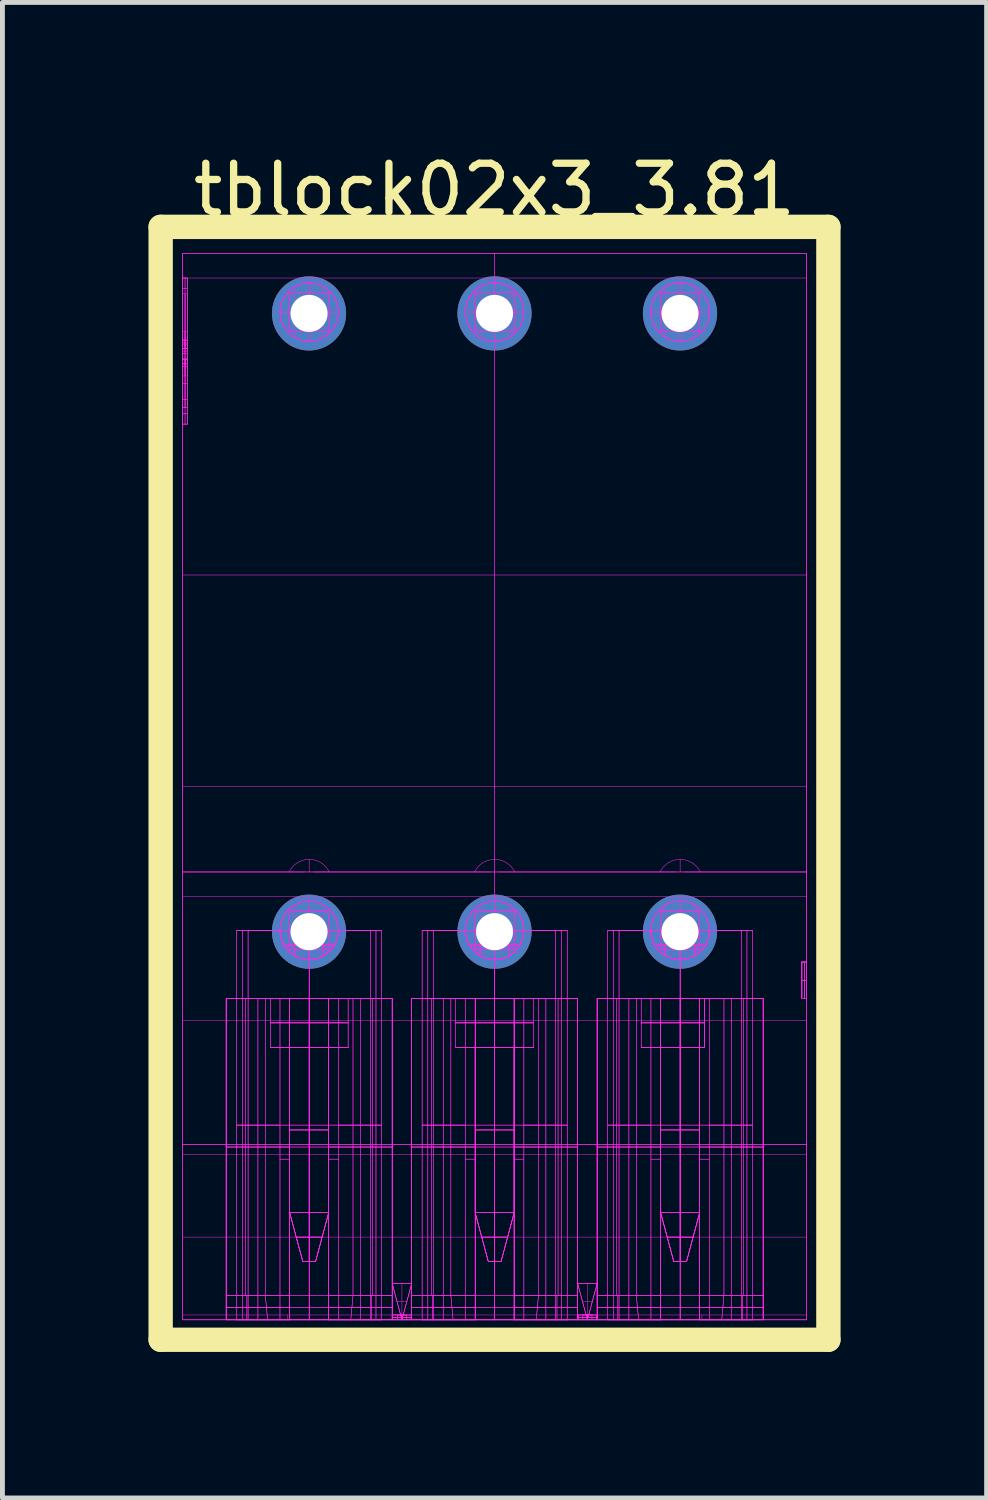
<source format=kicad_pcb>
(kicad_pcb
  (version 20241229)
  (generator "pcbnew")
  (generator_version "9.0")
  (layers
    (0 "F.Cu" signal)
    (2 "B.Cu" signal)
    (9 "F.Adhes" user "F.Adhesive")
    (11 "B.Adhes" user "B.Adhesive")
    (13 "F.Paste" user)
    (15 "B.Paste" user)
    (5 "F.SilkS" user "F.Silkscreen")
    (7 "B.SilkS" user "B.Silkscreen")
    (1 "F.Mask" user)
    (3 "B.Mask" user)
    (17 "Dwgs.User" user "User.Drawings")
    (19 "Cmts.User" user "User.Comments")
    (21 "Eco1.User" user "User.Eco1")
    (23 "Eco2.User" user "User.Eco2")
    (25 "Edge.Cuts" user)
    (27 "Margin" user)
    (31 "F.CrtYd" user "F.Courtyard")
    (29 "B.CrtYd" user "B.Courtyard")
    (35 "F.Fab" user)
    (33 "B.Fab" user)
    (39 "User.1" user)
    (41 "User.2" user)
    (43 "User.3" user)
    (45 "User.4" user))
  (footprint "tblock02x3_3.81"
    (layer "F.Cu")
    (at 7.108 16.088)
    (property "Reference" "tblock02x3_3.81" (at -0.002 -15.24 180) (layer "F.SilkS") (effects (font (size 1 1) (thickness 0.15))))
    (attr through_hole)
    (fp_line (start -6.858 -14.478) (end 6.858 -14.478) (stroke (width 0.5) (type solid)) (layer "F.SilkS"))
    (fp_line (start -6.858 8.382) (end -6.858 -14.478) (stroke (width 0.5) (type solid)) (layer "F.SilkS"))
    (fp_line (start 6.858 -14.478) (end 6.858 8.382) (stroke (width 0.5) (type solid)) (layer "F.SilkS"))
    (fp_line (start 6.858 8.382) (end -6.858 8.382) (stroke (width 0.5) (type solid)) (layer "F.SilkS"))
    (fp_line (start -6.407 -13.927) (end -6.407 7.973) (stroke (width 0.01) (type solid)) (layer "F.CrtYd"))
    (fp_line (start -6.407 -13.927) (end -6.407 7.973) (stroke (width 0.01) (type solid)) (layer "F.CrtYd"))
    (fp_line (start -6.407 -13.927) (end 6.413 -13.927) (stroke (width 0.01) (type solid)) (layer "F.CrtYd"))
    (fp_line (start -6.407 -13.927) (end 6.413 -13.927) (stroke (width 0.01) (type solid)) (layer "F.CrtYd"))
    (fp_line (start -6.407 -13.427) (end -6.407 -13.927) (stroke (width 0.01) (type solid)) (layer "F.CrtYd"))
    (fp_line (start -6.407 -13.427) (end -6.407 -13.217) (stroke (width 0.01) (type solid)) (layer "F.CrtYd"))
    (fp_line (start -6.407 -13.427) (end -6.407 -1.227) (stroke (width 0.01) (type solid)) (layer "F.CrtYd"))
    (fp_line (start -6.407 -13.427) (end -6.307 -13.427) (stroke (width 0.01) (type solid)) (layer "F.CrtYd"))
    (fp_line (start -6.407 -13.427) (end -6.307 -13.427) (stroke (width 0.01) (type solid)) (layer "F.CrtYd"))
    (fp_line (start -6.407 -13.217) (end -6.407 -13.427) (stroke (width 0.01) (type solid)) (layer "F.CrtYd"))
    (fp_line (start -6.407 -13.217) (end -6.407 -10.638) (stroke (width 0.01) (type solid)) (layer "F.CrtYd"))
    (fp_line (start -6.407 -13.217) (end -6.307 -13.217) (stroke (width 0.01) (type solid)) (layer "F.CrtYd"))
    (fp_line (start -6.407 -13.217) (end -6.307 -13.217) (stroke (width 0.01) (type solid)) (layer "F.CrtYd"))
    (fp_line (start -6.407 -13.104) (end -6.407 -12.329) (stroke (width 0.01) (type solid)) (layer "F.CrtYd"))
    (fp_line (start -6.407 -13.104) (end -6.407 -12.153) (stroke (width 0.01) (type solid)) (layer "F.CrtYd"))
    (fp_line (start -6.407 -12.329) (end -6.307 -12.329) (stroke (width 0.01) (type solid)) (layer "F.CrtYd"))
    (fp_line (start -6.407 -12.153) (end -6.407 -13.104) (stroke (width 0.01) (type solid)) (layer "F.CrtYd"))
    (fp_line (start -6.407 -12.153) (end -6.407 -12.141) (stroke (width 0.01) (type solid)) (layer "F.CrtYd"))
    (fp_line (start -6.407 -12.153) (end -6.307 -12.153) (stroke (width 0.01) (type solid)) (layer "F.CrtYd"))
    (fp_line (start -6.407 -12.147) (end -6.307 -12.147) (stroke (width 0.01) (type solid)) (layer "F.CrtYd"))
    (fp_line (start -6.407 -12.147) (end -6.307 -12.147) (stroke (width 0.01) (type solid)) (layer "F.CrtYd"))
    (fp_line (start -6.407 -12.141) (end -6.407 -12.153) (stroke (width 0.01) (type solid)) (layer "F.CrtYd"))
    (fp_line (start -6.407 -12.141) (end -6.407 -11.982) (stroke (width 0.01) (type solid)) (layer "F.CrtYd"))
    (fp_line (start -6.407 -12.141) (end -6.307 -12.141) (stroke (width 0.01) (type solid)) (layer "F.CrtYd"))
    (fp_line (start -6.407 -12.101) (end -6.407 -11.644) (stroke (width 0.01) (type solid)) (layer "F.CrtYd"))
    (fp_line (start -6.407 -12.101) (end -6.407 -11.644) (stroke (width 0.01) (type solid)) (layer "F.CrtYd"))
    (fp_line (start -6.407 -12.072) (end -6.407 -12.329) (stroke (width 0.01) (type solid)) (layer "F.CrtYd"))
    (fp_line (start -6.407 -12.072) (end -6.407 -12.329) (stroke (width 0.01) (type solid)) (layer "F.CrtYd"))
    (fp_line (start -6.407 -12.072) (end -6.407 -11.982) (stroke (width 0.01) (type solid)) (layer "F.CrtYd"))
    (fp_line (start -6.407 -12.072) (end -6.307 -12.072) (stroke (width 0.01) (type solid)) (layer "F.CrtYd"))
    (fp_line (start -6.407 -11.982) (end -6.407 -12.141) (stroke (width 0.01) (type solid)) (layer "F.CrtYd"))
    (fp_line (start -6.407 -11.982) (end -6.407 -12.072) (stroke (width 0.01) (type solid)) (layer "F.CrtYd"))
    (fp_line (start -6.407 -11.982) (end -6.307 -11.982) (stroke (width 0.01) (type solid)) (layer "F.CrtYd"))
    (fp_line (start -6.407 -11.982) (end -6.307 -11.982) (stroke (width 0.01) (type solid)) (layer "F.CrtYd"))
    (fp_line (start -6.407 -11.982) (end -6.307 -11.982) (stroke (width 0.01) (type solid)) (layer "F.CrtYd"))
    (fp_line (start -6.407 -11.982) (end -6.307 -11.982) (stroke (width 0.01) (type solid)) (layer "F.CrtYd"))
    (fp_line (start -6.407 -11.927) (end -6.307 -11.927) (stroke (width 0.01) (type solid)) (layer "F.CrtYd"))
    (fp_line (start -6.407 -11.927) (end -6.307 -11.927) (stroke (width 0.01) (type solid)) (layer "F.CrtYd"))
    (fp_line (start -6.407 -11.762) (end -6.407 -11.673) (stroke (width 0.01) (type solid)) (layer "F.CrtYd"))
    (fp_line (start -6.407 -11.762) (end -6.407 -11.604) (stroke (width 0.01) (type solid)) (layer "F.CrtYd"))
    (fp_line (start -6.407 -11.762) (end -6.307 -11.762) (stroke (width 0.01) (type solid)) (layer "F.CrtYd"))
    (fp_line (start -6.407 -11.762) (end -6.307 -11.762) (stroke (width 0.01) (type solid)) (layer "F.CrtYd"))
    (fp_line (start -6.407 -11.762) (end -6.307 -11.762) (stroke (width 0.01) (type solid)) (layer "F.CrtYd"))
    (fp_line (start -6.407 -11.762) (end -6.307 -11.762) (stroke (width 0.01) (type solid)) (layer "F.CrtYd"))
    (fp_line (start -6.407 -11.673) (end -6.407 -11.762) (stroke (width 0.01) (type solid)) (layer "F.CrtYd"))
    (fp_line (start -6.407 -11.673) (end -6.407 -11.415) (stroke (width 0.01) (type solid)) (layer "F.CrtYd"))
    (fp_line (start -6.407 -11.673) (end -6.407 -11.415) (stroke (width 0.01) (type solid)) (layer "F.CrtYd"))
    (fp_line (start -6.407 -11.673) (end -6.307 -11.673) (stroke (width 0.01) (type solid)) (layer "F.CrtYd"))
    (fp_line (start -6.407 -11.644) (end -6.407 -12.101) (stroke (width 0.01) (type solid)) (layer "F.CrtYd"))
    (fp_line (start -6.407 -11.644) (end -6.307 -11.644) (stroke (width 0.01) (type solid)) (layer "F.CrtYd"))
    (fp_line (start -6.407 -11.604) (end -6.407 -11.762) (stroke (width 0.01) (type solid)) (layer "F.CrtYd"))
    (fp_line (start -6.407 -11.604) (end -6.407 -10.927) (stroke (width 0.01) (type solid)) (layer "F.CrtYd"))
    (fp_line (start -6.407 -11.604) (end -6.307 -11.604) (stroke (width 0.01) (type solid)) (layer "F.CrtYd"))
    (fp_line (start -6.407 -11.474) (end -6.407 -10.769) (stroke (width 0.01) (type solid)) (layer "F.CrtYd"))
    (fp_line (start -6.407 -11.415) (end -6.307 -11.415) (stroke (width 0.01) (type solid)) (layer "F.CrtYd"))
    (fp_line (start -6.407 -11.265) (end -6.307 -11.265) (stroke (width 0.01) (type solid)) (layer "F.CrtYd"))
    (fp_line (start -6.407 -11.265) (end -6.307 -11.265) (stroke (width 0.01) (type solid)) (layer "F.CrtYd"))
    (fp_line (start -6.407 -10.927) (end -6.407 -11.604) (stroke (width 0.01) (type solid)) (layer "F.CrtYd"))
    (fp_line (start -6.407 -10.927) (end -6.407 -10.769) (stroke (width 0.01) (type solid)) (layer "F.CrtYd"))
    (fp_line (start -6.407 -10.927) (end -6.307 -10.927) (stroke (width 0.01) (type solid)) (layer "F.CrtYd"))
    (fp_line (start -6.407 -10.769) (end -6.407 -10.927) (stroke (width 0.01) (type solid)) (layer "F.CrtYd"))
    (fp_line (start -6.407 -10.769) (end -6.307 -10.769) (stroke (width 0.01) (type solid)) (layer "F.CrtYd"))
    (fp_line (start -6.407 -10.769) (end -6.307 -10.769) (stroke (width 0.01) (type solid)) (layer "F.CrtYd"))
    (fp_line (start -6.407 -10.638) (end -6.407 -13.217) (stroke (width 0.01) (type solid)) (layer "F.CrtYd"))
    (fp_line (start -6.407 -10.638) (end -6.407 -10.427) (stroke (width 0.01) (type solid)) (layer "F.CrtYd"))
    (fp_line (start -6.407 -10.638) (end -6.307 -10.638) (stroke (width 0.01) (type solid)) (layer "F.CrtYd"))
    (fp_line (start -6.407 -10.638) (end -6.307 -10.638) (stroke (width 0.01) (type solid)) (layer "F.CrtYd"))
    (fp_line (start -6.407 -10.427) (end -6.407 -10.638) (stroke (width 0.01) (type solid)) (layer "F.CrtYd"))
    (fp_line (start -6.407 -10.427) (end -6.307 -10.427) (stroke (width 0.01) (type solid)) (layer "F.CrtYd"))
    (fp_line (start -6.407 -10.427) (end -6.307 -10.427) (stroke (width 0.01) (type solid)) (layer "F.CrtYd"))
    (fp_line (start -6.407 -10.427) (end -6.307 -10.427) (stroke (width 0.01) (type solid)) (layer "F.CrtYd"))
    (fp_line (start -6.407 -7.327) (end 6.413 -7.327) (stroke (width 0.01) (type solid)) (layer "F.CrtYd"))
    (fp_line (start -6.407 -1.227) (end -4.219 -1.227) (stroke (width 0.01) (type solid)) (layer "F.CrtYd"))
    (fp_line (start -6.407 -1.227) (end -3.894 -1.227) (stroke (width 0.01) (type solid)) (layer "F.CrtYd"))
    (fp_line (start -6.407 -1.227) (end 6.413 -1.227) (stroke (width 0.01) (type solid)) (layer "F.CrtYd"))
    (fp_line (start -6.407 -0.727) (end -6.407 -1.227) (stroke (width 0.01) (type solid)) (layer "F.CrtYd"))
    (fp_line (start -6.407 4.373) (end -6.407 -0.727) (stroke (width 0.01) (type solid)) (layer "F.CrtYd"))
    (fp_line (start -6.407 4.373) (end 6.413 4.373) (stroke (width 0.01) (type solid)) (layer "F.CrtYd"))
    (fp_line (start -6.407 4.573) (end -6.407 4.373) (stroke (width 0.01) (type solid)) (layer "F.CrtYd"))
    (fp_line (start -6.407 6.273) (end 6.413 6.273) (stroke (width 0.01) (type solid)) (layer "F.CrtYd"))
    (fp_line (start -6.407 7.873) (end -6.407 4.573) (stroke (width 0.01) (type solid)) (layer "F.CrtYd"))
    (fp_line (start -6.407 7.873) (end -2.102 7.873) (stroke (width 0.01) (type solid)) (layer "F.CrtYd"))
    (fp_line (start -6.407 7.973) (end -6.407 7.873) (stroke (width 0.01) (type solid)) (layer "F.CrtYd"))
    (fp_line (start -6.357 -13.427) (end -6.357 -13.217) (stroke (width 0.01) (type solid)) (layer "F.CrtYd"))
    (fp_line (start -6.357 -13.217) (end -6.357 -13.427) (stroke (width 0.01) (type solid)) (layer "F.CrtYd"))
    (fp_line (start -6.357 -13.217) (end -6.357 -10.638) (stroke (width 0.01) (type solid)) (layer "F.CrtYd"))
    (fp_line (start -6.357 -13.104) (end -6.357 -12.153) (stroke (width 0.01) (type solid)) (layer "F.CrtYd"))
    (fp_line (start -6.357 -12.329) (end -6.357 -12.072) (stroke (width 0.01) (type solid)) (layer "F.CrtYd"))
    (fp_line (start -6.357 -12.153) (end -6.357 -13.104) (stroke (width 0.01) (type solid)) (layer "F.CrtYd"))
    (fp_line (start -6.357 -12.153) (end -6.357 -12.141) (stroke (width 0.01) (type solid)) (layer "F.CrtYd"))
    (fp_line (start -6.357 -12.141) (end -6.357 -12.153) (stroke (width 0.01) (type solid)) (layer "F.CrtYd"))
    (fp_line (start -6.357 -12.141) (end -6.357 -11.982) (stroke (width 0.01) (type solid)) (layer "F.CrtYd"))
    (fp_line (start -6.357 -12.101) (end -6.357 -11.644) (stroke (width 0.01) (type solid)) (layer "F.CrtYd"))
    (fp_line (start -6.357 -12.072) (end -6.357 -12.329) (stroke (width 0.01) (type solid)) (layer "F.CrtYd"))
    (fp_line (start -6.357 -12.072) (end -6.357 -11.982) (stroke (width 0.01) (type solid)) (layer "F.CrtYd"))
    (fp_line (start -6.357 -11.982) (end -6.357 -12.141) (stroke (width 0.01) (type solid)) (layer "F.CrtYd"))
    (fp_line (start -6.357 -11.982) (end -6.357 -12.072) (stroke (width 0.01) (type solid)) (layer "F.CrtYd"))
    (fp_line (start -6.357 -11.762) (end -6.357 -11.673) (stroke (width 0.01) (type solid)) (layer "F.CrtYd"))
    (fp_line (start -6.357 -11.762) (end -6.357 -11.604) (stroke (width 0.01) (type solid)) (layer "F.CrtYd"))
    (fp_line (start -6.357 -11.673) (end -6.357 -11.762) (stroke (width 0.01) (type solid)) (layer "F.CrtYd"))
    (fp_line (start -6.357 -11.673) (end -6.357 -11.415) (stroke (width 0.01) (type solid)) (layer "F.CrtYd"))
    (fp_line (start -6.357 -11.644) (end -6.357 -12.101) (stroke (width 0.01) (type solid)) (layer "F.CrtYd"))
    (fp_line (start -6.357 -11.604) (end -6.357 -11.762) (stroke (width 0.01) (type solid)) (layer "F.CrtYd"))
    (fp_line (start -6.357 -11.604) (end -6.357 -10.927) (stroke (width 0.01) (type solid)) (layer "F.CrtYd"))
    (fp_line (start -6.357 -11.415) (end -6.357 -11.673) (stroke (width 0.01) (type solid)) (layer "F.CrtYd"))
    (fp_line (start -6.357 -10.927) (end -6.357 -11.604) (stroke (width 0.01) (type solid)) (layer "F.CrtYd"))
    (fp_line (start -6.357 -10.927) (end -6.357 -10.769) (stroke (width 0.01) (type solid)) (layer "F.CrtYd"))
    (fp_line (start -6.357 -10.769) (end -6.357 -10.927) (stroke (width 0.01) (type solid)) (layer "F.CrtYd"))
    (fp_line (start -6.357 -10.638) (end -6.357 -13.217) (stroke (width 0.01) (type solid)) (layer "F.CrtYd"))
    (fp_line (start -6.357 -10.638) (end -6.357 -10.427) (stroke (width 0.01) (type solid)) (layer "F.CrtYd"))
    (fp_line (start -6.357 -10.427) (end -6.357 -10.638) (stroke (width 0.01) (type solid)) (layer "F.CrtYd"))
    (fp_line (start -6.307 -13.427) (end -6.407 -13.427) (stroke (width 0.01) (type solid)) (layer "F.CrtYd"))
    (fp_line (start -6.307 -13.427) (end -6.307 -13.217) (stroke (width 0.01) (type solid)) (layer "F.CrtYd"))
    (fp_line (start -6.307 -13.217) (end -6.307 -13.427) (stroke (width 0.01) (type solid)) (layer "F.CrtYd"))
    (fp_line (start -6.307 -13.217) (end -6.307 -10.638) (stroke (width 0.01) (type solid)) (layer "F.CrtYd"))
    (fp_line (start -6.307 -13.104) (end -6.407 -13.104) (stroke (width 0.01) (type solid)) (layer "F.CrtYd"))
    (fp_line (start -6.307 -13.104) (end -6.307 -12.153) (stroke (width 0.01) (type solid)) (layer "F.CrtYd"))
    (fp_line (start -6.307 -13.078) (end -6.307 -13.427) (stroke (width 0.01) (type solid)) (layer "F.CrtYd"))
    (fp_line (start -6.307 -12.329) (end -6.307 -12.072) (stroke (width 0.01) (type solid)) (layer "F.CrtYd"))
    (fp_line (start -6.307 -12.153) (end -6.407 -12.153) (stroke (width 0.01) (type solid)) (layer "F.CrtYd"))
    (fp_line (start -6.307 -12.153) (end -6.307 -13.104) (stroke (width 0.01) (type solid)) (layer "F.CrtYd"))
    (fp_line (start -6.307 -12.153) (end -6.307 -12.141) (stroke (width 0.01) (type solid)) (layer "F.CrtYd"))
    (fp_line (start -6.307 -12.141) (end -6.407 -12.141) (stroke (width 0.01) (type solid)) (layer "F.CrtYd"))
    (fp_line (start -6.307 -12.141) (end -6.307 -12.153) (stroke (width 0.01) (type solid)) (layer "F.CrtYd"))
    (fp_line (start -6.307 -12.141) (end -6.307 -11.982) (stroke (width 0.01) (type solid)) (layer "F.CrtYd"))
    (fp_line (start -6.307 -12.101) (end -6.407 -12.101) (stroke (width 0.01) (type solid)) (layer "F.CrtYd"))
    (fp_line (start -6.307 -12.101) (end -6.307 -11.644) (stroke (width 0.01) (type solid)) (layer "F.CrtYd"))
    (fp_line (start -6.307 -12.072) (end -6.407 -12.072) (stroke (width 0.01) (type solid)) (layer "F.CrtYd"))
    (fp_line (start -6.307 -12.072) (end -6.307 -12.329) (stroke (width 0.01) (type solid)) (layer "F.CrtYd"))
    (fp_line (start -6.307 -12.072) (end -6.307 -11.982) (stroke (width 0.01) (type solid)) (layer "F.CrtYd"))
    (fp_line (start -6.307 -11.982) (end -6.407 -11.982) (stroke (width 0.01) (type solid)) (layer "F.CrtYd"))
    (fp_line (start -6.307 -11.982) (end -6.407 -11.982) (stroke (width 0.01) (type solid)) (layer "F.CrtYd"))
    (fp_line (start -6.307 -11.982) (end -6.307 -12.141) (stroke (width 0.01) (type solid)) (layer "F.CrtYd"))
    (fp_line (start -6.307 -11.982) (end -6.307 -12.072) (stroke (width 0.01) (type solid)) (layer "F.CrtYd"))
    (fp_line (start -6.307 -11.918) (end -6.307 -12.27) (stroke (width 0.01) (type solid)) (layer "F.CrtYd"))
    (fp_line (start -6.307 -11.872) (end -6.407 -11.872) (stroke (width 0.01) (type solid)) (layer "F.CrtYd"))
    (fp_line (start -6.307 -11.872) (end -6.407 -11.872) (stroke (width 0.01) (type solid)) (layer "F.CrtYd"))
    (fp_line (start -6.307 -11.762) (end -6.407 -11.762) (stroke (width 0.01) (type solid)) (layer "F.CrtYd"))
    (fp_line (start -6.307 -11.762) (end -6.407 -11.762) (stroke (width 0.01) (type solid)) (layer "F.CrtYd"))
    (fp_line (start -6.307 -11.762) (end -6.307 -11.673) (stroke (width 0.01) (type solid)) (layer "F.CrtYd"))
    (fp_line (start -6.307 -11.762) (end -6.307 -11.604) (stroke (width 0.01) (type solid)) (layer "F.CrtYd"))
    (fp_line (start -6.307 -11.673) (end -6.407 -11.673) (stroke (width 0.01) (type solid)) (layer "F.CrtYd"))
    (fp_line (start -6.307 -11.673) (end -6.307 -11.762) (stroke (width 0.01) (type solid)) (layer "F.CrtYd"))
    (fp_line (start -6.307 -11.673) (end -6.307 -11.415) (stroke (width 0.01) (type solid)) (layer "F.CrtYd"))
    (fp_line (start -6.307 -11.644) (end -6.307 -12.101) (stroke (width 0.01) (type solid)) (layer "F.CrtYd"))
    (fp_line (start -6.307 -11.604) (end -6.407 -11.604) (stroke (width 0.01) (type solid)) (layer "F.CrtYd"))
    (fp_line (start -6.307 -11.604) (end -6.307 -11.762) (stroke (width 0.01) (type solid)) (layer "F.CrtYd"))
    (fp_line (start -6.307 -11.604) (end -6.307 -10.927) (stroke (width 0.01) (type solid)) (layer "F.CrtYd"))
    (fp_line (start -6.307 -11.474) (end -6.307 -11.827) (stroke (width 0.01) (type solid)) (layer "F.CrtYd"))
    (fp_line (start -6.307 -11.415) (end -6.307 -11.673) (stroke (width 0.01) (type solid)) (layer "F.CrtYd"))
    (fp_line (start -6.307 -10.927) (end -6.407 -10.927) (stroke (width 0.01) (type solid)) (layer "F.CrtYd"))
    (fp_line (start -6.307 -10.927) (end -6.307 -11.604) (stroke (width 0.01) (type solid)) (layer "F.CrtYd"))
    (fp_line (start -6.307 -10.927) (end -6.307 -10.769) (stroke (width 0.01) (type solid)) (layer "F.CrtYd"))
    (fp_line (start -6.307 -10.769) (end -6.407 -10.769) (stroke (width 0.01) (type solid)) (layer "F.CrtYd"))
    (fp_line (start -6.307 -10.769) (end -6.307 -10.927) (stroke (width 0.01) (type solid)) (layer "F.CrtYd"))
    (fp_line (start -6.307 -10.638) (end -6.307 -13.217) (stroke (width 0.01) (type solid)) (layer "F.CrtYd"))
    (fp_line (start -6.307 -10.638) (end -6.307 -10.427) (stroke (width 0.01) (type solid)) (layer "F.CrtYd"))
    (fp_line (start -6.307 -10.427) (end -6.307 -10.769) (stroke (width 0.01) (type solid)) (layer "F.CrtYd"))
    (fp_line (start -6.307 -10.427) (end -6.307 -10.638) (stroke (width 0.01) (type solid)) (layer "F.CrtYd"))
    (fp_line (start -5.512 1.373) (end -5.512 7.473) (stroke (width 0.01) (type solid)) (layer "F.CrtYd"))
    (fp_line (start -5.512 1.373) (end -5.512 7.473) (stroke (width 0.01) (type solid)) (layer "F.CrtYd"))
    (fp_line (start -5.512 1.373) (end -5.512 7.973) (stroke (width 0.01) (type solid)) (layer "F.CrtYd"))
    (fp_line (start -5.512 1.373) (end -5.512 7.973) (stroke (width 0.01) (type solid)) (layer "F.CrtYd"))
    (fp_line (start -5.512 1.373) (end -4.707 1.373) (stroke (width 0.01) (type solid)) (layer "F.CrtYd"))
    (fp_line (start -5.512 1.373) (end -4.707 1.373) (stroke (width 0.01) (type solid)) (layer "F.CrtYd"))
    (fp_line (start -5.512 7.473) (end -5.512 1.373) (stroke (width 0.01) (type solid)) (layer "F.CrtYd"))
    (fp_line (start -5.512 7.473) (end -5.512 1.373) (stroke (width 0.01) (type solid)) (layer "F.CrtYd"))
    (fp_line (start -5.512 7.473) (end -5.512 7.973) (stroke (width 0.01) (type solid)) (layer "F.CrtYd"))
    (fp_line (start -5.512 7.473) (end -5.512 7.973) (stroke (width 0.01) (type solid)) (layer "F.CrtYd"))
    (fp_line (start -5.512 7.473) (end -4.707 7.473) (stroke (width 0.01) (type solid)) (layer "F.CrtYd"))
    (fp_line (start -5.512 7.473) (end -4.707 7.473) (stroke (width 0.01) (type solid)) (layer "F.CrtYd"))
    (fp_line (start -5.512 7.473) (end -4.207 7.473) (stroke (width 0.01) (type solid)) (layer "F.CrtYd"))
    (fp_line (start -5.512 7.973) (end -5.512 7.473) (stroke (width 0.01) (type solid)) (layer "F.CrtYd"))
    (fp_line (start -5.512 7.973) (end -5.512 7.473) (stroke (width 0.01) (type solid)) (layer "F.CrtYd"))
    (fp_line (start -5.512 7.973) (end -4.661 7.973) (stroke (width 0.01) (type solid)) (layer "F.CrtYd"))
    (fp_line (start -5.512 7.973) (end -4.661 7.973) (stroke (width 0.01) (type solid)) (layer "F.CrtYd"))
    (fp_line (start -5.297 -0.027) (end -5.062 -0.027) (stroke (width 0.01) (type solid)) (layer "F.CrtYd"))
    (fp_line (start -5.297 -0.027) (end -4.407 -0.027) (stroke (width 0.01) (type solid)) (layer "F.CrtYd"))
    (fp_line (start -5.297 3.973) (end -2.317 3.973) (stroke (width 0.01) (type solid)) (layer "F.CrtYd"))
    (fp_line (start -5.297 3.973) (end -2.317 3.973) (stroke (width 0.01) (type solid)) (layer "F.CrtYd"))
    (fp_line (start -5.297 7.973) (end -5.297 -0.027) (stroke (width 0.01) (type solid)) (layer "F.CrtYd"))
    (fp_line (start -5.297 7.973) (end -5.297 -0.027) (stroke (width 0.01) (type solid)) (layer "F.CrtYd"))
    (fp_line (start -5.297 7.973) (end -5.062 7.973) (stroke (width 0.01) (type solid)) (layer "F.CrtYd"))
    (fp_line (start -5.297 7.973) (end -5.062 7.973) (stroke (width 0.01) (type solid)) (layer "F.CrtYd"))
    (fp_line (start -5.18 -0.027) (end -5.18 7.973) (stroke (width 0.01) (type solid)) (layer "F.CrtYd"))
    (fp_line (start -5.18 -0.027) (end -5.18 7.973) (stroke (width 0.01) (type solid)) (layer "F.CrtYd"))
    (fp_line (start -5.18 -0.027) (end -4.407 -0.027) (stroke (width 0.01) (type solid)) (layer "F.CrtYd"))
    (fp_line (start -5.18 -0.027) (end -4.407 -0.027) (stroke (width 0.01) (type solid)) (layer "F.CrtYd"))
    (fp_line (start -5.11 7.473) (end -5.11 1.373) (stroke (width 0.01) (type solid)) (layer "F.CrtYd"))
    (fp_line (start -5.11 7.473) (end -5.11 1.373) (stroke (width 0.01) (type solid)) (layer "F.CrtYd"))
    (fp_line (start -5.087 7.973) (end -5.087 7.473) (stroke (width 0.01) (type solid)) (layer "F.CrtYd"))
    (fp_line (start -5.087 7.973) (end -5.087 7.473) (stroke (width 0.01) (type solid)) (layer "F.CrtYd"))
    (fp_line (start -5.062 -0.027) (end -5.297 -0.027) (stroke (width 0.01) (type solid)) (layer "F.CrtYd"))
    (fp_line (start -5.062 -0.027) (end -5.062 7.973) (stroke (width 0.01) (type solid)) (layer "F.CrtYd"))
    (fp_line (start -5.062 -0.027) (end -4.407 -0.027) (stroke (width 0.01) (type solid)) (layer "F.CrtYd"))
    (fp_line (start -5.062 3.973) (end -5.297 3.973) (stroke (width 0.01) (type solid)) (layer "F.CrtYd"))
    (fp_line (start -5.062 3.973) (end -5.297 3.973) (stroke (width 0.01) (type solid)) (layer "F.CrtYd"))
    (fp_line (start -5.062 7.973) (end -5.062 -0.027) (stroke (width 0.01) (type solid)) (layer "F.CrtYd"))
    (fp_line (start -5.062 7.973) (end -4.407 7.973) (stroke (width 0.01) (type solid)) (layer "F.CrtYd"))
    (fp_line (start -5.062 7.973) (end -4.407 7.973) (stroke (width 0.01) (type solid)) (layer "F.CrtYd"))
    (fp_line (start -4.86 1.373) (end -4.86 7.473) (stroke (width 0.01) (type solid)) (layer "F.CrtYd"))
    (fp_line (start -4.86 1.373) (end -4.86 7.473) (stroke (width 0.01) (type solid)) (layer "F.CrtYd"))
    (fp_line (start -4.86 7.473) (end -4.86 7.973) (stroke (width 0.01) (type solid)) (layer "F.CrtYd"))
    (fp_line (start -4.86 7.473) (end -4.86 7.973) (stroke (width 0.01) (type solid)) (layer "F.CrtYd"))
    (fp_line (start -4.707 1.373) (end -3.807 1.373) (stroke (width 0.01) (type solid)) (layer "F.CrtYd"))
    (fp_line (start -4.707 1.373) (end -3.807 1.373) (stroke (width 0.01) (type solid)) (layer "F.CrtYd"))
    (fp_line (start -4.707 4.423) (end -5.512 4.423) (stroke (width 0.01) (type solid)) (layer "F.CrtYd"))
    (fp_line (start -4.707 4.423) (end -5.512 4.423) (stroke (width 0.01) (type solid)) (layer "F.CrtYd"))
    (fp_line (start -4.707 7.473) (end -4.707 1.373) (stroke (width 0.01) (type solid)) (layer "F.CrtYd"))
    (fp_line (start -4.707 7.473) (end -4.707 1.373) (stroke (width 0.01) (type solid)) (layer "F.CrtYd"))
    (fp_line (start -4.684 7.723) (end -5.512 7.723) (stroke (width 0.01) (type solid)) (layer "F.CrtYd"))
    (fp_line (start -4.684 7.723) (end -5.512 7.723) (stroke (width 0.01) (type solid)) (layer "F.CrtYd"))
    (fp_line (start -4.661 7.973) (end -4.707 7.473) (stroke (width 0.01) (type solid)) (layer "F.CrtYd"))
    (fp_line (start -4.661 7.973) (end -4.707 7.473) (stroke (width 0.01) (type solid)) (layer "F.CrtYd"))
    (fp_line (start -4.661 7.973) (end -3.807 7.973) (stroke (width 0.01) (type solid)) (layer "F.CrtYd"))
    (fp_line (start -4.661 7.973) (end -3.807 7.973) (stroke (width 0.01) (type solid)) (layer "F.CrtYd"))
    (fp_line (start -4.607 1.373) (end -4.607 2.373) (stroke (width 0.01) (type solid)) (layer "F.CrtYd"))
    (fp_line (start -4.607 1.373) (end -4.607 2.373) (stroke (width 0.01) (type solid)) (layer "F.CrtYd"))
    (fp_line (start -4.607 1.373) (end -4.607 1.373) (stroke (width 0.01) (type solid)) (layer "F.CrtYd"))
    (fp_line (start -4.607 1.373) (end -4.607 1.373) (stroke (width 0.01) (type solid)) (layer "F.CrtYd"))
    (fp_line (start -4.607 1.873) (end -4.607 1.873) (stroke (width 0.01) (type solid)) (layer "F.CrtYd"))
    (fp_line (start -4.607 1.873) (end -4.607 1.873) (stroke (width 0.01) (type solid)) (layer "F.CrtYd"))
    (fp_line (start -4.607 2.373) (end -4.607 2.373) (stroke (width 0.01) (type solid)) (layer "F.CrtYd"))
    (fp_line (start -4.607 2.373) (end -4.607 2.373) (stroke (width 0.01) (type solid)) (layer "F.CrtYd"))
    (fp_line (start -4.607 1.373) (end -4.607 1.373) (stroke (width 0.01) (type solid)) (layer "F.CrtYd"))
    (fp_line (start -4.607 1.373) (end -4.607 1.373) (stroke (width 0.01) (type solid)) (layer "F.CrtYd"))
    (fp_line (start -4.607 1.373) (end -3.807 1.373) (stroke (width 0.01) (type solid)) (layer "F.CrtYd"))
    (fp_line (start -4.607 1.373) (end -3.807 1.373) (stroke (width 0.01) (type solid)) (layer "F.CrtYd"))
    (fp_line (start -4.607 1.873) (end -4.607 1.873) (stroke (width 0.01) (type solid)) (layer "F.CrtYd"))
    (fp_line (start -4.607 1.873) (end -4.607 1.873) (stroke (width 0.01) (type solid)) (layer "F.CrtYd"))
    (fp_line (start -4.607 1.873) (end -3.807 1.873) (stroke (width 0.01) (type solid)) (layer "F.CrtYd"))
    (fp_line (start -4.607 1.873) (end -3.807 1.873) (stroke (width 0.01) (type solid)) (layer "F.CrtYd"))
    (fp_line (start -4.607 2.373) (end -4.607 2.373) (stroke (width 0.01) (type solid)) (layer "F.CrtYd"))
    (fp_line (start -4.607 2.373) (end -4.607 2.373) (stroke (width 0.01) (type solid)) (layer "F.CrtYd"))
    (fp_line (start -4.607 2.373) (end -3.807 2.373) (stroke (width 0.01) (type solid)) (layer "F.CrtYd"))
    (fp_line (start -4.607 2.373) (end -3.807 2.373) (stroke (width 0.01) (type solid)) (layer "F.CrtYd"))
    (fp_line (start -4.585 1.373) (end -5.512 1.373) (stroke (width 0.01) (type solid)) (layer "F.CrtYd"))
    (fp_line (start -4.585 1.373) (end -5.512 1.373) (stroke (width 0.01) (type solid)) (layer "F.CrtYd"))
    (fp_line (start -4.407 -12.727) (end -4.207 -12.727) (stroke (width 0.01) (type solid)) (layer "F.CrtYd"))
    (fp_line (start -4.407 -12.727) (end -3.207 -12.727) (stroke (width 0.01) (type solid)) (layer "F.CrtYd"))
    (fp_line (start -4.407 -0.027) (end -5.297 -0.027) (stroke (width 0.01) (type solid)) (layer "F.CrtYd"))
    (fp_line (start -4.407 -0.027) (end -5.062 -0.027) (stroke (width 0.01) (type solid)) (layer "F.CrtYd"))
    (fp_line (start -4.407 -0.027) (end -4.207 -0.027) (stroke (width 0.01) (type solid)) (layer "F.CrtYd"))
    (fp_line (start -4.407 -0.027) (end -3.807 -0.027) (stroke (width 0.01) (type solid)) (layer "F.CrtYd"))
    (fp_line (start -4.407 -0.027) (end -3.807 -0.027) (stroke (width 0.01) (type solid)) (layer "F.CrtYd"))
    (fp_line (start -4.407 -0.027) (end -3.807 -0.027) (stroke (width 0.01) (type solid)) (layer "F.CrtYd"))
    (fp_line (start -4.407 -0.027) (end -3.807 -0.027) (stroke (width 0.01) (type solid)) (layer "F.CrtYd"))
    (fp_line (start -4.407 1.373) (end -4.207 1.373) (stroke (width 0.01) (type solid)) (layer "F.CrtYd"))
    (fp_line (start -4.407 1.373) (end -4.207 1.373) (stroke (width 0.01) (type solid)) (layer "F.CrtYd"))
    (fp_line (start -4.407 3.973) (end -5.062 3.973) (stroke (width 0.01) (type solid)) (layer "F.CrtYd"))
    (fp_line (start -4.407 3.973) (end -5.062 3.973) (stroke (width 0.01) (type solid)) (layer "F.CrtYd"))
    (fp_line (start -4.407 4.673) (end -4.207 4.673) (stroke (width 0.01) (type solid)) (layer "F.CrtYd"))
    (fp_line (start -4.407 4.673) (end -4.207 4.673) (stroke (width 0.01) (type solid)) (layer "F.CrtYd"))
    (fp_line (start -4.407 7.973) (end -4.407 1.373) (stroke (width 0.01) (type solid)) (layer "F.CrtYd"))
    (fp_line (start -4.407 7.973) (end -4.407 1.373) (stroke (width 0.01) (type solid)) (layer "F.CrtYd"))
    (fp_line (start -4.407 7.973) (end -4.207 7.973) (stroke (width 0.01) (type solid)) (layer "F.CrtYd"))
    (fp_line (start -4.327 0.273) (end -3.807 0.273) (stroke (width 0.01) (type solid)) (layer "F.CrtYd"))
    (fp_line (start -4.327 0.273) (end -3.807 0.273) (stroke (width 0.01) (type solid)) (layer "F.CrtYd"))
    (fp_line (start -4.255 7.973) (end -4.255 7.873) (stroke (width 0.01) (type solid)) (layer "F.CrtYd"))
    (fp_line (start -4.207 -13.127) (end -4.207 -12.327) (stroke (width 0.01) (type solid)) (layer "F.CrtYd"))
    (fp_line (start -4.207 -13.127) (end -4.207 -12.327) (stroke (width 0.01) (type solid)) (layer "F.CrtYd"))
    (fp_line (start -4.207 -13.127) (end -3.407 -13.127) (stroke (width 0.01) (type solid)) (layer "F.CrtYd"))
    (fp_line (start -4.207 -12.327) (end -4.207 -13.127) (stroke (width 0.01) (type solid)) (layer "F.CrtYd"))
    (fp_line (start -4.207 -12.327) (end -3.939 -12.595) (stroke (width 0.01) (type solid)) (layer "F.CrtYd"))
    (fp_line (start -4.207 -12.327) (end -3.807 -12.327) (stroke (width 0.01) (type solid)) (layer "F.CrtYd"))
    (fp_line (start -4.207 -0.427) (end -4.207 0.373) (stroke (width 0.01) (type solid)) (layer "F.CrtYd"))
    (fp_line (start -4.207 -0.427) (end -3.807 -0.427) (stroke (width 0.01) (type solid)) (layer "F.CrtYd"))
    (fp_line (start -4.207 -0.427) (end -3.407 -0.427) (stroke (width 0.01) (type solid)) (layer "F.CrtYd"))
    (fp_line (start -4.207 -0.427) (end -3.407 -0.427) (stroke (width 0.01) (type solid)) (layer "F.CrtYd"))
    (fp_line (start -4.207 0.373) (end -4.207 -0.427) (stroke (width 0.01) (type solid)) (layer "F.CrtYd"))
    (fp_line (start -4.207 0.373) (end -4.207 -0.427) (stroke (width 0.01) (type solid)) (layer "F.CrtYd"))
    (fp_line (start -4.207 0.373) (end -3.939 0.105) (stroke (width 0.01) (type solid)) (layer "F.CrtYd"))
    (fp_line (start -4.207 1.373) (end -5.512 1.373) (stroke (width 0.01) (type solid)) (layer "F.CrtYd"))
    (fp_line (start -4.207 1.373) (end -5.512 1.373) (stroke (width 0.01) (type solid)) (layer "F.CrtYd"))
    (fp_line (start -4.207 1.373) (end -4.207 7.473) (stroke (width 0.01) (type solid)) (layer "F.CrtYd"))
    (fp_line (start -4.207 1.373) (end -4.207 7.973) (stroke (width 0.01) (type solid)) (layer "F.CrtYd"))
    (fp_line (start -4.207 1.373) (end -4.207 7.973) (stroke (width 0.01) (type solid)) (layer "F.CrtYd"))
    (fp_line (start -4.207 1.373) (end -4.207 7.973) (stroke (width 0.01) (type solid)) (layer "F.CrtYd"))
    (fp_line (start -4.207 1.373) (end -4.207 7.973) (stroke (width 0.01) (type solid)) (layer "F.CrtYd"))
    (fp_line (start -4.207 2.373) (end -4.607 2.373) (stroke (width 0.01) (type solid)) (layer "F.CrtYd"))
    (fp_line (start -4.207 2.373) (end -4.607 2.373) (stroke (width 0.01) (type solid)) (layer "F.CrtYd"))
    (fp_line (start -4.207 2.373) (end -4.207 5.773) (stroke (width 0.01) (type solid)) (layer "F.CrtYd"))
    (fp_line (start -4.207 2.373) (end -4.207 5.773) (stroke (width 0.01) (type solid)) (layer "F.CrtYd"))
    (fp_line (start -4.207 2.373) (end -4.207 5.773) (stroke (width 0.01) (type solid)) (layer "F.CrtYd"))
    (fp_line (start -4.207 2.373) (end -3.407 2.373) (stroke (width 0.01) (type solid)) (layer "F.CrtYd"))
    (fp_line (start -4.207 4.073) (end -3.407 4.073) (stroke (width 0.01) (type solid)) (layer "F.CrtYd"))
    (fp_line (start -4.207 4.073) (end -3.407 4.073) (stroke (width 0.01) (type solid)) (layer "F.CrtYd"))
    (fp_line (start -4.207 4.423) (end -5.512 4.423) (stroke (width 0.01) (type solid)) (layer "F.CrtYd"))
    (fp_line (start -4.207 4.423) (end -5.512 4.423) (stroke (width 0.01) (type solid)) (layer "F.CrtYd"))
    (fp_line (start -4.207 5.773) (end -4.207 2.373) (stroke (width 0.01) (type solid)) (layer "F.CrtYd"))
    (fp_line (start -4.207 5.773) (end -4.207 2.373) (stroke (width 0.01) (type solid)) (layer "F.CrtYd"))
    (fp_line (start -4.207 5.773) (end -4.207 2.373) (stroke (width 0.01) (type solid)) (layer "F.CrtYd"))
    (fp_line (start -4.207 5.773) (end -3.939 6.773) (stroke (width 0.01) (type solid)) (layer "F.CrtYd"))
    (fp_line (start -4.207 5.773) (end -3.939 6.773) (stroke (width 0.01) (type solid)) (layer "F.CrtYd"))
    (fp_line (start -4.207 5.773) (end -3.939 6.773) (stroke (width 0.01) (type solid)) (layer "F.CrtYd"))
    (fp_line (start -4.207 5.773) (end -3.939 6.773) (stroke (width 0.01) (type solid)) (layer "F.CrtYd"))
    (fp_line (start -4.207 5.773) (end -3.407 5.773) (stroke (width 0.01) (type solid)) (layer "F.CrtYd"))
    (fp_line (start -4.207 5.773) (end -3.407 5.773) (stroke (width 0.01) (type solid)) (layer "F.CrtYd"))
    (fp_line (start -4.207 7.473) (end -5.512 7.473) (stroke (width 0.01) (type solid)) (layer "F.CrtYd"))
    (fp_line (start -4.207 7.473) (end -4.207 1.373) (stroke (width 0.01) (type solid)) (layer "F.CrtYd"))
    (fp_line (start -4.207 7.723) (end -5.512 7.723) (stroke (width 0.01) (type solid)) (layer "F.CrtYd"))
    (fp_line (start -4.207 7.723) (end -5.512 7.723) (stroke (width 0.01) (type solid)) (layer "F.CrtYd"))
    (fp_line (start -4.207 7.973) (end -5.512 7.973) (stroke (width 0.01) (type solid)) (layer "F.CrtYd"))
    (fp_line (start -4.207 7.973) (end -5.512 7.973) (stroke (width 0.01) (type solid)) (layer "F.CrtYd"))
    (fp_line (start -4.207 7.973) (end -4.407 7.973) (stroke (width 0.01) (type solid)) (layer "F.CrtYd"))
    (fp_line (start -4.207 7.973) (end -4.207 7.473) (stroke (width 0.01) (type solid)) (layer "F.CrtYd"))
    (fp_line (start -4.207 7.973) (end -4.207 7.473) (stroke (width 0.01) (type solid)) (layer "F.CrtYd"))
    (fp_line (start -4.107 -13.247) (end -4.107 -13.127) (stroke (width 0.01) (type solid)) (layer "F.CrtYd"))
    (fp_line (start -4.107 -12.327) (end -4.107 -12.208) (stroke (width 0.01) (type solid)) (layer "F.CrtYd"))
    (fp_line (start -4.107 -0.547) (end -4.107 -0.427) (stroke (width 0.01) (type solid)) (layer "F.CrtYd"))
    (fp_line (start -4.107 -0.027) (end -4.107 0.492) (stroke (width 0.01) (type solid)) (layer "F.CrtYd"))
    (fp_line (start -4.107 -0.027) (end -4.107 0.492) (stroke (width 0.01) (type solid)) (layer "F.CrtYd"))
    (fp_line (start -4.107 -0.027) (end -4.107 0.492) (stroke (width 0.01) (type solid)) (layer "F.CrtYd"))
    (fp_line (start -4.107 -0.027) (end -4.107 0.492) (stroke (width 0.01) (type solid)) (layer "F.CrtYd"))
    (fp_line (start -4.107 0.373) (end -4.107 0.492) (stroke (width 0.01) (type solid)) (layer "F.CrtYd"))
    (fp_line (start -4.073 -12.993) (end -4.073 -12.461) (stroke (width 0.01) (type solid)) (layer "F.CrtYd"))
    (fp_line (start -4.073 -12.461) (end -3.541 -12.461) (stroke (width 0.01) (type solid)) (layer "F.CrtYd"))
    (fp_line (start -4.073 -0.293) (end -3.541 -0.293) (stroke (width 0.01) (type solid)) (layer "F.CrtYd"))
    (fp_line (start -4.073 0.239) (end -4.073 -0.293) (stroke (width 0.01) (type solid)) (layer "F.CrtYd"))
    (fp_line (start -4.073 6.273) (end -3.541 6.273) (stroke (width 0.01) (type solid)) (layer "F.CrtYd"))
    (fp_line (start -4.073 6.273) (end -3.541 6.273) (stroke (width 0.01) (type solid)) (layer "F.CrtYd"))
    (fp_line (start -3.939 -12.859) (end -4.207 -13.127) (stroke (width 0.01) (type solid)) (layer "F.CrtYd"))
    (fp_line (start -3.939 -12.859) (end -3.675 -12.859) (stroke (width 0.01) (type solid)) (layer "F.CrtYd"))
    (fp_line (start -3.939 -12.727) (end -4.207 -12.727) (stroke (width 0.01) (type solid)) (layer "F.CrtYd"))
    (fp_line (start -3.939 -12.727) (end -3.675 -12.727) (stroke (width 0.01) (type solid)) (layer "F.CrtYd"))
    (fp_line (start -3.939 -12.595) (end -3.939 -12.859) (stroke (width 0.01) (type solid)) (layer "F.CrtYd"))
    (fp_line (start -3.939 -0.159) (end -4.207 -0.427) (stroke (width 0.01) (type solid)) (layer "F.CrtYd"))
    (fp_line (start -3.939 -0.159) (end -3.939 0.105) (stroke (width 0.01) (type solid)) (layer "F.CrtYd"))
    (fp_line (start -3.939 -0.027) (end -4.207 -0.027) (stroke (width 0.01) (type solid)) (layer "F.CrtYd"))
    (fp_line (start -3.939 -0.027) (end -3.675 -0.027) (stroke (width 0.01) (type solid)) (layer "F.CrtYd"))
    (fp_line (start -3.939 0.105) (end -3.675 0.105) (stroke (width 0.01) (type solid)) (layer "F.CrtYd"))
    (fp_line (start -3.939 6.773) (end -4.207 5.773) (stroke (width 0.01) (type solid)) (layer "F.CrtYd"))
    (fp_line (start -3.939 6.773) (end -4.207 5.773) (stroke (width 0.01) (type solid)) (layer "F.CrtYd"))
    (fp_line (start -3.939 6.773) (end -3.675 6.773) (stroke (width 0.01) (type solid)) (layer "F.CrtYd"))
    (fp_line (start -3.939 6.773) (end -3.675 6.773) (stroke (width 0.01) (type solid)) (layer "F.CrtYd"))
    (fp_line (start -3.939 6.773) (end -3.675 6.773) (stroke (width 0.01) (type solid)) (layer "F.CrtYd"))
    (fp_line (start -3.939 6.773) (end -3.675 6.773) (stroke (width 0.01) (type solid)) (layer "F.CrtYd"))
    (fp_line (start -3.807 -13.327) (end -3.807 -13.127) (stroke (width 0.01) (type solid)) (layer "F.CrtYd"))
    (fp_line (start -3.807 -13.327) (end -3.807 -12.127) (stroke (width 0.01) (type solid)) (layer "F.CrtYd"))
    (fp_line (start -3.807 -13.127) (end -4.207 -13.127) (stroke (width 0.01) (type solid)) (layer "F.CrtYd"))
    (fp_line (start -3.807 -12.859) (end -3.807 -13.127) (stroke (width 0.01) (type solid)) (layer "F.CrtYd"))
    (fp_line (start -3.807 -12.859) (end -3.807 -12.595) (stroke (width 0.01) (type solid)) (layer "F.CrtYd"))
    (fp_line (start -3.807 -12.595) (end -3.807 -12.327) (stroke (width 0.01) (type solid)) (layer "F.CrtYd"))
    (fp_line (start -3.807 -12.327) (end -3.807 -12.127) (stroke (width 0.01) (type solid)) (layer "F.CrtYd"))
    (fp_line (start -3.807 -1.486) (end -3.807 -1.227) (stroke (width 0.01) (type solid)) (layer "F.CrtYd"))
    (fp_line (start -3.807 -1.227) (end -4.219 -1.227) (stroke (width 0.01) (type solid)) (layer "F.CrtYd"))
    (fp_line (start -3.807 -0.627) (end -3.807 -0.427) (stroke (width 0.01) (type solid)) (layer "F.CrtYd"))
    (fp_line (start -3.807 -0.627) (end -3.807 0.573) (stroke (width 0.01) (type solid)) (layer "F.CrtYd"))
    (fp_line (start -3.807 -0.427) (end -3.407 -0.427) (stroke (width 0.01) (type solid)) (layer "F.CrtYd"))
    (fp_line (start -3.807 -0.159) (end -3.807 -0.427) (stroke (width 0.01) (type solid)) (layer "F.CrtYd"))
    (fp_line (start -3.807 -0.159) (end -3.807 0.105) (stroke (width 0.01) (type solid)) (layer "F.CrtYd"))
    (fp_line (start -3.807 -0.027) (end -4.407 -0.027) (stroke (width 0.01) (type solid)) (layer "F.CrtYd"))
    (fp_line (start -3.807 -0.027) (end -4.407 -0.027) (stroke (width 0.01) (type solid)) (layer "F.CrtYd"))
    (fp_line (start -3.807 -0.027) (end -3.807 0.573) (stroke (width 0.01) (type solid)) (layer "F.CrtYd"))
    (fp_line (start -3.807 -0.027) (end -3.807 0.573) (stroke (width 0.01) (type solid)) (layer "F.CrtYd"))
    (fp_line (start -3.807 -0.027) (end -3.207 -0.027) (stroke (width 0.01) (type solid)) (layer "F.CrtYd"))
    (fp_line (start -3.807 -0.027) (end -3.207 -0.027) (stroke (width 0.01) (type solid)) (layer "F.CrtYd"))
    (fp_line (start -3.807 -0.027) (end -3.207 -0.027) (stroke (width 0.01) (type solid)) (layer "F.CrtYd"))
    (fp_line (start -3.807 -0.027) (end -3.207 -0.027) (stroke (width 0.01) (type solid)) (layer "F.CrtYd"))
    (fp_line (start -3.807 0.105) (end -3.807 0.373) (stroke (width 0.01) (type solid)) (layer "F.CrtYd"))
    (fp_line (start -3.807 0.273) (end -4.327 0.273) (stroke (width 0.01) (type solid)) (layer "F.CrtYd"))
    (fp_line (start -3.807 0.273) (end -4.327 0.273) (stroke (width 0.01) (type solid)) (layer "F.CrtYd"))
    (fp_line (start -3.807 0.273) (end -3.287 0.273) (stroke (width 0.01) (type solid)) (layer "F.CrtYd"))
    (fp_line (start -3.807 0.273) (end -3.287 0.273) (stroke (width 0.01) (type solid)) (layer "F.CrtYd"))
    (fp_line (start -3.807 0.373) (end -4.207 0.373) (stroke (width 0.01) (type solid)) (layer "F.CrtYd"))
    (fp_line (start -3.807 0.373) (end -3.807 0.573) (stroke (width 0.01) (type solid)) (layer "F.CrtYd"))
    (fp_line (start -3.807 0.573) (end -3.807 -0.027) (stroke (width 0.01) (type solid)) (layer "F.CrtYd"))
    (fp_line (start -3.807 0.573) (end -3.807 -0.027) (stroke (width 0.01) (type solid)) (layer "F.CrtYd"))
    (fp_line (start -3.807 0.573) (end -3.807 1.373) (stroke (width 0.01) (type solid)) (layer "F.CrtYd"))
    (fp_line (start -3.807 0.573) (end -3.807 1.373) (stroke (width 0.01) (type solid)) (layer "F.CrtYd"))
    (fp_line (start -3.807 0.573) (end -3.807 7.973) (stroke (width 0.01) (type solid)) (layer "F.CrtYd"))
    (fp_line (start -3.807 0.573) (end -3.807 7.973) (stroke (width 0.01) (type solid)) (layer "F.CrtYd"))
    (fp_line (start -3.807 1.373) (end -4.607 1.373) (stroke (width 0.01) (type solid)) (layer "F.CrtYd"))
    (fp_line (start -3.807 1.373) (end -4.607 1.373) (stroke (width 0.01) (type solid)) (layer "F.CrtYd"))
    (fp_line (start -3.807 1.373) (end -3.807 2.373) (stroke (width 0.01) (type solid)) (layer "F.CrtYd"))
    (fp_line (start -3.807 1.373) (end -3.807 2.373) (stroke (width 0.01) (type solid)) (layer "F.CrtYd"))
    (fp_line (start -3.807 1.373) (end -3.807 7.473) (stroke (width 0.01) (type solid)) (layer "F.CrtYd"))
    (fp_line (start -3.807 1.373) (end -3.807 7.473) (stroke (width 0.01) (type solid)) (layer "F.CrtYd"))
    (fp_line (start -3.807 1.373) (end -3.007 1.373) (stroke (width 0.01) (type solid)) (layer "F.CrtYd"))
    (fp_line (start -3.807 1.373) (end -3.007 1.373) (stroke (width 0.01) (type solid)) (layer "F.CrtYd"))
    (fp_line (start -3.807 1.373) (end -2.907 1.373) (stroke (width 0.01) (type solid)) (layer "F.CrtYd"))
    (fp_line (start -3.807 1.373) (end -2.907 1.373) (stroke (width 0.01) (type solid)) (layer "F.CrtYd"))
    (fp_line (start -3.807 1.873) (end -4.607 1.873) (stroke (width 0.01) (type solid)) (layer "F.CrtYd"))
    (fp_line (start -3.807 1.873) (end -4.607 1.873) (stroke (width 0.01) (type solid)) (layer "F.CrtYd"))
    (fp_line (start -3.807 1.873) (end -3.007 1.873) (stroke (width 0.01) (type solid)) (layer "F.CrtYd"))
    (fp_line (start -3.807 1.873) (end -3.007 1.873) (stroke (width 0.01) (type solid)) (layer "F.CrtYd"))
    (fp_line (start -3.807 2.373) (end -4.607 2.373) (stroke (width 0.01) (type solid)) (layer "F.CrtYd"))
    (fp_line (start -3.807 2.373) (end -4.607 2.373) (stroke (width 0.01) (type solid)) (layer "F.CrtYd"))
    (fp_line (start -3.807 2.373) (end -3.807 1.373) (stroke (width 0.01) (type solid)) (layer "F.CrtYd"))
    (fp_line (start -3.807 2.373) (end -3.807 1.373) (stroke (width 0.01) (type solid)) (layer "F.CrtYd"))
    (fp_line (start -3.807 2.373) (end -3.007 2.373) (stroke (width 0.01) (type solid)) (layer "F.CrtYd"))
    (fp_line (start -3.807 2.373) (end -3.007 2.373) (stroke (width 0.01) (type solid)) (layer "F.CrtYd"))
    (fp_line (start -3.807 4.423) (end -4.707 4.423) (stroke (width 0.01) (type solid)) (layer "F.CrtYd"))
    (fp_line (start -3.807 4.423) (end -4.707 4.423) (stroke (width 0.01) (type solid)) (layer "F.CrtYd"))
    (fp_line (start -3.807 5.773) (end -3.807 2.373) (stroke (width 0.01) (type solid)) (layer "F.CrtYd"))
    (fp_line (start -3.807 5.773) (end -3.807 2.373) (stroke (width 0.01) (type solid)) (layer "F.CrtYd"))
    (fp_line (start -3.807 5.773) (end -3.807 2.373) (stroke (width 0.01) (type solid)) (layer "F.CrtYd"))
    (fp_line (start -3.807 5.773) (end -3.807 2.373) (stroke (width 0.01) (type solid)) (layer "F.CrtYd"))
    (fp_line (start -3.807 6.773) (end -3.807 5.773) (stroke (width 0.01) (type solid)) (layer "F.CrtYd"))
    (fp_line (start -3.807 6.773) (end -3.807 5.773) (stroke (width 0.01) (type solid)) (layer "F.CrtYd"))
    (fp_line (start -3.807 6.773) (end -3.807 5.773) (stroke (width 0.01) (type solid)) (layer "F.CrtYd"))
    (fp_line (start -3.807 6.773) (end -3.807 5.773) (stroke (width 0.01) (type solid)) (layer "F.CrtYd"))
    (fp_line (start -3.807 7.473) (end -4.707 7.473) (stroke (width 0.01) (type solid)) (layer "F.CrtYd"))
    (fp_line (start -3.807 7.473) (end -4.707 7.473) (stroke (width 0.01) (type solid)) (layer "F.CrtYd"))
    (fp_line (start -3.807 7.473) (end -2.907 7.473) (stroke (width 0.01) (type solid)) (layer "F.CrtYd"))
    (fp_line (start -3.807 7.473) (end -2.907 7.473) (stroke (width 0.01) (type solid)) (layer "F.CrtYd"))
    (fp_line (start -3.807 7.723) (end -4.684 7.723) (stroke (width 0.01) (type solid)) (layer "F.CrtYd"))
    (fp_line (start -3.807 7.723) (end -4.684 7.723) (stroke (width 0.01) (type solid)) (layer "F.CrtYd"))
    (fp_line (start -3.807 7.973) (end -3.807 7.473) (stroke (width 0.01) (type solid)) (layer "F.CrtYd"))
    (fp_line (start -3.807 7.973) (end -3.807 7.473) (stroke (width 0.01) (type solid)) (layer "F.CrtYd"))
    (fp_line (start -3.72 -1.227) (end -0.084 -1.227) (stroke (width 0.01) (type solid)) (layer "F.CrtYd"))
    (fp_line (start -3.675 -12.859) (end -3.407 -13.127) (stroke (width 0.01) (type solid)) (layer "F.CrtYd"))
    (fp_line (start -3.675 -12.727) (end -3.407 -12.727) (stroke (width 0.01) (type solid)) (layer "F.CrtYd"))
    (fp_line (start -3.675 -12.595) (end -3.939 -12.595) (stroke (width 0.01) (type solid)) (layer "F.CrtYd"))
    (fp_line (start -3.675 -12.595) (end -3.675 -12.859) (stroke (width 0.01) (type solid)) (layer "F.CrtYd"))
    (fp_line (start -3.675 -0.159) (end -3.939 -0.159) (stroke (width 0.01) (type solid)) (layer "F.CrtYd"))
    (fp_line (start -3.675 -0.027) (end -3.407 -0.027) (stroke (width 0.01) (type solid)) (layer "F.CrtYd"))
    (fp_line (start -3.675 0.105) (end -3.675 -0.159) (stroke (width 0.01) (type solid)) (layer "F.CrtYd"))
    (fp_line (start -3.675 0.105) (end -3.407 0.373) (stroke (width 0.01) (type solid)) (layer "F.CrtYd"))
    (fp_line (start -3.675 6.773) (end -3.939 6.773) (stroke (width 0.01) (type solid)) (layer "F.CrtYd"))
    (fp_line (start -3.675 6.773) (end -3.939 6.773) (stroke (width 0.01) (type solid)) (layer "F.CrtYd"))
    (fp_line (start -3.675 6.773) (end -3.407 5.773) (stroke (width 0.01) (type solid)) (layer "F.CrtYd"))
    (fp_line (start -3.675 6.773) (end -3.407 5.773) (stroke (width 0.01) (type solid)) (layer "F.CrtYd"))
    (fp_line (start -3.675 6.773) (end -3.407 5.773) (stroke (width 0.01) (type solid)) (layer "F.CrtYd"))
    (fp_line (start -3.675 6.773) (end -3.407 5.773) (stroke (width 0.01) (type solid)) (layer "F.CrtYd"))
    (fp_line (start -3.675 6.773) (end -3.407 5.773) (stroke (width 0.01) (type solid)) (layer "F.CrtYd"))
    (fp_line (start -3.541 -12.993) (end -4.073 -12.993) (stroke (width 0.01) (type solid)) (layer "F.CrtYd"))
    (fp_line (start -3.541 -12.461) (end -3.541 -12.993) (stroke (width 0.01) (type solid)) (layer "F.CrtYd"))
    (fp_line (start -3.541 -0.293) (end -3.541 0.239) (stroke (width 0.01) (type solid)) (layer "F.CrtYd"))
    (fp_line (start -3.541 0.239) (end -4.073 0.239) (stroke (width 0.01) (type solid)) (layer "F.CrtYd"))
    (fp_line (start -3.541 6.273) (end -4.073 6.273) (stroke (width 0.01) (type solid)) (layer "F.CrtYd"))
    (fp_line (start -3.541 6.273) (end -4.073 6.273) (stroke (width 0.01) (type solid)) (layer "F.CrtYd"))
    (fp_line (start -3.507 -13.247) (end -3.507 -13.127) (stroke (width 0.01) (type solid)) (layer "F.CrtYd"))
    (fp_line (start -3.507 -12.327) (end -3.507 -12.208) (stroke (width 0.01) (type solid)) (layer "F.CrtYd"))
    (fp_line (start -3.507 -0.547) (end -3.507 -0.427) (stroke (width 0.01) (type solid)) (layer "F.CrtYd"))
    (fp_line (start -3.507 -0.027) (end -3.507 0.492) (stroke (width 0.01) (type solid)) (layer "F.CrtYd"))
    (fp_line (start -3.507 -0.027) (end -3.507 0.492) (stroke (width 0.01) (type solid)) (layer "F.CrtYd"))
    (fp_line (start -3.507 -0.027) (end -3.507 0.492) (stroke (width 0.01) (type solid)) (layer "F.CrtYd"))
    (fp_line (start -3.507 -0.027) (end -3.507 0.492) (stroke (width 0.01) (type solid)) (layer "F.CrtYd"))
    (fp_line (start -3.507 0.373) (end -3.507 0.492) (stroke (width 0.01) (type solid)) (layer "F.CrtYd"))
    (fp_line (start -3.407 -13.127) (end -4.207 -13.127) (stroke (width 0.01) (type solid)) (layer "F.CrtYd"))
    (fp_line (start -3.407 -13.127) (end -3.807 -13.127) (stroke (width 0.01) (type solid)) (layer "F.CrtYd"))
    (fp_line (start -3.407 -13.127) (end -3.407 -12.327) (stroke (width 0.01) (type solid)) (layer "F.CrtYd"))
    (fp_line (start -3.407 -13.127) (end -3.407 -12.327) (stroke (width 0.01) (type solid)) (layer "F.CrtYd"))
    (fp_line (start -3.407 -13.127) (end -3.407 -12.327) (stroke (width 0.01) (type solid)) (layer "F.CrtYd"))
    (fp_line (start -3.407 -12.727) (end -3.207 -12.727) (stroke (width 0.01) (type solid)) (layer "F.CrtYd"))
    (fp_line (start -3.407 -12.327) (end -4.207 -12.327) (stroke (width 0.01) (type solid)) (layer "F.CrtYd"))
    (fp_line (start -3.407 -12.327) (end -4.207 -12.327) (stroke (width 0.01) (type solid)) (layer "F.CrtYd"))
    (fp_line (start -3.407 -12.327) (end -3.807 -12.327) (stroke (width 0.01) (type solid)) (layer "F.CrtYd"))
    (fp_line (start -3.407 -12.327) (end -3.675 -12.595) (stroke (width 0.01) (type solid)) (layer "F.CrtYd"))
    (fp_line (start -3.407 -0.427) (end -3.675 -0.159) (stroke (width 0.01) (type solid)) (layer "F.CrtYd"))
    (fp_line (start -3.407 -0.427) (end -3.407 0.373) (stroke (width 0.01) (type solid)) (layer "F.CrtYd"))
    (fp_line (start -3.407 -0.427) (end -3.407 0.373) (stroke (width 0.01) (type solid)) (layer "F.CrtYd"))
    (fp_line (start -3.407 -0.427) (end -3.407 0.373) (stroke (width 0.01) (type solid)) (layer "F.CrtYd"))
    (fp_line (start -3.407 -0.027) (end -3.207 -0.027) (stroke (width 0.01) (type solid)) (layer "F.CrtYd"))
    (fp_line (start -3.407 0.373) (end -4.207 0.373) (stroke (width 0.01) (type solid)) (layer "F.CrtYd"))
    (fp_line (start -3.407 0.373) (end -4.207 0.373) (stroke (width 0.01) (type solid)) (layer "F.CrtYd"))
    (fp_line (start -3.407 0.373) (end -3.807 0.373) (stroke (width 0.01) (type solid)) (layer "F.CrtYd"))
    (fp_line (start -3.407 1.373) (end -3.407 7.473) (stroke (width 0.01) (type solid)) (layer "F.CrtYd"))
    (fp_line (start -3.407 1.373) (end -3.407 7.973) (stroke (width 0.01) (type solid)) (layer "F.CrtYd"))
    (fp_line (start -3.407 1.373) (end -3.407 7.973) (stroke (width 0.01) (type solid)) (layer "F.CrtYd"))
    (fp_line (start -3.407 1.373) (end -3.207 1.373) (stroke (width 0.01) (type solid)) (layer "F.CrtYd"))
    (fp_line (start -3.407 1.373) (end -3.207 1.373) (stroke (width 0.01) (type solid)) (layer "F.CrtYd"))
    (fp_line (start -3.407 2.373) (end -4.207 2.373) (stroke (width 0.01) (type solid)) (layer "F.CrtYd"))
    (fp_line (start -3.407 2.373) (end -4.207 2.373) (stroke (width 0.01) (type solid)) (layer "F.CrtYd"))
    (fp_line (start -3.407 2.373) (end -4.207 2.373) (stroke (width 0.01) (type solid)) (layer "F.CrtYd"))
    (fp_line (start -3.407 2.373) (end -3.407 5.773) (stroke (width 0.01) (type solid)) (layer "F.CrtYd"))
    (fp_line (start -3.407 2.373) (end -3.407 5.773) (stroke (width 0.01) (type solid)) (layer "F.CrtYd"))
    (fp_line (start -3.407 4.073) (end -4.207 4.073) (stroke (width 0.01) (type solid)) (layer "F.CrtYd"))
    (fp_line (start -3.407 4.073) (end -4.207 4.073) (stroke (width 0.01) (type solid)) (layer "F.CrtYd"))
    (fp_line (start -3.407 5.773) (end -4.207 5.773) (stroke (width 0.01) (type solid)) (layer "F.CrtYd"))
    (fp_line (start -3.407 5.773) (end -4.207 5.773) (stroke (width 0.01) (type solid)) (layer "F.CrtYd"))
    (fp_line (start -3.407 5.773) (end -3.675 6.773) (stroke (width 0.01) (type solid)) (layer "F.CrtYd"))
    (fp_line (start -3.407 5.773) (end -3.407 2.373) (stroke (width 0.01) (type solid)) (layer "F.CrtYd"))
    (fp_line (start -3.407 5.773) (end -3.407 2.373) (stroke (width 0.01) (type solid)) (layer "F.CrtYd"))
    (fp_line (start -3.407 5.773) (end -3.407 2.373) (stroke (width 0.01) (type solid)) (layer "F.CrtYd"))
    (fp_line (start -3.407 5.773) (end -3.407 2.373) (stroke (width 0.01) (type solid)) (layer "F.CrtYd"))
    (fp_line (start -3.407 7.473) (end -3.407 1.373) (stroke (width 0.01) (type solid)) (layer "F.CrtYd"))
    (fp_line (start -3.407 7.473) (end -3.407 7.973) (stroke (width 0.01) (type solid)) (layer "F.CrtYd"))
    (fp_line (start -3.407 7.473) (end -2.102 7.473) (stroke (width 0.01) (type solid)) (layer "F.CrtYd"))
    (fp_line (start -3.407 7.973) (end -3.407 1.373) (stroke (width 0.01) (type solid)) (layer "F.CrtYd"))
    (fp_line (start -3.407 7.973) (end -3.407 1.373) (stroke (width 0.01) (type solid)) (layer "F.CrtYd"))
    (fp_line (start -3.407 7.973) (end -3.407 7.473) (stroke (width 0.01) (type solid)) (layer "F.CrtYd"))
    (fp_line (start -3.407 7.973) (end -3.207 7.973) (stroke (width 0.01) (type solid)) (layer "F.CrtYd"))
    (fp_line (start -3.395 -1.227) (end -3.807 -1.227) (stroke (width 0.01) (type solid)) (layer "F.CrtYd"))
    (fp_line (start -3.395 -1.227) (end -0.409 -1.227) (stroke (width 0.01) (type solid)) (layer "F.CrtYd"))
    (fp_line (start -3.287 0.273) (end -3.807 0.273) (stroke (width 0.01) (type solid)) (layer "F.CrtYd"))
    (fp_line (start -3.287 0.273) (end -3.807 0.273) (stroke (width 0.01) (type solid)) (layer "F.CrtYd"))
    (fp_line (start -3.207 -0.027) (end -4.407 -0.027) (stroke (width 0.01) (type solid)) (layer "F.CrtYd"))
    (fp_line (start -3.207 -0.027) (end -3.807 -0.027) (stroke (width 0.01) (type solid)) (layer "F.CrtYd"))
    (fp_line (start -3.207 -0.027) (end -3.807 -0.027) (stroke (width 0.01) (type solid)) (layer "F.CrtYd"))
    (fp_line (start -3.207 -0.027) (end -2.552 -0.027) (stroke (width 0.01) (type solid)) (layer "F.CrtYd"))
    (fp_line (start -3.207 -0.027) (end -2.435 -0.027) (stroke (width 0.01) (type solid)) (layer "F.CrtYd"))
    (fp_line (start -3.207 -0.027) (end -2.435 -0.027) (stroke (width 0.01) (type solid)) (layer "F.CrtYd"))
    (fp_line (start -3.207 -0.027) (end -2.317 -0.027) (stroke (width 0.01) (type solid)) (layer "F.CrtYd"))
    (fp_line (start -3.207 -0.027) (end -2.317 -0.027) (stroke (width 0.01) (type solid)) (layer "F.CrtYd"))
    (fp_line (start -3.207 1.373) (end -4.407 1.373) (stroke (width 0.01) (type solid)) (layer "F.CrtYd"))
    (fp_line (start -3.207 1.373) (end -4.407 1.373) (stroke (width 0.01) (type solid)) (layer "F.CrtYd"))
    (fp_line (start -3.207 1.373) (end -3.207 7.973) (stroke (width 0.01) (type solid)) (layer "F.CrtYd"))
    (fp_line (start -3.207 1.373) (end -3.207 7.973) (stroke (width 0.01) (type solid)) (layer "F.CrtYd"))
    (fp_line (start -3.207 4.673) (end -3.407 4.673) (stroke (width 0.01) (type solid)) (layer "F.CrtYd"))
    (fp_line (start -3.207 4.673) (end -3.407 4.673) (stroke (width 0.01) (type solid)) (layer "F.CrtYd"))
    (fp_line (start -3.207 7.973) (end -3.407 7.973) (stroke (width 0.01) (type solid)) (layer "F.CrtYd"))
    (fp_line (start -3.207 7.973) (end -2.552 7.973) (stroke (width 0.01) (type solid)) (layer "F.CrtYd"))
    (fp_line (start -3.207 7.973) (end -2.552 7.973) (stroke (width 0.01) (type solid)) (layer "F.CrtYd"))
    (fp_line (start -3.007 1.373) (end -3.807 1.373) (stroke (width 0.01) (type solid)) (layer "F.CrtYd"))
    (fp_line (start -3.007 1.373) (end -3.807 1.373) (stroke (width 0.01) (type solid)) (layer "F.CrtYd"))
    (fp_line (start -3.007 1.373) (end -3.007 1.373) (stroke (width 0.01) (type solid)) (layer "F.CrtYd"))
    (fp_line (start -3.007 1.373) (end -3.007 1.373) (stroke (width 0.01) (type solid)) (layer "F.CrtYd"))
    (fp_line (start -3.007 1.873) (end -3.807 1.873) (stroke (width 0.01) (type solid)) (layer "F.CrtYd"))
    (fp_line (start -3.007 1.873) (end -3.807 1.873) (stroke (width 0.01) (type solid)) (layer "F.CrtYd"))
    (fp_line (start -3.007 1.873) (end -3.007 1.873) (stroke (width 0.01) (type solid)) (layer "F.CrtYd"))
    (fp_line (start -3.007 1.873) (end -3.007 1.873) (stroke (width 0.01) (type solid)) (layer "F.CrtYd"))
    (fp_line (start -3.007 2.373) (end -3.807 2.373) (stroke (width 0.01) (type solid)) (layer "F.CrtYd"))
    (fp_line (start -3.007 2.373) (end -3.807 2.373) (stroke (width 0.01) (type solid)) (layer "F.CrtYd"))
    (fp_line (start -3.007 2.373) (end -3.007 2.373) (stroke (width 0.01) (type solid)) (layer "F.CrtYd"))
    (fp_line (start -3.007 2.373) (end -3.007 2.373) (stroke (width 0.01) (type solid)) (layer "F.CrtYd"))
    (fp_line (start -3.007 1.373) (end -3.007 1.373) (stroke (width 0.01) (type solid)) (layer "F.CrtYd"))
    (fp_line (start -3.007 1.373) (end -3.007 1.373) (stroke (width 0.01) (type solid)) (layer "F.CrtYd"))
    (fp_line (start -3.007 1.373) (end -3.007 2.373) (stroke (width 0.01) (type solid)) (layer "F.CrtYd"))
    (fp_line (start -3.007 1.373) (end -3.007 2.373) (stroke (width 0.01) (type solid)) (layer "F.CrtYd"))
    (fp_line (start -3.007 1.873) (end -3.007 1.873) (stroke (width 0.01) (type solid)) (layer "F.CrtYd"))
    (fp_line (start -3.007 1.873) (end -3.007 1.873) (stroke (width 0.01) (type solid)) (layer "F.CrtYd"))
    (fp_line (start -3.007 2.373) (end -3.407 2.373) (stroke (width 0.01) (type solid)) (layer "F.CrtYd"))
    (fp_line (start -3.007 2.373) (end -3.407 2.373) (stroke (width 0.01) (type solid)) (layer "F.CrtYd"))
    (fp_line (start -3.007 2.373) (end -3.007 2.373) (stroke (width 0.01) (type solid)) (layer "F.CrtYd"))
    (fp_line (start -3.007 2.373) (end -3.007 2.373) (stroke (width 0.01) (type solid)) (layer "F.CrtYd"))
    (fp_line (start -2.953 7.973) (end -3.807 7.973) (stroke (width 0.01) (type solid)) (layer "F.CrtYd"))
    (fp_line (start -2.953 7.973) (end -3.807 7.973) (stroke (width 0.01) (type solid)) (layer "F.CrtYd"))
    (fp_line (start -2.953 7.973) (end -2.102 7.973) (stroke (width 0.01) (type solid)) (layer "F.CrtYd"))
    (fp_line (start -2.953 7.973) (end -2.102 7.973) (stroke (width 0.01) (type solid)) (layer "F.CrtYd"))
    (fp_line (start -2.93 7.723) (end -3.807 7.723) (stroke (width 0.01) (type solid)) (layer "F.CrtYd"))
    (fp_line (start -2.93 7.723) (end -3.807 7.723) (stroke (width 0.01) (type solid)) (layer "F.CrtYd"))
    (fp_line (start -2.907 1.373) (end -2.907 7.473) (stroke (width 0.01) (type solid)) (layer "F.CrtYd"))
    (fp_line (start -2.907 1.373) (end -2.907 7.473) (stroke (width 0.01) (type solid)) (layer "F.CrtYd"))
    (fp_line (start -2.907 4.423) (end -3.807 4.423) (stroke (width 0.01) (type solid)) (layer "F.CrtYd"))
    (fp_line (start -2.907 4.423) (end -3.807 4.423) (stroke (width 0.01) (type solid)) (layer "F.CrtYd"))
    (fp_line (start -2.907 7.473) (end -2.953 7.973) (stroke (width 0.01) (type solid)) (layer "F.CrtYd"))
    (fp_line (start -2.907 7.473) (end -2.953 7.973) (stroke (width 0.01) (type solid)) (layer "F.CrtYd"))
    (fp_line (start -2.907 7.473) (end -2.102 7.473) (stroke (width 0.01) (type solid)) (layer "F.CrtYd"))
    (fp_line (start -2.907 7.473) (end -2.102 7.473) (stroke (width 0.01) (type solid)) (layer "F.CrtYd"))
    (fp_line (start -2.755 1.373) (end -2.755 7.473) (stroke (width 0.01) (type solid)) (layer "F.CrtYd"))
    (fp_line (start -2.755 1.373) (end -2.755 7.473) (stroke (width 0.01) (type solid)) (layer "F.CrtYd"))
    (fp_line (start -2.755 7.473) (end -2.755 7.973) (stroke (width 0.01) (type solid)) (layer "F.CrtYd"))
    (fp_line (start -2.755 7.473) (end -2.755 7.973) (stroke (width 0.01) (type solid)) (layer "F.CrtYd"))
    (fp_line (start -2.552 -0.027) (end -3.207 -0.027) (stroke (width 0.01) (type solid)) (layer "F.CrtYd"))
    (fp_line (start -2.552 -0.027) (end -2.552 7.973) (stroke (width 0.01) (type solid)) (layer "F.CrtYd"))
    (fp_line (start -2.552 -0.027) (end -2.552 7.973) (stroke (width 0.01) (type solid)) (layer "F.CrtYd"))
    (fp_line (start -2.552 3.973) (end -3.207 3.973) (stroke (width 0.01) (type solid)) (layer "F.CrtYd"))
    (fp_line (start -2.552 3.973) (end -3.207 3.973) (stroke (width 0.01) (type solid)) (layer "F.CrtYd"))
    (fp_line (start -2.552 7.973) (end -2.317 7.973) (stroke (width 0.01) (type solid)) (layer "F.CrtYd"))
    (fp_line (start -2.552 7.973) (end -2.317 7.973) (stroke (width 0.01) (type solid)) (layer "F.CrtYd"))
    (fp_line (start -2.527 7.973) (end -2.527 7.473) (stroke (width 0.01) (type solid)) (layer "F.CrtYd"))
    (fp_line (start -2.527 7.973) (end -2.527 7.473) (stroke (width 0.01) (type solid)) (layer "F.CrtYd"))
    (fp_line (start -2.505 7.473) (end -2.505 1.373) (stroke (width 0.01) (type solid)) (layer "F.CrtYd"))
    (fp_line (start -2.505 7.473) (end -2.505 1.373) (stroke (width 0.01) (type solid)) (layer "F.CrtYd"))
    (fp_line (start -2.435 -0.027) (end -2.435 7.973) (stroke (width 0.01) (type solid)) (layer "F.CrtYd"))
    (fp_line (start -2.435 -0.027) (end -2.435 7.973) (stroke (width 0.01) (type solid)) (layer "F.CrtYd"))
    (fp_line (start -2.317 -0.027) (end -2.552 -0.027) (stroke (width 0.01) (type solid)) (layer "F.CrtYd"))
    (fp_line (start -2.317 -0.027) (end -2.552 -0.027) (stroke (width 0.01) (type solid)) (layer "F.CrtYd"))
    (fp_line (start -2.317 3.973) (end -2.552 3.973) (stroke (width 0.01) (type solid)) (layer "F.CrtYd"))
    (fp_line (start -2.317 3.973) (end -2.552 3.973) (stroke (width 0.01) (type solid)) (layer "F.CrtYd"))
    (fp_line (start -2.317 7.973) (end -5.297 7.973) (stroke (width 0.01) (type solid)) (layer "F.CrtYd"))
    (fp_line (start -2.317 7.973) (end -5.297 7.973) (stroke (width 0.01) (type solid)) (layer "F.CrtYd"))
    (fp_line (start -2.317 7.973) (end -2.317 -0.027) (stroke (width 0.01) (type solid)) (layer "F.CrtYd"))
    (fp_line (start -2.317 7.973) (end -2.317 -0.027) (stroke (width 0.01) (type solid)) (layer "F.CrtYd"))
    (fp_line (start -2.103 7.223) (end -1.902 7.973) (stroke (width 0.01) (type solid)) (layer "F.CrtYd"))
    (fp_line (start -2.103 7.223) (end -1.902 7.973) (stroke (width 0.01) (type solid)) (layer "F.CrtYd"))
    (fp_line (start -2.103 7.223) (end -1.701 7.223) (stroke (width 0.01) (type solid)) (layer "F.CrtYd"))
    (fp_line (start -2.102 1.373) (end -3.407 1.373) (stroke (width 0.01) (type solid)) (layer "F.CrtYd"))
    (fp_line (start -2.102 1.373) (end -3.407 1.373) (stroke (width 0.01) (type solid)) (layer "F.CrtYd"))
    (fp_line (start -2.102 1.373) (end -3.029 1.373) (stroke (width 0.01) (type solid)) (layer "F.CrtYd"))
    (fp_line (start -2.102 1.373) (end -3.029 1.373) (stroke (width 0.01) (type solid)) (layer "F.CrtYd"))
    (fp_line (start -2.102 1.373) (end -2.907 1.373) (stroke (width 0.01) (type solid)) (layer "F.CrtYd"))
    (fp_line (start -2.102 1.373) (end -2.907 1.373) (stroke (width 0.01) (type solid)) (layer "F.CrtYd"))
    (fp_line (start -2.102 1.373) (end -2.102 7.473) (stroke (width 0.01) (type solid)) (layer "F.CrtYd"))
    (fp_line (start -2.102 1.373) (end -2.102 7.473) (stroke (width 0.01) (type solid)) (layer "F.CrtYd"))
    (fp_line (start -2.102 1.373) (end -2.102 7.973) (stroke (width 0.01) (type solid)) (layer "F.CrtYd"))
    (fp_line (start -2.102 1.373) (end -2.102 7.973) (stroke (width 0.01) (type solid)) (layer "F.CrtYd"))
    (fp_line (start -2.102 4.423) (end -3.407 4.423) (stroke (width 0.01) (type solid)) (layer "F.CrtYd"))
    (fp_line (start -2.102 4.423) (end -3.407 4.423) (stroke (width 0.01) (type solid)) (layer "F.CrtYd"))
    (fp_line (start -2.102 4.423) (end -2.907 4.423) (stroke (width 0.01) (type solid)) (layer "F.CrtYd"))
    (fp_line (start -2.102 4.423) (end -2.907 4.423) (stroke (width 0.01) (type solid)) (layer "F.CrtYd"))
    (fp_line (start -2.102 7.473) (end -3.407 7.473) (stroke (width 0.01) (type solid)) (layer "F.CrtYd"))
    (fp_line (start -2.102 7.473) (end -2.102 1.373) (stroke (width 0.01) (type solid)) (layer "F.CrtYd"))
    (fp_line (start -2.102 7.473) (end -2.102 1.373) (stroke (width 0.01) (type solid)) (layer "F.CrtYd"))
    (fp_line (start -2.102 7.473) (end -2.102 7.973) (stroke (width 0.01) (type solid)) (layer "F.CrtYd"))
    (fp_line (start -2.102 7.473) (end -2.102 7.973) (stroke (width 0.01) (type solid)) (layer "F.CrtYd"))
    (fp_line (start -2.102 7.723) (end -3.407 7.723) (stroke (width 0.01) (type solid)) (layer "F.CrtYd"))
    (fp_line (start -2.102 7.723) (end -3.407 7.723) (stroke (width 0.01) (type solid)) (layer "F.CrtYd"))
    (fp_line (start -2.102 7.723) (end -2.93 7.723) (stroke (width 0.01) (type solid)) (layer "F.CrtYd"))
    (fp_line (start -2.102 7.723) (end -2.93 7.723) (stroke (width 0.01) (type solid)) (layer "F.CrtYd"))
    (fp_line (start -2.102 7.873) (end -2.102 7.973) (stroke (width 0.01) (type solid)) (layer "F.CrtYd"))
    (fp_line (start -2.102 7.873) (end -2.102 7.973) (stroke (width 0.01) (type solid)) (layer "F.CrtYd"))
    (fp_line (start -2.102 7.959) (end -2.102 7.973) (stroke (width 0.01) (type solid)) (layer "F.CrtYd"))
    (fp_line (start -2.102 7.973) (end -6.407 7.973) (stroke (width 0.01) (type solid)) (layer "F.CrtYd"))
    (fp_line (start -2.102 7.973) (end -3.407 7.973) (stroke (width 0.01) (type solid)) (layer "F.CrtYd"))
    (fp_line (start -2.102 7.973) (end -3.407 7.973) (stroke (width 0.01) (type solid)) (layer "F.CrtYd"))
    (fp_line (start -2.102 7.973) (end -2.102 7.473) (stroke (width 0.01) (type solid)) (layer "F.CrtYd"))
    (fp_line (start -2.102 7.973) (end -2.102 7.473) (stroke (width 0.01) (type solid)) (layer "F.CrtYd"))
    (fp_line (start -2.102 7.973) (end -1.702 7.973) (stroke (width 0.01) (type solid)) (layer "F.CrtYd"))
    (fp_line (start -2.09 7.873) (end -2.09 7.973) (stroke (width 0.01) (type solid)) (layer "F.CrtYd"))
    (fp_line (start -2.09 7.873) (end -2.09 7.973) (stroke (width 0.01) (type solid)) (layer "F.CrtYd"))
    (fp_line (start -2.09 7.873) (end -1.902 7.873) (stroke (width 0.01) (type solid)) (layer "F.CrtYd"))
    (fp_line (start -2.09 7.873) (end -1.902 7.873) (stroke (width 0.01) (type solid)) (layer "F.CrtYd"))
    (fp_line (start -2.09 7.923) (end -1.715 7.923) (stroke (width 0.01) (type solid)) (layer "F.CrtYd"))
    (fp_line (start -2.09 7.923) (end -1.715 7.923) (stroke (width 0.01) (type solid)) (layer "F.CrtYd"))
    (fp_line (start -2.09 7.973) (end -1.715 7.973) (stroke (width 0.01) (type solid)) (layer "F.CrtYd"))
    (fp_line (start -2.09 7.973) (end -1.715 7.973) (stroke (width 0.01) (type solid)) (layer "F.CrtYd"))
    (fp_line (start -2.003 7.598) (end -1.802 7.598) (stroke (width 0.01) (type solid)) (layer "F.CrtYd"))
    (fp_line (start -1.996 7.873) (end -1.808 7.873) (stroke (width 0.01) (type solid)) (layer "F.CrtYd"))
    (fp_line (start -1.996 7.873) (end -1.808 7.873) (stroke (width 0.01) (type solid)) (layer "F.CrtYd"))
    (fp_line (start -1.996 7.973) (end -1.996 7.873) (stroke (width 0.01) (type solid)) (layer "F.CrtYd"))
    (fp_line (start -1.996 7.973) (end -1.996 7.873) (stroke (width 0.01) (type solid)) (layer "F.CrtYd"))
    (fp_line (start -1.902 7.873) (end -1.715 7.873) (stroke (width 0.01) (type solid)) (layer "F.CrtYd"))
    (fp_line (start -1.902 7.873) (end -1.715 7.873) (stroke (width 0.01) (type solid)) (layer "F.CrtYd"))
    (fp_line (start -1.902 7.923) (end -2.09 7.923) (stroke (width 0.01) (type solid)) (layer "F.CrtYd"))
    (fp_line (start -1.902 7.923) (end -2.09 7.923) (stroke (width 0.01) (type solid)) (layer "F.CrtYd"))
    (fp_line (start -1.902 7.973) (end -2.103 7.223) (stroke (width 0.01) (type solid)) (layer "F.CrtYd"))
    (fp_line (start -1.902 7.973) (end -1.902 7.223) (stroke (width 0.01) (type solid)) (layer "F.CrtYd"))
    (fp_line (start -1.902 7.973) (end -1.701 7.223) (stroke (width 0.01) (type solid)) (layer "F.CrtYd"))
    (fp_line (start -1.902 7.973) (end -1.701 7.223) (stroke (width 0.01) (type solid)) (layer "F.CrtYd"))
    (fp_line (start -1.902 7.973) (end -2.09 7.973) (stroke (width 0.01) (type solid)) (layer "F.CrtYd"))
    (fp_line (start -1.902 7.973) (end -2.09 7.973) (stroke (width 0.01) (type solid)) (layer "F.CrtYd"))
    (fp_line (start -1.902 7.973) (end -1.902 7.873) (stroke (width 0.01) (type solid)) (layer "F.CrtYd"))
    (fp_line (start -1.902 7.973) (end -1.902 7.873) (stroke (width 0.01) (type solid)) (layer "F.CrtYd"))
    (fp_line (start -1.902 7.973) (end -1.902 7.873) (stroke (width 0.01) (type solid)) (layer "F.CrtYd"))
    (fp_line (start -1.902 7.973) (end -1.902 7.873) (stroke (width 0.01) (type solid)) (layer "F.CrtYd"))
    (fp_line (start -1.808 7.973) (end -1.808 7.873) (stroke (width 0.01) (type solid)) (layer "F.CrtYd"))
    (fp_line (start -1.808 7.973) (end -1.808 7.873) (stroke (width 0.01) (type solid)) (layer "F.CrtYd"))
    (fp_line (start -1.715 7.873) (end -2.09 7.873) (stroke (width 0.01) (type solid)) (layer "F.CrtYd"))
    (fp_line (start -1.715 7.873) (end -2.09 7.873) (stroke (width 0.01) (type solid)) (layer "F.CrtYd"))
    (fp_line (start -1.715 7.873) (end -1.715 7.973) (stroke (width 0.01) (type solid)) (layer "F.CrtYd"))
    (fp_line (start -1.715 7.873) (end -1.715 7.973) (stroke (width 0.01) (type solid)) (layer "F.CrtYd"))
    (fp_line (start -1.715 7.923) (end -1.902 7.923) (stroke (width 0.01) (type solid)) (layer "F.CrtYd"))
    (fp_line (start -1.715 7.923) (end -1.902 7.923) (stroke (width 0.01) (type solid)) (layer "F.CrtYd"))
    (fp_line (start -1.715 7.973) (end -1.902 7.973) (stroke (width 0.01) (type solid)) (layer "F.CrtYd"))
    (fp_line (start -1.715 7.973) (end -1.902 7.973) (stroke (width 0.01) (type solid)) (layer "F.CrtYd"))
    (fp_line (start -1.702 1.373) (end -1.702 7.473) (stroke (width 0.01) (type solid)) (layer "F.CrtYd"))
    (fp_line (start -1.702 1.373) (end -1.702 7.473) (stroke (width 0.01) (type solid)) (layer "F.CrtYd"))
    (fp_line (start -1.702 1.373) (end -1.702 7.973) (stroke (width 0.01) (type solid)) (layer "F.CrtYd"))
    (fp_line (start -1.702 1.373) (end -1.702 7.973) (stroke (width 0.01) (type solid)) (layer "F.CrtYd"))
    (fp_line (start -1.702 1.373) (end -0.775 1.373) (stroke (width 0.01) (type solid)) (layer "F.CrtYd"))
    (fp_line (start -1.702 1.373) (end -0.775 1.373) (stroke (width 0.01) (type solid)) (layer "F.CrtYd"))
    (fp_line (start -1.702 1.373) (end -0.397 1.373) (stroke (width 0.01) (type solid)) (layer "F.CrtYd"))
    (fp_line (start -1.702 1.373) (end -0.397 1.373) (stroke (width 0.01) (type solid)) (layer "F.CrtYd"))
    (fp_line (start -1.702 7.473) (end -1.702 1.373) (stroke (width 0.01) (type solid)) (layer "F.CrtYd"))
    (fp_line (start -1.702 7.473) (end -1.702 1.373) (stroke (width 0.01) (type solid)) (layer "F.CrtYd"))
    (fp_line (start -1.702 7.473) (end -1.702 7.973) (stroke (width 0.01) (type solid)) (layer "F.CrtYd"))
    (fp_line (start -1.702 7.473) (end -1.702 7.973) (stroke (width 0.01) (type solid)) (layer "F.CrtYd"))
    (fp_line (start -1.702 7.473) (end -0.397 7.473) (stroke (width 0.01) (type solid)) (layer "F.CrtYd"))
    (fp_line (start -1.702 7.873) (end -1.702 7.973) (stroke (width 0.01) (type solid)) (layer "F.CrtYd"))
    (fp_line (start -1.702 7.873) (end 1.708 7.873) (stroke (width 0.01) (type solid)) (layer "F.CrtYd"))
    (fp_line (start -1.702 7.973) (end -1.702 7.473) (stroke (width 0.01) (type solid)) (layer "F.CrtYd"))
    (fp_line (start -1.702 7.973) (end -1.702 7.473) (stroke (width 0.01) (type solid)) (layer "F.CrtYd"))
    (fp_line (start -1.702 7.973) (end -1.702 7.873) (stroke (width 0.01) (type solid)) (layer "F.CrtYd"))
    (fp_line (start -1.702 7.973) (end -1.702 7.959) (stroke (width 0.01) (type solid)) (layer "F.CrtYd"))
    (fp_line (start -1.702 7.973) (end -0.851 7.973) (stroke (width 0.01) (type solid)) (layer "F.CrtYd"))
    (fp_line (start -1.702 7.973) (end -0.851 7.973) (stroke (width 0.01) (type solid)) (layer "F.CrtYd"))
    (fp_line (start -1.701 7.223) (end -2.103 7.223) (stroke (width 0.01) (type solid)) (layer "F.CrtYd"))
    (fp_line (start -1.701 7.223) (end -2.103 7.223) (stroke (width 0.01) (type solid)) (layer "F.CrtYd"))
    (fp_line (start -1.701 7.223) (end -1.902 7.973) (stroke (width 0.01) (type solid)) (layer "F.CrtYd"))
    (fp_line (start -1.487 -0.027) (end -1.252 -0.027) (stroke (width 0.01) (type solid)) (layer "F.CrtYd"))
    (fp_line (start -1.487 -0.027) (end -0.597 -0.027) (stroke (width 0.01) (type solid)) (layer "F.CrtYd"))
    (fp_line (start -1.487 3.973) (end 1.493 3.973) (stroke (width 0.01) (type solid)) (layer "F.CrtYd"))
    (fp_line (start -1.487 3.973) (end 1.493 3.973) (stroke (width 0.01) (type solid)) (layer "F.CrtYd"))
    (fp_line (start -1.487 7.973) (end -1.487 -0.027) (stroke (width 0.01) (type solid)) (layer "F.CrtYd"))
    (fp_line (start -1.487 7.973) (end -1.487 -0.027) (stroke (width 0.01) (type solid)) (layer "F.CrtYd"))
    (fp_line (start -1.487 7.973) (end -1.252 7.973) (stroke (width 0.01) (type solid)) (layer "F.CrtYd"))
    (fp_line (start -1.487 7.973) (end -1.252 7.973) (stroke (width 0.01) (type solid)) (layer "F.CrtYd"))
    (fp_line (start -1.37 -0.027) (end -1.37 7.973) (stroke (width 0.01) (type solid)) (layer "F.CrtYd"))
    (fp_line (start -1.37 -0.027) (end -1.37 7.973) (stroke (width 0.01) (type solid)) (layer "F.CrtYd"))
    (fp_line (start -1.37 -0.027) (end -0.597 -0.027) (stroke (width 0.01) (type solid)) (layer "F.CrtYd"))
    (fp_line (start -1.37 -0.027) (end -0.597 -0.027) (stroke (width 0.01) (type solid)) (layer "F.CrtYd"))
    (fp_line (start -1.3 7.473) (end -1.3 1.373) (stroke (width 0.01) (type solid)) (layer "F.CrtYd"))
    (fp_line (start -1.3 7.473) (end -1.3 1.373) (stroke (width 0.01) (type solid)) (layer "F.CrtYd"))
    (fp_line (start -1.277 7.973) (end -1.277 7.473) (stroke (width 0.01) (type solid)) (layer "F.CrtYd"))
    (fp_line (start -1.277 7.973) (end -1.277 7.473) (stroke (width 0.01) (type solid)) (layer "F.CrtYd"))
    (fp_line (start -1.252 -0.027) (end -1.487 -0.027) (stroke (width 0.01) (type solid)) (layer "F.CrtYd"))
    (fp_line (start -1.252 -0.027) (end -1.252 7.973) (stroke (width 0.01) (type solid)) (layer "F.CrtYd"))
    (fp_line (start -1.252 -0.027) (end -1.252 7.973) (stroke (width 0.01) (type solid)) (layer "F.CrtYd"))
    (fp_line (start -1.252 3.973) (end -1.487 3.973) (stroke (width 0.01) (type solid)) (layer "F.CrtYd"))
    (fp_line (start -1.252 3.973) (end -1.487 3.973) (stroke (width 0.01) (type solid)) (layer "F.CrtYd"))
    (fp_line (start -1.252 7.973) (end -0.597 7.973) (stroke (width 0.01) (type solid)) (layer "F.CrtYd"))
    (fp_line (start -1.252 7.973) (end -0.597 7.973) (stroke (width 0.01) (type solid)) (layer "F.CrtYd"))
    (fp_line (start -1.05 1.373) (end -1.05 7.473) (stroke (width 0.01) (type solid)) (layer "F.CrtYd"))
    (fp_line (start -1.05 1.373) (end -1.05 7.473) (stroke (width 0.01) (type solid)) (layer "F.CrtYd"))
    (fp_line (start -1.05 7.473) (end -1.05 7.973) (stroke (width 0.01) (type solid)) (layer "F.CrtYd"))
    (fp_line (start -1.05 7.473) (end -1.05 7.973) (stroke (width 0.01) (type solid)) (layer "F.CrtYd"))
    (fp_line (start -0.897 1.373) (end -1.702 1.373) (stroke (width 0.01) (type solid)) (layer "F.CrtYd"))
    (fp_line (start -0.897 1.373) (end -1.702 1.373) (stroke (width 0.01) (type solid)) (layer "F.CrtYd"))
    (fp_line (start -0.897 1.373) (end 0.003 1.373) (stroke (width 0.01) (type solid)) (layer "F.CrtYd"))
    (fp_line (start -0.897 1.373) (end 0.003 1.373) (stroke (width 0.01) (type solid)) (layer "F.CrtYd"))
    (fp_line (start -0.897 4.423) (end -1.702 4.423) (stroke (width 0.01) (type solid)) (layer "F.CrtYd"))
    (fp_line (start -0.897 4.423) (end -1.702 4.423) (stroke (width 0.01) (type solid)) (layer "F.CrtYd"))
    (fp_line (start -0.897 7.473) (end -1.702 7.473) (stroke (width 0.01) (type solid)) (layer "F.CrtYd"))
    (fp_line (start -0.897 7.473) (end -1.702 7.473) (stroke (width 0.01) (type solid)) (layer "F.CrtYd"))
    (fp_line (start -0.897 7.473) (end -0.897 1.373) (stroke (width 0.01) (type solid)) (layer "F.CrtYd"))
    (fp_line (start -0.897 7.473) (end -0.897 1.373) (stroke (width 0.01) (type solid)) (layer "F.CrtYd"))
    (fp_line (start -0.874 7.723) (end -1.702 7.723) (stroke (width 0.01) (type solid)) (layer "F.CrtYd"))
    (fp_line (start -0.874 7.723) (end -1.702 7.723) (stroke (width 0.01) (type solid)) (layer "F.CrtYd"))
    (fp_line (start -0.851 7.973) (end -0.897 7.473) (stroke (width 0.01) (type solid)) (layer "F.CrtYd"))
    (fp_line (start -0.851 7.973) (end -0.897 7.473) (stroke (width 0.01) (type solid)) (layer "F.CrtYd"))
    (fp_line (start -0.851 7.973) (end 0.003 7.973) (stroke (width 0.01) (type solid)) (layer "F.CrtYd"))
    (fp_line (start -0.851 7.973) (end 0.003 7.973) (stroke (width 0.01) (type solid)) (layer "F.CrtYd"))
    (fp_line (start -0.797 1.373) (end -0.797 2.373) (stroke (width 0.01) (type solid)) (layer "F.CrtYd"))
    (fp_line (start -0.797 1.373) (end -0.797 2.373) (stroke (width 0.01) (type solid)) (layer "F.CrtYd"))
    (fp_line (start -0.797 1.373) (end -0.797 1.373) (stroke (width 0.01) (type solid)) (layer "F.CrtYd"))
    (fp_line (start -0.797 1.373) (end -0.797 1.373) (stroke (width 0.01) (type solid)) (layer "F.CrtYd"))
    (fp_line (start -0.797 1.873) (end -0.797 1.873) (stroke (width 0.01) (type solid)) (layer "F.CrtYd"))
    (fp_line (start -0.797 1.873) (end -0.797 1.873) (stroke (width 0.01) (type solid)) (layer "F.CrtYd"))
    (fp_line (start -0.797 2.373) (end -0.797 2.373) (stroke (width 0.01) (type solid)) (layer "F.CrtYd"))
    (fp_line (start -0.797 2.373) (end -0.797 2.373) (stroke (width 0.01) (type solid)) (layer "F.CrtYd"))
    (fp_line (start -0.797 1.373) (end -0.797 1.373) (stroke (width 0.01) (type solid)) (layer "F.CrtYd"))
    (fp_line (start -0.797 1.373) (end -0.797 1.373) (stroke (width 0.01) (type solid)) (layer "F.CrtYd"))
    (fp_line (start -0.797 1.373) (end 0.003 1.373) (stroke (width 0.01) (type solid)) (layer "F.CrtYd"))
    (fp_line (start -0.797 1.373) (end 0.003 1.373) (stroke (width 0.01) (type solid)) (layer "F.CrtYd"))
    (fp_line (start -0.797 1.873) (end -0.797 1.873) (stroke (width 0.01) (type solid)) (layer "F.CrtYd"))
    (fp_line (start -0.797 1.873) (end -0.797 1.873) (stroke (width 0.01) (type solid)) (layer "F.CrtYd"))
    (fp_line (start -0.797 1.873) (end 0.003 1.873) (stroke (width 0.01) (type solid)) (layer "F.CrtYd"))
    (fp_line (start -0.797 1.873) (end 0.003 1.873) (stroke (width 0.01) (type solid)) (layer "F.CrtYd"))
    (fp_line (start -0.797 2.373) (end -0.797 2.373) (stroke (width 0.01) (type solid)) (layer "F.CrtYd"))
    (fp_line (start -0.797 2.373) (end -0.797 2.373) (stroke (width 0.01) (type solid)) (layer "F.CrtYd"))
    (fp_line (start -0.797 2.373) (end 0.003 2.373) (stroke (width 0.01) (type solid)) (layer "F.CrtYd"))
    (fp_line (start -0.797 2.373) (end 0.003 2.373) (stroke (width 0.01) (type solid)) (layer "F.CrtYd"))
    (fp_line (start -0.597 -12.727) (end -0.397 -12.727) (stroke (width 0.01) (type solid)) (layer "F.CrtYd"))
    (fp_line (start -0.597 -12.727) (end 0.603 -12.727) (stroke (width 0.01) (type solid)) (layer "F.CrtYd"))
    (fp_line (start -0.597 -0.027) (end -1.487 -0.027) (stroke (width 0.01) (type solid)) (layer "F.CrtYd"))
    (fp_line (start -0.597 -0.027) (end -1.252 -0.027) (stroke (width 0.01) (type solid)) (layer "F.CrtYd"))
    (fp_line (start -0.597 -0.027) (end -1.252 -0.027) (stroke (width 0.01) (type solid)) (layer "F.CrtYd"))
    (fp_line (start -0.597 -0.027) (end -0.397 -0.027) (stroke (width 0.01) (type solid)) (layer "F.CrtYd"))
    (fp_line (start -0.597 -0.027) (end 0.003 -0.027) (stroke (width 0.01) (type solid)) (layer "F.CrtYd"))
    (fp_line (start -0.597 -0.027) (end 0.003 -0.027) (stroke (width 0.01) (type solid)) (layer "F.CrtYd"))
    (fp_line (start -0.597 -0.027) (end 0.003 -0.027) (stroke (width 0.01) (type solid)) (layer "F.CrtYd"))
    (fp_line (start -0.597 -0.027) (end 0.003 -0.027) (stroke (width 0.01) (type solid)) (layer "F.CrtYd"))
    (fp_line (start -0.597 1.373) (end 0.603 1.373) (stroke (width 0.01) (type solid)) (layer "F.CrtYd"))
    (fp_line (start -0.597 1.373) (end 0.603 1.373) (stroke (width 0.01) (type solid)) (layer "F.CrtYd"))
    (fp_line (start -0.597 3.973) (end -1.252 3.973) (stroke (width 0.01) (type solid)) (layer "F.CrtYd"))
    (fp_line (start -0.597 3.973) (end -1.252 3.973) (stroke (width 0.01) (type solid)) (layer "F.CrtYd"))
    (fp_line (start -0.597 4.673) (end -0.397 4.673) (stroke (width 0.01) (type solid)) (layer "F.CrtYd"))
    (fp_line (start -0.597 4.673) (end -0.397 4.673) (stroke (width 0.01) (type solid)) (layer "F.CrtYd"))
    (fp_line (start -0.597 7.973) (end -0.597 1.373) (stroke (width 0.01) (type solid)) (layer "F.CrtYd"))
    (fp_line (start -0.597 7.973) (end -0.597 1.373) (stroke (width 0.01) (type solid)) (layer "F.CrtYd"))
    (fp_line (start -0.597 7.973) (end -0.397 7.973) (stroke (width 0.01) (type solid)) (layer "F.CrtYd"))
    (fp_line (start -0.597 7.973) (end -0.397 7.973) (stroke (width 0.01) (type solid)) (layer "F.CrtYd"))
    (fp_line (start -0.517 0.273) (end 0.003 0.273) (stroke (width 0.01) (type solid)) (layer "F.CrtYd"))
    (fp_line (start -0.517 0.273) (end 0.003 0.273) (stroke (width 0.01) (type solid)) (layer "F.CrtYd"))
    (fp_line (start -0.397 -13.127) (end -0.129 -12.859) (stroke (width 0.01) (type solid)) (layer "F.CrtYd"))
    (fp_line (start -0.397 -13.127) (end 0.403 -13.127) (stroke (width 0.01) (type solid)) (layer "F.CrtYd"))
    (fp_line (start -0.397 -12.327) (end -0.397 -13.127) (stroke (width 0.01) (type solid)) (layer "F.CrtYd"))
    (fp_line (start -0.397 -12.327) (end -0.397 -13.127) (stroke (width 0.01) (type solid)) (layer "F.CrtYd"))
    (fp_line (start -0.397 -12.327) (end -0.397 -13.127) (stroke (width 0.01) (type solid)) (layer "F.CrtYd"))
    (fp_line (start -0.397 -12.327) (end 0.003 -12.327) (stroke (width 0.01) (type solid)) (layer "F.CrtYd"))
    (fp_line (start -0.397 -12.327) (end 0.403 -12.327) (stroke (width 0.01) (type solid)) (layer "F.CrtYd"))
    (fp_line (start -0.397 -0.427) (end 0.003 -0.427) (stroke (width 0.01) (type solid)) (layer "F.CrtYd"))
    (fp_line (start -0.397 -0.427) (end 0.403 -0.427) (stroke (width 0.01) (type solid)) (layer "F.CrtYd"))
    (fp_line (start -0.397 -0.427) (end 0.403 -0.427) (stroke (width 0.01) (type solid)) (layer "F.CrtYd"))
    (fp_line (start -0.397 0.373) (end -0.397 -0.427) (stroke (width 0.01) (type solid)) (layer "F.CrtYd"))
    (fp_line (start -0.397 0.373) (end -0.397 -0.427) (stroke (width 0.01) (type solid)) (layer "F.CrtYd"))
    (fp_line (start -0.397 0.373) (end -0.397 -0.427) (stroke (width 0.01) (type solid)) (layer "F.CrtYd"))
    (fp_line (start -0.397 1.373) (end -0.597 1.373) (stroke (width 0.01) (type solid)) (layer "F.CrtYd"))
    (fp_line (start -0.397 1.373) (end -0.597 1.373) (stroke (width 0.01) (type solid)) (layer "F.CrtYd"))
    (fp_line (start -0.397 1.373) (end -0.397 7.473) (stroke (width 0.01) (type solid)) (layer "F.CrtYd"))
    (fp_line (start -0.397 1.373) (end -0.397 7.473) (stroke (width 0.01) (type solid)) (layer "F.CrtYd"))
    (fp_line (start -0.397 1.373) (end -0.397 7.973) (stroke (width 0.01) (type solid)) (layer "F.CrtYd"))
    (fp_line (start -0.397 1.373) (end -0.397 7.973) (stroke (width 0.01) (type solid)) (layer "F.CrtYd"))
    (fp_line (start -0.397 1.373) (end -0.397 7.973) (stroke (width 0.01) (type solid)) (layer "F.CrtYd"))
    (fp_line (start -0.397 1.373) (end -0.397 7.973) (stroke (width 0.01) (type solid)) (layer "F.CrtYd"))
    (fp_line (start -0.397 2.373) (end -0.797 2.373) (stroke (width 0.01) (type solid)) (layer "F.CrtYd"))
    (fp_line (start -0.397 2.373) (end -0.797 2.373) (stroke (width 0.01) (type solid)) (layer "F.CrtYd"))
    (fp_line (start -0.397 2.373) (end -0.397 5.773) (stroke (width 0.01) (type solid)) (layer "F.CrtYd"))
    (fp_line (start -0.397 2.373) (end 0.403 2.373) (stroke (width 0.01) (type solid)) (layer "F.CrtYd"))
    (fp_line (start -0.397 2.373) (end 0.403 2.373) (stroke (width 0.01) (type solid)) (layer "F.CrtYd"))
    (fp_line (start -0.397 4.073) (end 0.403 4.073) (stroke (width 0.01) (type solid)) (layer "F.CrtYd"))
    (fp_line (start -0.397 4.073) (end 0.403 4.073) (stroke (width 0.01) (type solid)) (layer "F.CrtYd"))
    (fp_line (start -0.397 4.423) (end -1.702 4.423) (stroke (width 0.01) (type solid)) (layer "F.CrtYd"))
    (fp_line (start -0.397 4.423) (end -1.702 4.423) (stroke (width 0.01) (type solid)) (layer "F.CrtYd"))
    (fp_line (start -0.397 5.773) (end -0.397 2.373) (stroke (width 0.01) (type solid)) (layer "F.CrtYd"))
    (fp_line (start -0.397 5.773) (end -0.397 2.373) (stroke (width 0.01) (type solid)) (layer "F.CrtYd"))
    (fp_line (start -0.397 5.773) (end -0.397 2.373) (stroke (width 0.01) (type solid)) (layer "F.CrtYd"))
    (fp_line (start -0.397 5.773) (end -0.397 2.373) (stroke (width 0.01) (type solid)) (layer "F.CrtYd"))
    (fp_line (start -0.397 5.773) (end -0.397 2.373) (stroke (width 0.01) (type solid)) (layer "F.CrtYd"))
    (fp_line (start -0.397 5.773) (end -0.129 6.773) (stroke (width 0.01) (type solid)) (layer "F.CrtYd"))
    (fp_line (start -0.397 5.773) (end 0.403 5.773) (stroke (width 0.01) (type solid)) (layer "F.CrtYd"))
    (fp_line (start -0.397 5.773) (end 0.403 5.773) (stroke (width 0.01) (type solid)) (layer "F.CrtYd"))
    (fp_line (start -0.397 7.473) (end -1.702 7.473) (stroke (width 0.01) (type solid)) (layer "F.CrtYd"))
    (fp_line (start -0.397 7.473) (end -0.397 7.973) (stroke (width 0.01) (type solid)) (layer "F.CrtYd"))
    (fp_line (start -0.397 7.723) (end -1.702 7.723) (stroke (width 0.01) (type solid)) (layer "F.CrtYd"))
    (fp_line (start -0.397 7.723) (end -1.702 7.723) (stroke (width 0.01) (type solid)) (layer "F.CrtYd"))
    (fp_line (start -0.397 7.973) (end -1.702 7.973) (stroke (width 0.01) (type solid)) (layer "F.CrtYd"))
    (fp_line (start -0.397 7.973) (end -1.702 7.973) (stroke (width 0.01) (type solid)) (layer "F.CrtYd"))
    (fp_line (start -0.397 7.973) (end -0.397 7.473) (stroke (width 0.01) (type solid)) (layer "F.CrtYd"))
    (fp_line (start -0.297 -13.247) (end -0.297 -13.127) (stroke (width 0.01) (type solid)) (layer "F.CrtYd"))
    (fp_line (start -0.297 -12.327) (end -0.297 -12.208) (stroke (width 0.01) (type solid)) (layer "F.CrtYd"))
    (fp_line (start -0.297 -0.547) (end -0.297 -0.427) (stroke (width 0.01) (type solid)) (layer "F.CrtYd"))
    (fp_line (start -0.297 -0.027) (end -0.297 0.492) (stroke (width 0.01) (type solid)) (layer "F.CrtYd"))
    (fp_line (start -0.297 -0.027) (end -0.297 0.492) (stroke (width 0.01) (type solid)) (layer "F.CrtYd"))
    (fp_line (start -0.297 -0.027) (end -0.297 0.492) (stroke (width 0.01) (type solid)) (layer "F.CrtYd"))
    (fp_line (start -0.297 -0.027) (end -0.297 0.492) (stroke (width 0.01) (type solid)) (layer "F.CrtYd"))
    (fp_line (start -0.297 0.373) (end -0.297 0.492) (stroke (width 0.01) (type solid)) (layer "F.CrtYd"))
    (fp_line (start -0.263 -12.461) (end -0.263 -12.993) (stroke (width 0.01) (type solid)) (layer "F.CrtYd"))
    (fp_line (start -0.263 -12.461) (end 0.269 -12.461) (stroke (width 0.01) (type solid)) (layer "F.CrtYd"))
    (fp_line (start -0.263 -0.293) (end 0.269 -0.293) (stroke (width 0.01) (type solid)) (layer "F.CrtYd"))
    (fp_line (start -0.263 0.239) (end -0.263 -0.293) (stroke (width 0.01) (type solid)) (layer "F.CrtYd"))
    (fp_line (start -0.263 6.273) (end 0.269 6.273) (stroke (width 0.01) (type solid)) (layer "F.CrtYd"))
    (fp_line (start -0.263 6.273) (end 0.269 6.273) (stroke (width 0.01) (type solid)) (layer "F.CrtYd"))
    (fp_line (start -0.129 -12.859) (end -0.129 -12.595) (stroke (width 0.01) (type solid)) (layer "F.CrtYd"))
    (fp_line (start -0.129 -12.727) (end -0.397 -12.727) (stroke (width 0.01) (type solid)) (layer "F.CrtYd"))
    (fp_line (start -0.129 -12.727) (end 0.135 -12.727) (stroke (width 0.01) (type solid)) (layer "F.CrtYd"))
    (fp_line (start -0.129 -12.595) (end -0.397 -12.327) (stroke (width 0.01) (type solid)) (layer "F.CrtYd"))
    (fp_line (start -0.129 -0.159) (end -0.397 -0.427) (stroke (width 0.01) (type solid)) (layer "F.CrtYd"))
    (fp_line (start -0.129 -0.159) (end -0.129 0.105) (stroke (width 0.01) (type solid)) (layer "F.CrtYd"))
    (fp_line (start -0.129 -0.027) (end -0.397 -0.027) (stroke (width 0.01) (type solid)) (layer "F.CrtYd"))
    (fp_line (start -0.129 -0.027) (end 0.135 -0.027) (stroke (width 0.01) (type solid)) (layer "F.CrtYd"))
    (fp_line (start -0.129 0.105) (end -0.397 0.373) (stroke (width 0.01) (type solid)) (layer "F.CrtYd"))
    (fp_line (start -0.129 0.105) (end 0.135 0.105) (stroke (width 0.01) (type solid)) (layer "F.CrtYd"))
    (fp_line (start -0.129 6.773) (end -0.397 5.773) (stroke (width 0.01) (type solid)) (layer "F.CrtYd"))
    (fp_line (start -0.129 6.773) (end -0.397 5.773) (stroke (width 0.01) (type solid)) (layer "F.CrtYd"))
    (fp_line (start -0.129 6.773) (end -0.397 5.773) (stroke (width 0.01) (type solid)) (layer "F.CrtYd"))
    (fp_line (start -0.129 6.773) (end -0.397 5.773) (stroke (width 0.01) (type solid)) (layer "F.CrtYd"))
    (fp_line (start -0.129 6.773) (end -0.397 5.773) (stroke (width 0.01) (type solid)) (layer "F.CrtYd"))
    (fp_line (start -0.129 6.773) (end 0.135 6.773) (stroke (width 0.01) (type solid)) (layer "F.CrtYd"))
    (fp_line (start -0.129 6.773) (end 0.135 6.773) (stroke (width 0.01) (type solid)) (layer "F.CrtYd"))
    (fp_line (start -0.129 6.773) (end 0.135 6.773) (stroke (width 0.01) (type solid)) (layer "F.CrtYd"))
    (fp_line (start -0.129 6.773) (end 0.135 6.773) (stroke (width 0.01) (type solid)) (layer "F.CrtYd"))
    (fp_line (start 0.003 -13.427) (end 0.003 -13.927) (stroke (width 0.01) (type solid)) (layer "F.CrtYd"))
    (fp_line (start 0.003 -13.427) (end 0.003 -13.327) (stroke (width 0.01) (type solid)) (layer "F.CrtYd"))
    (fp_line (start 0.003 -13.327) (end 0.003 -13.927) (stroke (width 0.01) (type solid)) (layer "F.CrtYd"))
    (fp_line (start 0.003 -13.327) (end 0.003 -13.127) (stroke (width 0.01) (type solid)) (layer "F.CrtYd"))
    (fp_line (start 0.003 -13.327) (end 0.003 -12.127) (stroke (width 0.01) (type solid)) (layer "F.CrtYd"))
    (fp_line (start 0.003 -13.127) (end -0.397 -13.127) (stroke (width 0.01) (type solid)) (layer "F.CrtYd"))
    (fp_line (start 0.003 -12.859) (end 0.003 -13.127) (stroke (width 0.01) (type solid)) (layer "F.CrtYd"))
    (fp_line (start 0.003 -12.859) (end 0.003 -12.595) (stroke (width 0.01) (type solid)) (layer "F.CrtYd"))
    (fp_line (start 0.003 -12.595) (end 0.003 -12.327) (stroke (width 0.01) (type solid)) (layer "F.CrtYd"))
    (fp_line (start 0.003 -12.327) (end 0.003 -12.127) (stroke (width 0.01) (type solid)) (layer "F.CrtYd"))
    (fp_line (start 0.003 -12.327) (end 0.403 -12.327) (stroke (width 0.01) (type solid)) (layer "F.CrtYd"))
    (fp_line (start 0.003 -12.127) (end 0.003 -1.486) (stroke (width 0.01) (type solid)) (layer "F.CrtYd"))
    (fp_line (start 0.003 -1.486) (end 0.003 -1.227) (stroke (width 0.01) (type solid)) (layer "F.CrtYd"))
    (fp_line (start 0.003 -1.227) (end -0.409 -1.227) (stroke (width 0.01) (type solid)) (layer "F.CrtYd"))
    (fp_line (start 0.003 -1.227) (end 0.003 -0.727) (stroke (width 0.01) (type solid)) (layer "F.CrtYd"))
    (fp_line (start 0.003 -0.727) (end 0.003 -0.627) (stroke (width 0.01) (type solid)) (layer "F.CrtYd"))
    (fp_line (start 0.003 -0.627) (end 0.003 -12.127) (stroke (width 0.01) (type solid)) (layer "F.CrtYd"))
    (fp_line (start 0.003 -0.627) (end 0.003 -0.427) (stroke (width 0.01) (type solid)) (layer "F.CrtYd"))
    (fp_line (start 0.003 -0.627) (end 0.003 0.573) (stroke (width 0.01) (type solid)) (layer "F.CrtYd"))
    (fp_line (start 0.003 -0.427) (end 0.403 -0.427) (stroke (width 0.01) (type solid)) (layer "F.CrtYd"))
    (fp_line (start 0.003 -0.159) (end 0.003 -0.427) (stroke (width 0.01) (type solid)) (layer "F.CrtYd"))
    (fp_line (start 0.003 -0.159) (end 0.003 0.105) (stroke (width 0.01) (type solid)) (layer "F.CrtYd"))
    (fp_line (start 0.003 -0.027) (end -0.597 -0.027) (stroke (width 0.01) (type solid)) (layer "F.CrtYd"))
    (fp_line (start 0.003 -0.027) (end -0.597 -0.027) (stroke (width 0.01) (type solid)) (layer "F.CrtYd"))
    (fp_line (start 0.003 -0.027) (end 0.003 0.573) (stroke (width 0.01) (type solid)) (layer "F.CrtYd"))
    (fp_line (start 0.003 -0.027) (end 0.003 0.573) (stroke (width 0.01) (type solid)) (layer "F.CrtYd"))
    (fp_line (start 0.003 -0.027) (end 0.603 -0.027) (stroke (width 0.01) (type solid)) (layer "F.CrtYd"))
    (fp_line (start 0.003 -0.027) (end 0.603 -0.027) (stroke (width 0.01) (type solid)) (layer "F.CrtYd"))
    (fp_line (start 0.003 -0.027) (end 0.603 -0.027) (stroke (width 0.01) (type solid)) (layer "F.CrtYd"))
    (fp_line (start 0.003 -0.027) (end 0.603 -0.027) (stroke (width 0.01) (type solid)) (layer "F.CrtYd"))
    (fp_line (start 0.003 -0.027) (end 0.603 -0.027) (stroke (width 0.01) (type solid)) (layer "F.CrtYd"))
    (fp_line (start 0.003 0.105) (end 0.003 0.373) (stroke (width 0.01) (type solid)) (layer "F.CrtYd"))
    (fp_line (start 0.003 0.273) (end -0.517 0.273) (stroke (width 0.01) (type solid)) (layer "F.CrtYd"))
    (fp_line (start 0.003 0.273) (end -0.517 0.273) (stroke (width 0.01) (type solid)) (layer "F.CrtYd"))
    (fp_line (start 0.003 0.273) (end 0.523 0.273) (stroke (width 0.01) (type solid)) (layer "F.CrtYd"))
    (fp_line (start 0.003 0.273) (end 0.523 0.273) (stroke (width 0.01) (type solid)) (layer "F.CrtYd"))
    (fp_line (start 0.003 0.373) (end -0.397 0.373) (stroke (width 0.01) (type solid)) (layer "F.CrtYd"))
    (fp_line (start 0.003 0.373) (end 0.003 0.573) (stroke (width 0.01) (type solid)) (layer "F.CrtYd"))
    (fp_line (start 0.003 0.573) (end 0.003 -0.027) (stroke (width 0.01) (type solid)) (layer "F.CrtYd"))
    (fp_line (start 0.003 0.573) (end 0.003 -0.027) (stroke (width 0.01) (type solid)) (layer "F.CrtYd"))
    (fp_line (start 0.003 0.573) (end 0.003 1.373) (stroke (width 0.01) (type solid)) (layer "F.CrtYd"))
    (fp_line (start 0.003 0.573) (end 0.003 1.373) (stroke (width 0.01) (type solid)) (layer "F.CrtYd"))
    (fp_line (start 0.003 0.573) (end 0.003 4.373) (stroke (width 0.01) (type solid)) (layer "F.CrtYd"))
    (fp_line (start 0.003 0.573) (end 0.003 7.973) (stroke (width 0.01) (type solid)) (layer "F.CrtYd"))
    (fp_line (start 0.003 0.573) (end 0.003 7.973) (stroke (width 0.01) (type solid)) (layer "F.CrtYd"))
    (fp_line (start 0.003 1.373) (end -0.797 1.373) (stroke (width 0.01) (type solid)) (layer "F.CrtYd"))
    (fp_line (start 0.003 1.373) (end -0.797 1.373) (stroke (width 0.01) (type solid)) (layer "F.CrtYd"))
    (fp_line (start 0.003 1.373) (end 0.003 2.373) (stroke (width 0.01) (type solid)) (layer "F.CrtYd"))
    (fp_line (start 0.003 1.373) (end 0.003 2.373) (stroke (width 0.01) (type solid)) (layer "F.CrtYd"))
    (fp_line (start 0.003 1.373) (end 0.003 7.473) (stroke (width 0.01) (type solid)) (layer "F.CrtYd"))
    (fp_line (start 0.003 1.373) (end 0.003 7.473) (stroke (width 0.01) (type solid)) (layer "F.CrtYd"))
    (fp_line (start 0.003 1.373) (end 0.803 1.373) (stroke (width 0.01) (type solid)) (layer "F.CrtYd"))
    (fp_line (start 0.003 1.373) (end 0.803 1.373) (stroke (width 0.01) (type solid)) (layer "F.CrtYd"))
    (fp_line (start 0.003 1.373) (end 0.903 1.373) (stroke (width 0.01) (type solid)) (layer "F.CrtYd"))
    (fp_line (start 0.003 1.373) (end 0.903 1.373) (stroke (width 0.01) (type solid)) (layer "F.CrtYd"))
    (fp_line (start 0.003 1.873) (end -0.797 1.873) (stroke (width 0.01) (type solid)) (layer "F.CrtYd"))
    (fp_line (start 0.003 1.873) (end -0.797 1.873) (stroke (width 0.01) (type solid)) (layer "F.CrtYd"))
    (fp_line (start 0.003 1.873) (end 0.803 1.873) (stroke (width 0.01) (type solid)) (layer "F.CrtYd"))
    (fp_line (start 0.003 1.873) (end 0.803 1.873) (stroke (width 0.01) (type solid)) (layer "F.CrtYd"))
    (fp_line (start 0.003 2.373) (end -0.797 2.373) (stroke (width 0.01) (type solid)) (layer "F.CrtYd"))
    (fp_line (start 0.003 2.373) (end -0.797 2.373) (stroke (width 0.01) (type solid)) (layer "F.CrtYd"))
    (fp_line (start 0.003 2.373) (end 0.003 1.373) (stroke (width 0.01) (type solid)) (layer "F.CrtYd"))
    (fp_line (start 0.003 2.373) (end 0.003 1.373) (stroke (width 0.01) (type solid)) (layer "F.CrtYd"))
    (fp_line (start 0.003 2.373) (end 0.803 2.373) (stroke (width 0.01) (type solid)) (layer "F.CrtYd"))
    (fp_line (start 0.003 2.373) (end 0.803 2.373) (stroke (width 0.01) (type solid)) (layer "F.CrtYd"))
    (fp_line (start 0.003 4.423) (end -0.897 4.423) (stroke (width 0.01) (type solid)) (layer "F.CrtYd"))
    (fp_line (start 0.003 4.423) (end -0.897 4.423) (stroke (width 0.01) (type solid)) (layer "F.CrtYd"))
    (fp_line (start 0.003 4.573) (end 0.003 4.373) (stroke (width 0.01) (type solid)) (layer "F.CrtYd"))
    (fp_line (start 0.003 5.773) (end 0.003 2.373) (stroke (width 0.01) (type solid)) (layer "F.CrtYd"))
    (fp_line (start 0.003 5.773) (end 0.003 2.373) (stroke (width 0.01) (type solid)) (layer "F.CrtYd"))
    (fp_line (start 0.003 5.773) (end 0.003 2.373) (stroke (width 0.01) (type solid)) (layer "F.CrtYd"))
    (fp_line (start 0.003 5.773) (end 0.003 2.373) (stroke (width 0.01) (type solid)) (layer "F.CrtYd"))
    (fp_line (start 0.003 6.773) (end 0.003 5.773) (stroke (width 0.01) (type solid)) (layer "F.CrtYd"))
    (fp_line (start 0.003 6.773) (end 0.003 5.773) (stroke (width 0.01) (type solid)) (layer "F.CrtYd"))
    (fp_line (start 0.003 6.773) (end 0.003 5.773) (stroke (width 0.01) (type solid)) (layer "F.CrtYd"))
    (fp_line (start 0.003 6.773) (end 0.003 5.773) (stroke (width 0.01) (type solid)) (layer "F.CrtYd"))
    (fp_line (start 0.003 7.473) (end -0.897 7.473) (stroke (width 0.01) (type solid)) (layer "F.CrtYd"))
    (fp_line (start 0.003 7.473) (end -0.897 7.473) (stroke (width 0.01) (type solid)) (layer "F.CrtYd"))
    (fp_line (start 0.003 7.473) (end 0.903 7.473) (stroke (width 0.01) (type solid)) (layer "F.CrtYd"))
    (fp_line (start 0.003 7.473) (end 0.903 7.473) (stroke (width 0.01) (type solid)) (layer "F.CrtYd"))
    (fp_line (start 0.003 7.723) (end -0.874 7.723) (stroke (width 0.01) (type solid)) (layer "F.CrtYd"))
    (fp_line (start 0.003 7.723) (end -0.874 7.723) (stroke (width 0.01) (type solid)) (layer "F.CrtYd"))
    (fp_line (start 0.003 7.873) (end 0.003 4.573) (stroke (width 0.01) (type solid)) (layer "F.CrtYd"))
    (fp_line (start 0.003 7.973) (end 0.003 0.573) (stroke (width 0.01) (type solid)) (layer "F.CrtYd"))
    (fp_line (start 0.003 7.973) (end 0.003 7.473) (stroke (width 0.01) (type solid)) (layer "F.CrtYd"))
    (fp_line (start 0.003 7.973) (end 0.003 7.473) (stroke (width 0.01) (type solid)) (layer "F.CrtYd"))
    (fp_line (start 0.003 7.973) (end 0.003 7.873) (stroke (width 0.01) (type solid)) (layer "F.CrtYd"))
    (fp_line (start 0.09 -1.227) (end 3.726 -1.227) (stroke (width 0.01) (type solid)) (layer "F.CrtYd"))
    (fp_line (start 0.135 -12.859) (end -0.129 -12.859) (stroke (width 0.01) (type solid)) (layer "F.CrtYd"))
    (fp_line (start 0.135 -12.859) (end 0.403 -13.127) (stroke (width 0.01) (type solid)) (layer "F.CrtYd"))
    (fp_line (start 0.135 -12.727) (end 0.403 -12.727) (stroke (width 0.01) (type solid)) (layer "F.CrtYd"))
    (fp_line (start 0.135 -12.595) (end -0.129 -12.595) (stroke (width 0.01) (type solid)) (layer "F.CrtYd"))
    (fp_line (start 0.135 -12.595) (end 0.135 -12.859) (stroke (width 0.01) (type solid)) (layer "F.CrtYd"))
    (fp_line (start 0.135 -0.159) (end -0.129 -0.159) (stroke (width 0.01) (type solid)) (layer "F.CrtYd"))
    (fp_line (start 0.135 -0.159) (end 0.403 -0.427) (stroke (width 0.01) (type solid)) (layer "F.CrtYd"))
    (fp_line (start 0.135 -0.027) (end 0.403 -0.027) (stroke (width 0.01) (type solid)) (layer "F.CrtYd"))
    (fp_line (start 0.135 0.105) (end 0.135 -0.159) (stroke (width 0.01) (type solid)) (layer "F.CrtYd"))
    (fp_line (start 0.135 6.773) (end -0.129 6.773) (stroke (width 0.01) (type solid)) (layer "F.CrtYd"))
    (fp_line (start 0.135 6.773) (end -0.129 6.773) (stroke (width 0.01) (type solid)) (layer "F.CrtYd"))
    (fp_line (start 0.135 6.773) (end 0.403 5.773) (stroke (width 0.01) (type solid)) (layer "F.CrtYd"))
    (fp_line (start 0.135 6.773) (end 0.403 5.773) (stroke (width 0.01) (type solid)) (layer "F.CrtYd"))
    (fp_line (start 0.135 6.773) (end 0.403 5.773) (stroke (width 0.01) (type solid)) (layer "F.CrtYd"))
    (fp_line (start 0.135 6.773) (end 0.403 5.773) (stroke (width 0.01) (type solid)) (layer "F.CrtYd"))
    (fp_line (start 0.269 -12.993) (end -0.263 -12.993) (stroke (width 0.01) (type solid)) (layer "F.CrtYd"))
    (fp_line (start 0.269 -12.461) (end 0.269 -12.993) (stroke (width 0.01) (type solid)) (layer "F.CrtYd"))
    (fp_line (start 0.269 -0.293) (end 0.269 0.239) (stroke (width 0.01) (type solid)) (layer "F.CrtYd"))
    (fp_line (start 0.269 0.239) (end -0.263 0.239) (stroke (width 0.01) (type solid)) (layer "F.CrtYd"))
    (fp_line (start 0.269 6.273) (end -0.263 6.273) (stroke (width 0.01) (type solid)) (layer "F.CrtYd"))
    (fp_line (start 0.269 6.273) (end -0.263 6.273) (stroke (width 0.01) (type solid)) (layer "F.CrtYd"))
    (fp_line (start 0.303 -13.247) (end 0.303 -13.127) (stroke (width 0.01) (type solid)) (layer "F.CrtYd"))
    (fp_line (start 0.303 -12.327) (end 0.303 -12.208) (stroke (width 0.01) (type solid)) (layer "F.CrtYd"))
    (fp_line (start 0.303 -0.547) (end 0.303 -0.427) (stroke (width 0.01) (type solid)) (layer "F.CrtYd"))
    (fp_line (start 0.303 -0.027) (end 0.303 0.492) (stroke (width 0.01) (type solid)) (layer "F.CrtYd"))
    (fp_line (start 0.303 -0.027) (end 0.303 0.492) (stroke (width 0.01) (type solid)) (layer "F.CrtYd"))
    (fp_line (start 0.303 -0.027) (end 0.303 0.492) (stroke (width 0.01) (type solid)) (layer "F.CrtYd"))
    (fp_line (start 0.303 -0.027) (end 0.303 0.492) (stroke (width 0.01) (type solid)) (layer "F.CrtYd"))
    (fp_line (start 0.303 0.373) (end 0.303 0.492) (stroke (width 0.01) (type solid)) (layer "F.CrtYd"))
    (fp_line (start 0.403 -13.127) (end -0.397 -13.127) (stroke (width 0.01) (type solid)) (layer "F.CrtYd"))
    (fp_line (start 0.403 -13.127) (end 0.003 -13.127) (stroke (width 0.01) (type solid)) (layer "F.CrtYd"))
    (fp_line (start 0.403 -13.127) (end 0.403 -12.327) (stroke (width 0.01) (type solid)) (layer "F.CrtYd"))
    (fp_line (start 0.403 -13.127) (end 0.403 -12.327) (stroke (width 0.01) (type solid)) (layer "F.CrtYd"))
    (fp_line (start 0.403 -12.727) (end 0.603 -12.727) (stroke (width 0.01) (type solid)) (layer "F.CrtYd"))
    (fp_line (start 0.403 -12.327) (end -0.397 -12.327) (stroke (width 0.01) (type solid)) (layer "F.CrtYd"))
    (fp_line (start 0.403 -12.327) (end 0.135 -12.595) (stroke (width 0.01) (type solid)) (layer "F.CrtYd"))
    (fp_line (start 0.403 -12.327) (end 0.403 -13.127) (stroke (width 0.01) (type solid)) (layer "F.CrtYd"))
    (fp_line (start 0.403 -0.427) (end 0.403 0.373) (stroke (width 0.01) (type solid)) (layer "F.CrtYd"))
    (fp_line (start 0.403 -0.427) (end 0.403 0.373) (stroke (width 0.01) (type solid)) (layer "F.CrtYd"))
    (fp_line (start 0.403 -0.427) (end 0.403 0.373) (stroke (width 0.01) (type solid)) (layer "F.CrtYd"))
    (fp_line (start 0.403 -0.027) (end 0.603 -0.027) (stroke (width 0.01) (type solid)) (layer "F.CrtYd"))
    (fp_line (start 0.403 0.373) (end -0.397 0.373) (stroke (width 0.01) (type solid)) (layer "F.CrtYd"))
    (fp_line (start 0.403 0.373) (end -0.397 0.373) (stroke (width 0.01) (type solid)) (layer "F.CrtYd"))
    (fp_line (start 0.403 0.373) (end 0.003 0.373) (stroke (width 0.01) (type solid)) (layer "F.CrtYd"))
    (fp_line (start 0.403 0.373) (end 0.135 0.105) (stroke (width 0.01) (type solid)) (layer "F.CrtYd"))
    (fp_line (start 0.403 1.373) (end 0.403 7.473) (stroke (width 0.01) (type solid)) (layer "F.CrtYd"))
    (fp_line (start 0.403 1.373) (end 0.403 7.973) (stroke (width 0.01) (type solid)) (layer "F.CrtYd"))
    (fp_line (start 0.403 1.373) (end 0.403 7.973) (stroke (width 0.01) (type solid)) (layer "F.CrtYd"))
    (fp_line (start 0.403 1.373) (end 0.603 1.373) (stroke (width 0.01) (type solid)) (layer "F.CrtYd"))
    (fp_line (start 0.403 1.373) (end 0.603 1.373) (stroke (width 0.01) (type solid)) (layer "F.CrtYd"))
    (fp_line (start 0.403 1.373) (end 1.708 1.373) (stroke (width 0.01) (type solid)) (layer "F.CrtYd"))
    (fp_line (start 0.403 1.373) (end 1.708 1.373) (stroke (width 0.01) (type solid)) (layer "F.CrtYd"))
    (fp_line (start 0.403 2.373) (end -0.397 2.373) (stroke (width 0.01) (type solid)) (layer "F.CrtYd"))
    (fp_line (start 0.403 2.373) (end -0.397 2.373) (stroke (width 0.01) (type solid)) (layer "F.CrtYd"))
    (fp_line (start 0.403 2.373) (end 0.403 5.773) (stroke (width 0.01) (type solid)) (layer "F.CrtYd"))
    (fp_line (start 0.403 2.373) (end 0.403 5.773) (stroke (width 0.01) (type solid)) (layer "F.CrtYd"))
    (fp_line (start 0.403 2.373) (end 0.403 5.773) (stroke (width 0.01) (type solid)) (layer "F.CrtYd"))
    (fp_line (start 0.403 4.073) (end -0.397 4.073) (stroke (width 0.01) (type solid)) (layer "F.CrtYd"))
    (fp_line (start 0.403 4.073) (end -0.397 4.073) (stroke (width 0.01) (type solid)) (layer "F.CrtYd"))
    (fp_line (start 0.403 5.773) (end -0.397 5.773) (stroke (width 0.01) (type solid)) (layer "F.CrtYd"))
    (fp_line (start 0.403 5.773) (end -0.397 5.773) (stroke (width 0.01) (type solid)) (layer "F.CrtYd"))
    (fp_line (start 0.403 5.773) (end 0.135 6.773) (stroke (width 0.01) (type solid)) (layer "F.CrtYd"))
    (fp_line (start 0.403 5.773) (end 0.135 6.773) (stroke (width 0.01) (type solid)) (layer "F.CrtYd"))
    (fp_line (start 0.403 5.773) (end 0.403 2.373) (stroke (width 0.01) (type solid)) (layer "F.CrtYd"))
    (fp_line (start 0.403 5.773) (end 0.403 2.373) (stroke (width 0.01) (type solid)) (layer "F.CrtYd"))
    (fp_line (start 0.403 5.773) (end 0.403 2.373) (stroke (width 0.01) (type solid)) (layer "F.CrtYd"))
    (fp_line (start 0.403 7.473) (end 0.403 1.373) (stroke (width 0.01) (type solid)) (layer "F.CrtYd"))
    (fp_line (start 0.403 7.473) (end 0.403 7.973) (stroke (width 0.01) (type solid)) (layer "F.CrtYd"))
    (fp_line (start 0.403 7.473) (end 1.708 7.473) (stroke (width 0.01) (type solid)) (layer "F.CrtYd"))
    (fp_line (start 0.403 7.973) (end 0.403 1.373) (stroke (width 0.01) (type solid)) (layer "F.CrtYd"))
    (fp_line (start 0.403 7.973) (end 0.403 1.373) (stroke (width 0.01) (type solid)) (layer "F.CrtYd"))
    (fp_line (start 0.403 7.973) (end 0.403 7.473) (stroke (width 0.01) (type solid)) (layer "F.CrtYd"))
    (fp_line (start 0.415 -1.227) (end 0.003 -1.227) (stroke (width 0.01) (type solid)) (layer "F.CrtYd"))
    (fp_line (start 0.415 -1.227) (end 3.401 -1.227) (stroke (width 0.01) (type solid)) (layer "F.CrtYd"))
    (fp_line (start 0.523 0.273) (end 0.003 0.273) (stroke (width 0.01) (type solid)) (layer "F.CrtYd"))
    (fp_line (start 0.523 0.273) (end 0.003 0.273) (stroke (width 0.01) (type solid)) (layer "F.CrtYd"))
    (fp_line (start 0.603 -0.027) (end -0.597 -0.027) (stroke (width 0.01) (type solid)) (layer "F.CrtYd"))
    (fp_line (start 0.603 -0.027) (end 0.003 -0.027) (stroke (width 0.01) (type solid)) (layer "F.CrtYd"))
    (fp_line (start 0.603 -0.027) (end 1.258 -0.027) (stroke (width 0.01) (type solid)) (layer "F.CrtYd"))
    (fp_line (start 0.603 -0.027) (end 1.258 -0.027) (stroke (width 0.01) (type solid)) (layer "F.CrtYd"))
    (fp_line (start 0.603 -0.027) (end 1.375 -0.027) (stroke (width 0.01) (type solid)) (layer "F.CrtYd"))
    (fp_line (start 0.603 -0.027) (end 1.375 -0.027) (stroke (width 0.01) (type solid)) (layer "F.CrtYd"))
    (fp_line (start 0.603 -0.027) (end 1.493 -0.027) (stroke (width 0.01) (type solid)) (layer "F.CrtYd"))
    (fp_line (start 0.603 1.373) (end 0.603 7.973) (stroke (width 0.01) (type solid)) (layer "F.CrtYd"))
    (fp_line (start 0.603 1.373) (end 0.603 7.973) (stroke (width 0.01) (type solid)) (layer "F.CrtYd"))
    (fp_line (start 0.603 4.673) (end 0.403 4.673) (stroke (width 0.01) (type solid)) (layer "F.CrtYd"))
    (fp_line (start 0.603 4.673) (end 0.403 4.673) (stroke (width 0.01) (type solid)) (layer "F.CrtYd"))
    (fp_line (start 0.603 7.973) (end 0.403 7.973) (stroke (width 0.01) (type solid)) (layer "F.CrtYd"))
    (fp_line (start 0.603 7.973) (end 0.403 7.973) (stroke (width 0.01) (type solid)) (layer "F.CrtYd"))
    (fp_line (start 0.603 7.973) (end 1.258 7.973) (stroke (width 0.01) (type solid)) (layer "F.CrtYd"))
    (fp_line (start 0.603 7.973) (end 1.258 7.973) (stroke (width 0.01) (type solid)) (layer "F.CrtYd"))
    (fp_line (start 0.781 1.373) (end 1.708 1.373) (stroke (width 0.01) (type solid)) (layer "F.CrtYd"))
    (fp_line (start 0.781 1.373) (end 1.708 1.373) (stroke (width 0.01) (type solid)) (layer "F.CrtYd"))
    (fp_line (start 0.803 1.373) (end 0.003 1.373) (stroke (width 0.01) (type solid)) (layer "F.CrtYd"))
    (fp_line (start 0.803 1.373) (end 0.003 1.373) (stroke (width 0.01) (type solid)) (layer "F.CrtYd"))
    (fp_line (start 0.803 1.373) (end 0.803 1.373) (stroke (width 0.01) (type solid)) (layer "F.CrtYd"))
    (fp_line (start 0.803 1.373) (end 0.803 1.373) (stroke (width 0.01) (type solid)) (layer "F.CrtYd"))
    (fp_line (start 0.803 1.873) (end 0.003 1.873) (stroke (width 0.01) (type solid)) (layer "F.CrtYd"))
    (fp_line (start 0.803 1.873) (end 0.003 1.873) (stroke (width 0.01) (type solid)) (layer "F.CrtYd"))
    (fp_line (start 0.803 1.873) (end 0.803 1.873) (stroke (width 0.01) (type solid)) (layer "F.CrtYd"))
    (fp_line (start 0.803 1.873) (end 0.803 1.873) (stroke (width 0.01) (type solid)) (layer "F.CrtYd"))
    (fp_line (start 0.803 2.373) (end 0.003 2.373) (stroke (width 0.01) (type solid)) (layer "F.CrtYd"))
    (fp_line (start 0.803 2.373) (end 0.003 2.373) (stroke (width 0.01) (type solid)) (layer "F.CrtYd"))
    (fp_line (start 0.803 2.373) (end 0.803 2.373) (stroke (width 0.01) (type solid)) (layer "F.CrtYd"))
    (fp_line (start 0.803 2.373) (end 0.803 2.373) (stroke (width 0.01) (type solid)) (layer "F.CrtYd"))
    (fp_line (start 0.803 1.373) (end 0.803 1.373) (stroke (width 0.01) (type solid)) (layer "F.CrtYd"))
    (fp_line (start 0.803 1.373) (end 0.803 1.373) (stroke (width 0.01) (type solid)) (layer "F.CrtYd"))
    (fp_line (start 0.803 1.373) (end 0.803 2.373) (stroke (width 0.01) (type solid)) (layer "F.CrtYd"))
    (fp_line (start 0.803 1.373) (end 0.803 2.373) (stroke (width 0.01) (type solid)) (layer "F.CrtYd"))
    (fp_line (start 0.803 1.873) (end 0.803 1.873) (stroke (width 0.01) (type solid)) (layer "F.CrtYd"))
    (fp_line (start 0.803 1.873) (end 0.803 1.873) (stroke (width 0.01) (type solid)) (layer "F.CrtYd"))
    (fp_line (start 0.803 2.373) (end 0.403 2.373) (stroke (width 0.01) (type solid)) (layer "F.CrtYd"))
    (fp_line (start 0.803 2.373) (end 0.403 2.373) (stroke (width 0.01) (type solid)) (layer "F.CrtYd"))
    (fp_line (start 0.803 2.373) (end 0.803 2.373) (stroke (width 0.01) (type solid)) (layer "F.CrtYd"))
    (fp_line (start 0.803 2.373) (end 0.803 2.373) (stroke (width 0.01) (type solid)) (layer "F.CrtYd"))
    (fp_line (start 0.857 7.973) (end 0.003 7.973) (stroke (width 0.01) (type solid)) (layer "F.CrtYd"))
    (fp_line (start 0.857 7.973) (end 0.003 7.973) (stroke (width 0.01) (type solid)) (layer "F.CrtYd"))
    (fp_line (start 0.857 7.973) (end 1.708 7.973) (stroke (width 0.01) (type solid)) (layer "F.CrtYd"))
    (fp_line (start 0.857 7.973) (end 1.708 7.973) (stroke (width 0.01) (type solid)) (layer "F.CrtYd"))
    (fp_line (start 0.88 7.723) (end 0.003 7.723) (stroke (width 0.01) (type solid)) (layer "F.CrtYd"))
    (fp_line (start 0.88 7.723) (end 0.003 7.723) (stroke (width 0.01) (type solid)) (layer "F.CrtYd"))
    (fp_line (start 0.903 1.373) (end 0.903 7.473) (stroke (width 0.01) (type solid)) (layer "F.CrtYd"))
    (fp_line (start 0.903 1.373) (end 0.903 7.473) (stroke (width 0.01) (type solid)) (layer "F.CrtYd"))
    (fp_line (start 0.903 4.423) (end 0.003 4.423) (stroke (width 0.01) (type solid)) (layer "F.CrtYd"))
    (fp_line (start 0.903 4.423) (end 0.003 4.423) (stroke (width 0.01) (type solid)) (layer "F.CrtYd"))
    (fp_line (start 0.903 7.473) (end 0.857 7.973) (stroke (width 0.01) (type solid)) (layer "F.CrtYd"))
    (fp_line (start 0.903 7.473) (end 0.857 7.973) (stroke (width 0.01) (type solid)) (layer "F.CrtYd"))
    (fp_line (start 0.903 7.473) (end 1.708 7.473) (stroke (width 0.01) (type solid)) (layer "F.CrtYd"))
    (fp_line (start 0.903 7.473) (end 1.708 7.473) (stroke (width 0.01) (type solid)) (layer "F.CrtYd"))
    (fp_line (start 1.055 1.373) (end 1.055 7.473) (stroke (width 0.01) (type solid)) (layer "F.CrtYd"))
    (fp_line (start 1.055 1.373) (end 1.055 7.473) (stroke (width 0.01) (type solid)) (layer "F.CrtYd"))
    (fp_line (start 1.055 7.473) (end 1.055 7.973) (stroke (width 0.01) (type solid)) (layer "F.CrtYd"))
    (fp_line (start 1.055 7.473) (end 1.055 7.973) (stroke (width 0.01) (type solid)) (layer "F.CrtYd"))
    (fp_line (start 1.258 -0.027) (end 1.258 7.973) (stroke (width 0.01) (type solid)) (layer "F.CrtYd"))
    (fp_line (start 1.258 -0.027) (end 1.258 7.973) (stroke (width 0.01) (type solid)) (layer "F.CrtYd"))
    (fp_line (start 1.258 -0.027) (end 1.493 -0.027) (stroke (width 0.01) (type solid)) (layer "F.CrtYd"))
    (fp_line (start 1.258 3.973) (end 0.603 3.973) (stroke (width 0.01) (type solid)) (layer "F.CrtYd"))
    (fp_line (start 1.258 3.973) (end 0.603 3.973) (stroke (width 0.01) (type solid)) (layer "F.CrtYd"))
    (fp_line (start 1.258 7.973) (end 1.493 7.973) (stroke (width 0.01) (type solid)) (layer "F.CrtYd"))
    (fp_line (start 1.258 7.973) (end 1.493 7.973) (stroke (width 0.01) (type solid)) (layer "F.CrtYd"))
    (fp_line (start 1.283 7.973) (end 1.283 7.473) (stroke (width 0.01) (type solid)) (layer "F.CrtYd"))
    (fp_line (start 1.283 7.973) (end 1.283 7.473) (stroke (width 0.01) (type solid)) (layer "F.CrtYd"))
    (fp_line (start 1.305 7.473) (end 1.305 1.373) (stroke (width 0.01) (type solid)) (layer "F.CrtYd"))
    (fp_line (start 1.305 7.473) (end 1.305 1.373) (stroke (width 0.01) (type solid)) (layer "F.CrtYd"))
    (fp_line (start 1.375 -0.027) (end 1.375 7.973) (stroke (width 0.01) (type solid)) (layer "F.CrtYd"))
    (fp_line (start 1.375 -0.027) (end 1.375 7.973) (stroke (width 0.01) (type solid)) (layer "F.CrtYd"))
    (fp_line (start 1.493 -0.027) (end 0.603 -0.027) (stroke (width 0.01) (type solid)) (layer "F.CrtYd"))
    (fp_line (start 1.493 -0.027) (end 1.258 -0.027) (stroke (width 0.01) (type solid)) (layer "F.CrtYd"))
    (fp_line (start 1.493 3.973) (end 1.258 3.973) (stroke (width 0.01) (type solid)) (layer "F.CrtYd"))
    (fp_line (start 1.493 3.973) (end 1.258 3.973) (stroke (width 0.01) (type solid)) (layer "F.CrtYd"))
    (fp_line (start 1.493 7.973) (end -1.487 7.973) (stroke (width 0.01) (type solid)) (layer "F.CrtYd"))
    (fp_line (start 1.493 7.973) (end -1.487 7.973) (stroke (width 0.01) (type solid)) (layer "F.CrtYd"))
    (fp_line (start 1.493 7.973) (end 1.493 -0.027) (stroke (width 0.01) (type solid)) (layer "F.CrtYd"))
    (fp_line (start 1.493 7.973) (end 1.493 -0.027) (stroke (width 0.01) (type solid)) (layer "F.CrtYd"))
    (fp_line (start 1.707 7.223) (end 1.908 7.973) (stroke (width 0.01) (type solid)) (layer "F.CrtYd"))
    (fp_line (start 1.707 7.223) (end 1.908 7.973) (stroke (width 0.01) (type solid)) (layer "F.CrtYd"))
    (fp_line (start 1.707 7.223) (end 2.109 7.223) (stroke (width 0.01) (type solid)) (layer "F.CrtYd"))
    (fp_line (start 1.708 1.373) (end 0.903 1.373) (stroke (width 0.01) (type solid)) (layer "F.CrtYd"))
    (fp_line (start 1.708 1.373) (end 0.903 1.373) (stroke (width 0.01) (type solid)) (layer "F.CrtYd"))
    (fp_line (start 1.708 1.373) (end 1.708 7.473) (stroke (width 0.01) (type solid)) (layer "F.CrtYd"))
    (fp_line (start 1.708 1.373) (end 1.708 7.473) (stroke (width 0.01) (type solid)) (layer "F.CrtYd"))
    (fp_line (start 1.708 1.373) (end 1.708 7.973) (stroke (width 0.01) (type solid)) (layer "F.CrtYd"))
    (fp_line (start 1.708 1.373) (end 1.708 7.973) (stroke (width 0.01) (type solid)) (layer "F.CrtYd"))
    (fp_line (start 1.708 4.423) (end 0.403 4.423) (stroke (width 0.01) (type solid)) (layer "F.CrtYd"))
    (fp_line (start 1.708 4.423) (end 0.403 4.423) (stroke (width 0.01) (type solid)) (layer "F.CrtYd"))
    (fp_line (start 1.708 4.423) (end 0.903 4.423) (stroke (width 0.01) (type solid)) (layer "F.CrtYd"))
    (fp_line (start 1.708 4.423) (end 0.903 4.423) (stroke (width 0.01) (type solid)) (layer "F.CrtYd"))
    (fp_line (start 1.708 7.473) (end 0.403 7.473) (stroke (width 0.01) (type solid)) (layer "F.CrtYd"))
    (fp_line (start 1.708 7.473) (end 1.708 1.373) (stroke (width 0.01) (type solid)) (layer "F.CrtYd"))
    (fp_line (start 1.708 7.473) (end 1.708 1.373) (stroke (width 0.01) (type solid)) (layer "F.CrtYd"))
    (fp_line (start 1.708 7.473) (end 1.708 7.973) (stroke (width 0.01) (type solid)) (layer "F.CrtYd"))
    (fp_line (start 1.708 7.473) (end 1.708 7.973) (stroke (width 0.01) (type solid)) (layer "F.CrtYd"))
    (fp_line (start 1.708 7.473) (end 1.708 7.973) (stroke (width 0.01) (type solid)) (layer "F.CrtYd"))
    (fp_line (start 1.708 7.723) (end 0.403 7.723) (stroke (width 0.01) (type solid)) (layer "F.CrtYd"))
    (fp_line (start 1.708 7.723) (end 0.403 7.723) (stroke (width 0.01) (type solid)) (layer "F.CrtYd"))
    (fp_line (start 1.708 7.723) (end 0.88 7.723) (stroke (width 0.01) (type solid)) (layer "F.CrtYd"))
    (fp_line (start 1.708 7.723) (end 0.88 7.723) (stroke (width 0.01) (type solid)) (layer "F.CrtYd"))
    (fp_line (start 1.708 7.873) (end 1.708 7.973) (stroke (width 0.01) (type solid)) (layer "F.CrtYd"))
    (fp_line (start 1.708 7.959) (end 1.708 7.973) (stroke (width 0.01) (type solid)) (layer "F.CrtYd"))
    (fp_line (start 1.708 7.973) (end -1.702 7.973) (stroke (width 0.01) (type solid)) (layer "F.CrtYd"))
    (fp_line (start 1.708 7.973) (end 0.403 7.973) (stroke (width 0.01) (type solid)) (layer "F.CrtYd"))
    (fp_line (start 1.708 7.973) (end 0.403 7.973) (stroke (width 0.01) (type solid)) (layer "F.CrtYd"))
    (fp_line (start 1.708 7.973) (end 1.708 7.473) (stroke (width 0.01) (type solid)) (layer "F.CrtYd"))
    (fp_line (start 1.708 7.973) (end 1.708 7.873) (stroke (width 0.01) (type solid)) (layer "F.CrtYd"))
    (fp_line (start 1.708 7.973) (end 2.108 7.973) (stroke (width 0.01) (type solid)) (layer "F.CrtYd"))
    (fp_line (start 1.72 7.873) (end 1.72 7.973) (stroke (width 0.01) (type solid)) (layer "F.CrtYd"))
    (fp_line (start 1.72 7.873) (end 1.72 7.973) (stroke (width 0.01) (type solid)) (layer "F.CrtYd"))
    (fp_line (start 1.72 7.873) (end 1.908 7.873) (stroke (width 0.01) (type solid)) (layer "F.CrtYd"))
    (fp_line (start 1.72 7.873) (end 1.908 7.873) (stroke (width 0.01) (type solid)) (layer "F.CrtYd"))
    (fp_line (start 1.72 7.923) (end 2.095 7.923) (stroke (width 0.01) (type solid)) (layer "F.CrtYd"))
    (fp_line (start 1.72 7.923) (end 2.095 7.923) (stroke (width 0.01) (type solid)) (layer "F.CrtYd"))
    (fp_line (start 1.72 7.973) (end 2.095 7.973) (stroke (width 0.01) (type solid)) (layer "F.CrtYd"))
    (fp_line (start 1.72 7.973) (end 2.095 7.973) (stroke (width 0.01) (type solid)) (layer "F.CrtYd"))
    (fp_line (start 1.807 7.598) (end 2.008 7.598) (stroke (width 0.01) (type solid)) (layer "F.CrtYd"))
    (fp_line (start 1.814 7.873) (end 2.002 7.873) (stroke (width 0.01) (type solid)) (layer "F.CrtYd"))
    (fp_line (start 1.814 7.873) (end 2.002 7.873) (stroke (width 0.01) (type solid)) (layer "F.CrtYd"))
    (fp_line (start 1.814 7.973) (end 1.814 7.873) (stroke (width 0.01) (type solid)) (layer "F.CrtYd"))
    (fp_line (start 1.814 7.973) (end 1.814 7.873) (stroke (width 0.01) (type solid)) (layer "F.CrtYd"))
    (fp_line (start 1.908 7.873) (end 2.095 7.873) (stroke (width 0.01) (type solid)) (layer "F.CrtYd"))
    (fp_line (start 1.908 7.873) (end 2.095 7.873) (stroke (width 0.01) (type solid)) (layer "F.CrtYd"))
    (fp_line (start 1.908 7.923) (end 1.72 7.923) (stroke (width 0.01) (type solid)) (layer "F.CrtYd"))
    (fp_line (start 1.908 7.923) (end 1.72 7.923) (stroke (width 0.01) (type solid)) (layer "F.CrtYd"))
    (fp_line (start 1.908 7.973) (end 1.707 7.223) (stroke (width 0.01) (type solid)) (layer "F.CrtYd"))
    (fp_line (start 1.908 7.973) (end 1.908 7.223) (stroke (width 0.01) (type solid)) (layer "F.CrtYd"))
    (fp_line (start 1.908 7.973) (end 2.109 7.223) (stroke (width 0.01) (type solid)) (layer "F.CrtYd"))
    (fp_line (start 1.908 7.973) (end 2.109 7.223) (stroke (width 0.01) (type solid)) (layer "F.CrtYd"))
    (fp_line (start 1.908 7.973) (end 1.72 7.973) (stroke (width 0.01) (type solid)) (layer "F.CrtYd"))
    (fp_line (start 1.908 7.973) (end 1.72 7.973) (stroke (width 0.01) (type solid)) (layer "F.CrtYd"))
    (fp_line (start 1.908 7.973) (end 1.908 7.873) (stroke (width 0.01) (type solid)) (layer "F.CrtYd"))
    (fp_line (start 1.908 7.973) (end 1.908 7.873) (stroke (width 0.01) (type solid)) (layer "F.CrtYd"))
    (fp_line (start 1.908 7.973) (end 1.908 7.873) (stroke (width 0.01) (type solid)) (layer "F.CrtYd"))
    (fp_line (start 1.908 7.973) (end 1.908 7.873) (stroke (width 0.01) (type solid)) (layer "F.CrtYd"))
    (fp_line (start 2.002 7.973) (end 2.002 7.873) (stroke (width 0.01) (type solid)) (layer "F.CrtYd"))
    (fp_line (start 2.002 7.973) (end 2.002 7.873) (stroke (width 0.01) (type solid)) (layer "F.CrtYd"))
    (fp_line (start 2.095 7.873) (end 1.72 7.873) (stroke (width 0.01) (type solid)) (layer "F.CrtYd"))
    (fp_line (start 2.095 7.873) (end 1.72 7.873) (stroke (width 0.01) (type solid)) (layer "F.CrtYd"))
    (fp_line (start 2.095 7.873) (end 2.095 7.973) (stroke (width 0.01) (type solid)) (layer "F.CrtYd"))
    (fp_line (start 2.095 7.873) (end 2.095 7.973) (stroke (width 0.01) (type solid)) (layer "F.CrtYd"))
    (fp_line (start 2.095 7.923) (end 1.908 7.923) (stroke (width 0.01) (type solid)) (layer "F.CrtYd"))
    (fp_line (start 2.095 7.923) (end 1.908 7.923) (stroke (width 0.01) (type solid)) (layer "F.CrtYd"))
    (fp_line (start 2.095 7.973) (end 1.908 7.973) (stroke (width 0.01) (type solid)) (layer "F.CrtYd"))
    (fp_line (start 2.095 7.973) (end 1.908 7.973) (stroke (width 0.01) (type solid)) (layer "F.CrtYd"))
    (fp_line (start 2.108 1.373) (end 2.108 7.473) (stroke (width 0.01) (type solid)) (layer "F.CrtYd"))
    (fp_line (start 2.108 1.373) (end 2.108 7.473) (stroke (width 0.01) (type solid)) (layer "F.CrtYd"))
    (fp_line (start 2.108 1.373) (end 2.108 7.973) (stroke (width 0.01) (type solid)) (layer "F.CrtYd"))
    (fp_line (start 2.108 1.373) (end 2.108 7.973) (stroke (width 0.01) (type solid)) (layer "F.CrtYd"))
    (fp_line (start 2.108 1.373) (end 3.035 1.373) (stroke (width 0.01) (type solid)) (layer "F.CrtYd"))
    (fp_line (start 2.108 1.373) (end 3.035 1.373) (stroke (width 0.01) (type solid)) (layer "F.CrtYd"))
    (fp_line (start 2.108 1.373) (end 3.413 1.373) (stroke (width 0.01) (type solid)) (layer "F.CrtYd"))
    (fp_line (start 2.108 1.373) (end 3.413 1.373) (stroke (width 0.01) (type solid)) (layer "F.CrtYd"))
    (fp_line (start 2.108 7.473) (end 2.108 1.373) (stroke (width 0.01) (type solid)) (layer "F.CrtYd"))
    (fp_line (start 2.108 7.473) (end 2.108 1.373) (stroke (width 0.01) (type solid)) (layer "F.CrtYd"))
    (fp_line (start 2.108 7.473) (end 2.108 7.973) (stroke (width 0.01) (type solid)) (layer "F.CrtYd"))
    (fp_line (start 2.108 7.473) (end 2.108 7.973) (stroke (width 0.01) (type solid)) (layer "F.CrtYd"))
    (fp_line (start 2.108 7.473) (end 2.913 7.473) (stroke (width 0.01) (type solid)) (layer "F.CrtYd"))
    (fp_line (start 2.108 7.473) (end 2.913 7.473) (stroke (width 0.01) (type solid)) (layer "F.CrtYd"))
    (fp_line (start 2.108 7.473) (end 3.413 7.473) (stroke (width 0.01) (type solid)) (layer "F.CrtYd"))
    (fp_line (start 2.108 7.873) (end 6.413 7.873) (stroke (width 0.01) (type solid)) (layer "F.CrtYd"))
    (fp_line (start 2.108 7.973) (end 2.108 7.473) (stroke (width 0.01) (type solid)) (layer "F.CrtYd"))
    (fp_line (start 2.108 7.973) (end 2.108 7.473) (stroke (width 0.01) (type solid)) (layer "F.CrtYd"))
    (fp_line (start 2.108 7.973) (end 2.108 7.873) (stroke (width 0.01) (type solid)) (layer "F.CrtYd"))
    (fp_line (start 2.108 7.973) (end 2.108 7.873) (stroke (width 0.01) (type solid)) (layer "F.CrtYd"))
    (fp_line (start 2.108 7.973) (end 2.108 7.959) (stroke (width 0.01) (type solid)) (layer "F.CrtYd"))
    (fp_line (start 2.108 7.973) (end 2.959 7.973) (stroke (width 0.01) (type solid)) (layer "F.CrtYd"))
    (fp_line (start 2.108 7.973) (end 2.959 7.973) (stroke (width 0.01) (type solid)) (layer "F.CrtYd"))
    (fp_line (start 2.109 7.223) (end 1.707 7.223) (stroke (width 0.01) (type solid)) (layer "F.CrtYd"))
    (fp_line (start 2.109 7.223) (end 1.707 7.223) (stroke (width 0.01) (type solid)) (layer "F.CrtYd"))
    (fp_line (start 2.109 7.223) (end 1.908 7.973) (stroke (width 0.01) (type solid)) (layer "F.CrtYd"))
    (fp_line (start 2.323 -0.027) (end 2.323 7.973) (stroke (width 0.01) (type solid)) (layer "F.CrtYd"))
    (fp_line (start 2.323 -0.027) (end 2.323 7.973) (stroke (width 0.01) (type solid)) (layer "F.CrtYd"))
    (fp_line (start 2.323 -0.027) (end 2.558 -0.027) (stroke (width 0.01) (type solid)) (layer "F.CrtYd"))
    (fp_line (start 2.323 3.973) (end 5.303 3.973) (stroke (width 0.01) (type solid)) (layer "F.CrtYd"))
    (fp_line (start 2.323 3.973) (end 5.303 3.973) (stroke (width 0.01) (type solid)) (layer "F.CrtYd"))
    (fp_line (start 2.323 7.973) (end 2.558 7.973) (stroke (width 0.01) (type solid)) (layer "F.CrtYd"))
    (fp_line (start 2.323 7.973) (end 2.558 7.973) (stroke (width 0.01) (type solid)) (layer "F.CrtYd"))
    (fp_line (start 2.44 -0.027) (end 2.44 7.973) (stroke (width 0.01) (type solid)) (layer "F.CrtYd"))
    (fp_line (start 2.44 -0.027) (end 2.44 7.973) (stroke (width 0.01) (type solid)) (layer "F.CrtYd"))
    (fp_line (start 2.44 -0.027) (end 3.213 -0.027) (stroke (width 0.01) (type solid)) (layer "F.CrtYd"))
    (fp_line (start 2.44 -0.027) (end 3.213 -0.027) (stroke (width 0.01) (type solid)) (layer "F.CrtYd"))
    (fp_line (start 2.51 7.473) (end 2.51 1.373) (stroke (width 0.01) (type solid)) (layer "F.CrtYd"))
    (fp_line (start 2.51 7.473) (end 2.51 1.373) (stroke (width 0.01) (type solid)) (layer "F.CrtYd"))
    (fp_line (start 2.533 7.973) (end 2.533 7.473) (stroke (width 0.01) (type solid)) (layer "F.CrtYd"))
    (fp_line (start 2.533 7.973) (end 2.533 7.473) (stroke (width 0.01) (type solid)) (layer "F.CrtYd"))
    (fp_line (start 2.558 -0.027) (end 2.323 -0.027) (stroke (width 0.01) (type solid)) (layer "F.CrtYd"))
    (fp_line (start 2.558 -0.027) (end 2.558 7.973) (stroke (width 0.01) (type solid)) (layer "F.CrtYd"))
    (fp_line (start 2.558 3.973) (end 2.323 3.973) (stroke (width 0.01) (type solid)) (layer "F.CrtYd"))
    (fp_line (start 2.558 3.973) (end 2.323 3.973) (stroke (width 0.01) (type solid)) (layer "F.CrtYd"))
    (fp_line (start 2.558 7.973) (end 2.558 -0.027) (stroke (width 0.01) (type solid)) (layer "F.CrtYd"))
    (fp_line (start 2.558 7.973) (end 3.213 7.973) (stroke (width 0.01) (type solid)) (layer "F.CrtYd"))
    (fp_line (start 2.558 7.973) (end 3.213 7.973) (stroke (width 0.01) (type solid)) (layer "F.CrtYd"))
    (fp_line (start 2.76 1.373) (end 2.76 7.473) (stroke (width 0.01) (type solid)) (layer "F.CrtYd"))
    (fp_line (start 2.76 1.373) (end 2.76 7.473) (stroke (width 0.01) (type solid)) (layer "F.CrtYd"))
    (fp_line (start 2.76 7.473) (end 2.76 7.973) (stroke (width 0.01) (type solid)) (layer "F.CrtYd"))
    (fp_line (start 2.76 7.473) (end 2.76 7.973) (stroke (width 0.01) (type solid)) (layer "F.CrtYd"))
    (fp_line (start 2.913 1.373) (end 2.108 1.373) (stroke (width 0.01) (type solid)) (layer "F.CrtYd"))
    (fp_line (start 2.913 1.373) (end 2.108 1.373) (stroke (width 0.01) (type solid)) (layer "F.CrtYd"))
    (fp_line (start 2.913 1.373) (end 3.813 1.373) (stroke (width 0.01) (type solid)) (layer "F.CrtYd"))
    (fp_line (start 2.913 4.423) (end 2.108 4.423) (stroke (width 0.01) (type solid)) (layer "F.CrtYd"))
    (fp_line (start 2.913 4.423) (end 2.108 4.423) (stroke (width 0.01) (type solid)) (layer "F.CrtYd"))
    (fp_line (start 2.913 7.473) (end 2.913 1.373) (stroke (width 0.01) (type solid)) (layer "F.CrtYd"))
    (fp_line (start 2.913 7.473) (end 2.913 1.373) (stroke (width 0.01) (type solid)) (layer "F.CrtYd"))
    (fp_line (start 2.913 7.473) (end 3.813 7.473) (stroke (width 0.01) (type solid)) (layer "F.CrtYd"))
    (fp_line (start 2.936 7.723) (end 2.108 7.723) (stroke (width 0.01) (type solid)) (layer "F.CrtYd"))
    (fp_line (start 2.936 7.723) (end 2.108 7.723) (stroke (width 0.01) (type solid)) (layer "F.CrtYd"))
    (fp_line (start 2.959 7.973) (end 2.913 7.473) (stroke (width 0.01) (type solid)) (layer "F.CrtYd"))
    (fp_line (start 2.959 7.973) (end 2.913 7.473) (stroke (width 0.01) (type solid)) (layer "F.CrtYd"))
    (fp_line (start 3.013 1.373) (end 3.013 2.373) (stroke (width 0.01) (type solid)) (layer "F.CrtYd"))
    (fp_line (start 3.013 1.373) (end 3.013 2.373) (stroke (width 0.01) (type solid)) (layer "F.CrtYd"))
    (fp_line (start 3.013 1.373) (end 3.013 1.373) (stroke (width 0.01) (type solid)) (layer "F.CrtYd"))
    (fp_line (start 3.013 1.373) (end 3.013 1.373) (stroke (width 0.01) (type solid)) (layer "F.CrtYd"))
    (fp_line (start 3.013 1.873) (end 3.013 1.873) (stroke (width 0.01) (type solid)) (layer "F.CrtYd"))
    (fp_line (start 3.013 1.873) (end 3.013 1.873) (stroke (width 0.01) (type solid)) (layer "F.CrtYd"))
    (fp_line (start 3.013 2.373) (end 3.013 2.373) (stroke (width 0.01) (type solid)) (layer "F.CrtYd"))
    (fp_line (start 3.013 2.373) (end 3.013 2.373) (stroke (width 0.01) (type solid)) (layer "F.CrtYd"))
    (fp_line (start 3.013 2.373) (end 3.413 2.373) (stroke (width 0.01) (type solid)) (layer "F.CrtYd"))
    (fp_line (start 3.013 1.373) (end 3.013 1.373) (stroke (width 0.01) (type solid)) (layer "F.CrtYd"))
    (fp_line (start 3.013 1.373) (end 3.013 1.373) (stroke (width 0.01) (type solid)) (layer "F.CrtYd"))
    (fp_line (start 3.013 1.373) (end 3.813 1.373) (stroke (width 0.01) (type solid)) (layer "F.CrtYd"))
    (fp_line (start 3.013 1.373) (end 3.813 1.373) (stroke (width 0.01) (type solid)) (layer "F.CrtYd"))
    (fp_line (start 3.013 1.873) (end 3.013 1.873) (stroke (width 0.01) (type solid)) (layer "F.CrtYd"))
    (fp_line (start 3.013 1.873) (end 3.013 1.873) (stroke (width 0.01) (type solid)) (layer "F.CrtYd"))
    (fp_line (start 3.013 1.873) (end 3.813 1.873) (stroke (width 0.01) (type solid)) (layer "F.CrtYd"))
    (fp_line (start 3.013 1.873) (end 3.813 1.873) (stroke (width 0.01) (type solid)) (layer "F.CrtYd"))
    (fp_line (start 3.013 2.373) (end 3.013 2.373) (stroke (width 0.01) (type solid)) (layer "F.CrtYd"))
    (fp_line (start 3.013 2.373) (end 3.013 2.373) (stroke (width 0.01) (type solid)) (layer "F.CrtYd"))
    (fp_line (start 3.013 2.373) (end 3.813 2.373) (stroke (width 0.01) (type solid)) (layer "F.CrtYd"))
    (fp_line (start 3.013 2.373) (end 3.813 2.373) (stroke (width 0.01) (type solid)) (layer "F.CrtYd"))
    (fp_line (start 3.213 -12.727) (end 3.413 -12.727) (stroke (width 0.01) (type solid)) (layer "F.CrtYd"))
    (fp_line (start 3.213 -12.727) (end 4.413 -12.727) (stroke (width 0.01) (type solid)) (layer "F.CrtYd"))
    (fp_line (start 3.213 -0.027) (end 2.323 -0.027) (stroke (width 0.01) (type solid)) (layer "F.CrtYd"))
    (fp_line (start 3.213 -0.027) (end 2.323 -0.027) (stroke (width 0.01) (type solid)) (layer "F.CrtYd"))
    (fp_line (start 3.213 -0.027) (end 2.558 -0.027) (stroke (width 0.01) (type solid)) (layer "F.CrtYd"))
    (fp_line (start 3.213 -0.027) (end 2.558 -0.027) (stroke (width 0.01) (type solid)) (layer "F.CrtYd"))
    (fp_line (start 3.213 -0.027) (end 3.413 -0.027) (stroke (width 0.01) (type solid)) (layer "F.CrtYd"))
    (fp_line (start 3.213 -0.027) (end 3.813 -0.027) (stroke (width 0.01) (type solid)) (layer "F.CrtYd"))
    (fp_line (start 3.213 -0.027) (end 3.813 -0.027) (stroke (width 0.01) (type solid)) (layer "F.CrtYd"))
    (fp_line (start 3.213 -0.027) (end 3.813 -0.027) (stroke (width 0.01) (type solid)) (layer "F.CrtYd"))
    (fp_line (start 3.213 1.373) (end 3.413 1.373) (stroke (width 0.01) (type solid)) (layer "F.CrtYd"))
    (fp_line (start 3.213 1.373) (end 4.413 1.373) (stroke (width 0.01) (type solid)) (layer "F.CrtYd"))
    (fp_line (start 3.213 1.373) (end 4.413 1.373) (stroke (width 0.01) (type solid)) (layer "F.CrtYd"))
    (fp_line (start 3.213 3.973) (end 2.558 3.973) (stroke (width 0.01) (type solid)) (layer "F.CrtYd"))
    (fp_line (start 3.213 3.973) (end 2.558 3.973) (stroke (width 0.01) (type solid)) (layer "F.CrtYd"))
    (fp_line (start 3.213 4.673) (end 3.413 4.673) (stroke (width 0.01) (type solid)) (layer "F.CrtYd"))
    (fp_line (start 3.213 4.673) (end 3.413 4.673) (stroke (width 0.01) (type solid)) (layer "F.CrtYd"))
    (fp_line (start 3.213 7.973) (end 3.213 1.373) (stroke (width 0.01) (type solid)) (layer "F.CrtYd"))
    (fp_line (start 3.213 7.973) (end 3.213 1.373) (stroke (width 0.01) (type solid)) (layer "F.CrtYd"))
    (fp_line (start 3.293 0.273) (end 3.813 0.273) (stroke (width 0.01) (type solid)) (layer "F.CrtYd"))
    (fp_line (start 3.293 0.273) (end 3.813 0.273) (stroke (width 0.01) (type solid)) (layer "F.CrtYd"))
    (fp_line (start 3.413 -13.127) (end 3.413 -12.327) (stroke (width 0.01) (type solid)) (layer "F.CrtYd"))
    (fp_line (start 3.413 -13.127) (end 3.681 -12.859) (stroke (width 0.01) (type solid)) (layer "F.CrtYd"))
    (fp_line (start 3.413 -13.127) (end 3.813 -13.127) (stroke (width 0.01) (type solid)) (layer "F.CrtYd"))
    (fp_line (start 3.413 -13.127) (end 4.213 -13.127) (stroke (width 0.01) (type solid)) (layer "F.CrtYd"))
    (fp_line (start 3.413 -13.127) (end 4.213 -13.127) (stroke (width 0.01) (type solid)) (layer "F.CrtYd"))
    (fp_line (start 3.413 -12.327) (end 3.413 -13.127) (stroke (width 0.01) (type solid)) (layer "F.CrtYd"))
    (fp_line (start 3.413 -12.327) (end 3.413 -13.127) (stroke (width 0.01) (type solid)) (layer "F.CrtYd"))
    (fp_line (start 3.413 -12.327) (end 3.813 -12.327) (stroke (width 0.01) (type solid)) (layer "F.CrtYd"))
    (fp_line (start 3.413 -0.427) (end 3.413 0.373) (stroke (width 0.01) (type solid)) (layer "F.CrtYd"))
    (fp_line (start 3.413 -0.427) (end 3.681 -0.159) (stroke (width 0.01) (type solid)) (layer "F.CrtYd"))
    (fp_line (start 3.413 -0.427) (end 4.213 -0.427) (stroke (width 0.01) (type solid)) (layer "F.CrtYd"))
    (fp_line (start 3.413 -0.427) (end 4.213 -0.427) (stroke (width 0.01) (type solid)) (layer "F.CrtYd"))
    (fp_line (start 3.413 0.373) (end 3.413 -0.427) (stroke (width 0.01) (type solid)) (layer "F.CrtYd"))
    (fp_line (start 3.413 0.373) (end 3.413 -0.427) (stroke (width 0.01) (type solid)) (layer "F.CrtYd"))
    (fp_line (start 3.413 0.373) (end 3.813 0.373) (stroke (width 0.01) (type solid)) (layer "F.CrtYd"))
    (fp_line (start 3.413 1.373) (end 3.213 1.373) (stroke (width 0.01) (type solid)) (layer "F.CrtYd"))
    (fp_line (start 3.413 1.373) (end 3.413 7.473) (stroke (width 0.01) (type solid)) (layer "F.CrtYd"))
    (fp_line (start 3.413 1.373) (end 3.413 7.473) (stroke (width 0.01) (type solid)) (layer "F.CrtYd"))
    (fp_line (start 3.413 1.373) (end 3.413 7.973) (stroke (width 0.01) (type solid)) (layer "F.CrtYd"))
    (fp_line (start 3.413 1.373) (end 3.413 7.973) (stroke (width 0.01) (type solid)) (layer "F.CrtYd"))
    (fp_line (start 3.413 1.373) (end 3.413 7.973) (stroke (width 0.01) (type solid)) (layer "F.CrtYd"))
    (fp_line (start 3.413 1.373) (end 3.413 7.973) (stroke (width 0.01) (type solid)) (layer "F.CrtYd"))
    (fp_line (start 3.413 2.373) (end 3.013 2.373) (stroke (width 0.01) (type solid)) (layer "F.CrtYd"))
    (fp_line (start 3.413 2.373) (end 3.413 5.773) (stroke (width 0.01) (type solid)) (layer "F.CrtYd"))
    (fp_line (start 3.413 2.373) (end 4.213 2.373) (stroke (width 0.01) (type solid)) (layer "F.CrtYd"))
    (fp_line (start 3.413 4.073) (end 4.213 4.073) (stroke (width 0.01) (type solid)) (layer "F.CrtYd"))
    (fp_line (start 3.413 4.073) (end 4.213 4.073) (stroke (width 0.01) (type solid)) (layer "F.CrtYd"))
    (fp_line (start 3.413 4.423) (end 2.108 4.423) (stroke (width 0.01) (type solid)) (layer "F.CrtYd"))
    (fp_line (start 3.413 4.423) (end 2.108 4.423) (stroke (width 0.01) (type solid)) (layer "F.CrtYd"))
    (fp_line (start 3.413 5.773) (end 3.413 2.373) (stroke (width 0.01) (type solid)) (layer "F.CrtYd"))
    (fp_line (start 3.413 5.773) (end 3.413 2.373) (stroke (width 0.01) (type solid)) (layer "F.CrtYd"))
    (fp_line (start 3.413 5.773) (end 3.413 2.373) (stroke (width 0.01) (type solid)) (layer "F.CrtYd"))
    (fp_line (start 3.413 5.773) (end 3.413 2.373) (stroke (width 0.01) (type solid)) (layer "F.CrtYd"))
    (fp_line (start 3.413 5.773) (end 3.413 2.373) (stroke (width 0.01) (type solid)) (layer "F.CrtYd"))
    (fp_line (start 3.413 5.773) (end 3.681 6.773) (stroke (width 0.01) (type solid)) (layer "F.CrtYd"))
    (fp_line (start 3.413 5.773) (end 3.681 6.773) (stroke (width 0.01) (type solid)) (layer "F.CrtYd"))
    (fp_line (start 3.413 5.773) (end 4.213 5.773) (stroke (width 0.01) (type solid)) (layer "F.CrtYd"))
    (fp_line (start 3.413 5.773) (end 4.213 5.773) (stroke (width 0.01) (type solid)) (layer "F.CrtYd"))
    (fp_line (start 3.413 7.473) (end 2.108 7.473) (stroke (width 0.01) (type solid)) (layer "F.CrtYd"))
    (fp_line (start 3.413 7.473) (end 3.413 7.973) (stroke (width 0.01) (type solid)) (layer "F.CrtYd"))
    (fp_line (start 3.413 7.723) (end 2.108 7.723) (stroke (width 0.01) (type solid)) (layer "F.CrtYd"))
    (fp_line (start 3.413 7.723) (end 2.108 7.723) (stroke (width 0.01) (type solid)) (layer "F.CrtYd"))
    (fp_line (start 3.413 7.973) (end 2.108 7.973) (stroke (width 0.01) (type solid)) (layer "F.CrtYd"))
    (fp_line (start 3.413 7.973) (end 2.108 7.973) (stroke (width 0.01) (type solid)) (layer "F.CrtYd"))
    (fp_line (start 3.413 7.973) (end 3.213 7.973) (stroke (width 0.01) (type solid)) (layer "F.CrtYd"))
    (fp_line (start 3.413 7.973) (end 3.213 7.973) (stroke (width 0.01) (type solid)) (layer "F.CrtYd"))
    (fp_line (start 3.413 7.973) (end 3.413 7.473) (stroke (width 0.01) (type solid)) (layer "F.CrtYd"))
    (fp_line (start 3.513 -13.247) (end 3.513 -13.127) (stroke (width 0.01) (type solid)) (layer "F.CrtYd"))
    (fp_line (start 3.513 -12.327) (end 3.513 -12.208) (stroke (width 0.01) (type solid)) (layer "F.CrtYd"))
    (fp_line (start 3.513 -0.547) (end 3.513 -0.427) (stroke (width 0.01) (type solid)) (layer "F.CrtYd"))
    (fp_line (start 3.513 -0.027) (end 3.513 0.492) (stroke (width 0.01) (type solid)) (layer "F.CrtYd"))
    (fp_line (start 3.513 -0.027) (end 3.513 0.492) (stroke (width 0.01) (type solid)) (layer "F.CrtYd"))
    (fp_line (start 3.513 -0.027) (end 3.513 0.492) (stroke (width 0.01) (type solid)) (layer "F.CrtYd"))
    (fp_line (start 3.513 -0.027) (end 3.513 0.492) (stroke (width 0.01) (type solid)) (layer "F.CrtYd"))
    (fp_line (start 3.513 0.373) (end 3.513 0.492) (stroke (width 0.01) (type solid)) (layer "F.CrtYd"))
    (fp_line (start 3.547 -12.993) (end 4.079 -12.993) (stroke (width 0.01) (type solid)) (layer "F.CrtYd"))
    (fp_line (start 3.547 -12.461) (end 3.547 -12.993) (stroke (width 0.01) (type solid)) (layer "F.CrtYd"))
    (fp_line (start 3.547 -0.293) (end 4.079 -0.293) (stroke (width 0.01) (type solid)) (layer "F.CrtYd"))
    (fp_line (start 3.547 0.239) (end 3.547 -0.293) (stroke (width 0.01) (type solid)) (layer "F.CrtYd"))
    (fp_line (start 3.547 6.273) (end 4.079 6.273) (stroke (width 0.01) (type solid)) (layer "F.CrtYd"))
    (fp_line (start 3.547 6.273) (end 4.079 6.273) (stroke (width 0.01) (type solid)) (layer "F.CrtYd"))
    (fp_line (start 3.681 -12.859) (end 3.681 -12.595) (stroke (width 0.01) (type solid)) (layer "F.CrtYd"))
    (fp_line (start 3.681 -12.727) (end 3.413 -12.727) (stroke (width 0.01) (type solid)) (layer "F.CrtYd"))
    (fp_line (start 3.681 -12.727) (end 3.945 -12.727) (stroke (width 0.01) (type solid)) (layer "F.CrtYd"))
    (fp_line (start 3.681 -12.595) (end 3.413 -12.327) (stroke (width 0.01) (type solid)) (layer "F.CrtYd"))
    (fp_line (start 3.681 -12.595) (end 3.945 -12.595) (stroke (width 0.01) (type solid)) (layer "F.CrtYd"))
    (fp_line (start 3.681 -0.159) (end 3.681 0.105) (stroke (width 0.01) (type solid)) (layer "F.CrtYd"))
    (fp_line (start 3.681 -0.027) (end 3.413 -0.027) (stroke (width 0.01) (type solid)) (layer "F.CrtYd"))
    (fp_line (start 3.681 -0.027) (end 3.945 -0.027) (stroke (width 0.01) (type solid)) (layer "F.CrtYd"))
    (fp_line (start 3.681 0.105) (end 3.413 0.373) (stroke (width 0.01) (type solid)) (layer "F.CrtYd"))
    (fp_line (start 3.681 0.105) (end 3.945 0.105) (stroke (width 0.01) (type solid)) (layer "F.CrtYd"))
    (fp_line (start 3.681 6.773) (end 3.413 5.773) (stroke (width 0.01) (type solid)) (layer "F.CrtYd"))
    (fp_line (start 3.681 6.773) (end 3.413 5.773) (stroke (width 0.01) (type solid)) (layer "F.CrtYd"))
    (fp_line (start 3.681 6.773) (end 3.413 5.773) (stroke (width 0.01) (type solid)) (layer "F.CrtYd"))
    (fp_line (start 3.681 6.773) (end 3.413 5.773) (stroke (width 0.01) (type solid)) (layer "F.CrtYd"))
    (fp_line (start 3.681 6.773) (end 3.945 6.773) (stroke (width 0.01) (type solid)) (layer "F.CrtYd"))
    (fp_line (start 3.681 6.773) (end 3.945 6.773) (stroke (width 0.01) (type solid)) (layer "F.CrtYd"))
    (fp_line (start 3.681 6.773) (end 3.945 6.773) (stroke (width 0.01) (type solid)) (layer "F.CrtYd"))
    (fp_line (start 3.681 6.773) (end 3.945 6.773) (stroke (width 0.01) (type solid)) (layer "F.CrtYd"))
    (fp_line (start 3.813 -13.327) (end 3.813 -12.127) (stroke (width 0.01) (type solid)) (layer "F.CrtYd"))
    (fp_line (start 3.813 -13.127) (end 3.813 -13.327) (stroke (width 0.01) (type solid)) (layer "F.CrtYd"))
    (fp_line (start 3.813 -13.127) (end 4.213 -13.127) (stroke (width 0.01) (type solid)) (layer "F.CrtYd"))
    (fp_line (start 3.813 -12.859) (end 3.813 -13.127) (stroke (width 0.01) (type solid)) (layer "F.CrtYd"))
    (fp_line (start 3.813 -12.859) (end 3.813 -12.595) (stroke (width 0.01) (type solid)) (layer "F.CrtYd"))
    (fp_line (start 3.813 -12.595) (end 3.813 -12.327) (stroke (width 0.01) (type solid)) (layer "F.CrtYd"))
    (fp_line (start 3.813 -12.327) (end 4.213 -12.327) (stroke (width 0.01) (type solid)) (layer "F.CrtYd"))
    (fp_line (start 3.813 -12.127) (end 3.813 -12.327) (stroke (width 0.01) (type solid)) (layer "F.CrtYd"))
    (fp_line (start 3.813 -1.486) (end 3.813 -1.227) (stroke (width 0.01) (type solid)) (layer "F.CrtYd"))
    (fp_line (start 3.813 -1.227) (end 3.401 -1.227) (stroke (width 0.01) (type solid)) (layer "F.CrtYd"))
    (fp_line (start 3.813 -0.627) (end 3.813 -0.427) (stroke (width 0.01) (type solid)) (layer "F.CrtYd"))
    (fp_line (start 3.813 -0.627) (end 3.813 0.573) (stroke (width 0.01) (type solid)) (layer "F.CrtYd"))
    (fp_line (start 3.813 -0.427) (end 3.413 -0.427) (stroke (width 0.01) (type solid)) (layer "F.CrtYd"))
    (fp_line (start 3.813 -0.427) (end 4.213 -0.427) (stroke (width 0.01) (type solid)) (layer "F.CrtYd"))
    (fp_line (start 3.813 -0.159) (end 3.813 -0.427) (stroke (width 0.01) (type solid)) (layer "F.CrtYd"))
    (fp_line (start 3.813 -0.159) (end 3.813 0.105) (stroke (width 0.01) (type solid)) (layer "F.CrtYd"))
    (fp_line (start 3.813 -0.027) (end 3.213 -0.027) (stroke (width 0.01) (type solid)) (layer "F.CrtYd"))
    (fp_line (start 3.813 -0.027) (end 3.213 -0.027) (stroke (width 0.01) (type solid)) (layer "F.CrtYd"))
    (fp_line (start 3.813 -0.027) (end 3.213 -0.027) (stroke (width 0.01) (type solid)) (layer "F.CrtYd"))
    (fp_line (start 3.813 -0.027) (end 3.813 0.573) (stroke (width 0.01) (type solid)) (layer "F.CrtYd"))
    (fp_line (start 3.813 -0.027) (end 3.813 0.573) (stroke (width 0.01) (type solid)) (layer "F.CrtYd"))
    (fp_line (start 3.813 -0.027) (end 4.413 -0.027) (stroke (width 0.01) (type solid)) (layer "F.CrtYd"))
    (fp_line (start 3.813 -0.027) (end 4.413 -0.027) (stroke (width 0.01) (type solid)) (layer "F.CrtYd"))
    (fp_line (start 3.813 -0.027) (end 4.413 -0.027) (stroke (width 0.01) (type solid)) (layer "F.CrtYd"))
    (fp_line (start 3.813 -0.027) (end 4.413 -0.027) (stroke (width 0.01) (type solid)) (layer "F.CrtYd"))
    (fp_line (start 3.813 0.105) (end 3.813 0.373) (stroke (width 0.01) (type solid)) (layer "F.CrtYd"))
    (fp_line (start 3.813 0.273) (end 3.293 0.273) (stroke (width 0.01) (type solid)) (layer "F.CrtYd"))
    (fp_line (start 3.813 0.273) (end 3.293 0.273) (stroke (width 0.01) (type solid)) (layer "F.CrtYd"))
    (fp_line (start 3.813 0.273) (end 4.333 0.273) (stroke (width 0.01) (type solid)) (layer "F.CrtYd"))
    (fp_line (start 3.813 0.273) (end 4.333 0.273) (stroke (width 0.01) (type solid)) (layer "F.CrtYd"))
    (fp_line (start 3.813 0.373) (end 3.813 0.573) (stroke (width 0.01) (type solid)) (layer "F.CrtYd"))
    (fp_line (start 3.813 0.573) (end 3.813 -0.027) (stroke (width 0.01) (type solid)) (layer "F.CrtYd"))
    (fp_line (start 3.813 0.573) (end 3.813 -0.027) (stroke (width 0.01) (type solid)) (layer "F.CrtYd"))
    (fp_line (start 3.813 0.573) (end 3.813 1.373) (stroke (width 0.01) (type solid)) (layer "F.CrtYd"))
    (fp_line (start 3.813 0.573) (end 3.813 1.373) (stroke (width 0.01) (type solid)) (layer "F.CrtYd"))
    (fp_line (start 3.813 0.573) (end 3.813 7.973) (stroke (width 0.01) (type solid)) (layer "F.CrtYd"))
    (fp_line (start 3.813 0.573) (end 3.813 7.973) (stroke (width 0.01) (type solid)) (layer "F.CrtYd"))
    (fp_line (start 3.813 1.373) (end 2.913 1.373) (stroke (width 0.01) (type solid)) (layer "F.CrtYd"))
    (fp_line (start 3.813 1.373) (end 3.013 1.373) (stroke (width 0.01) (type solid)) (layer "F.CrtYd"))
    (fp_line (start 3.813 1.373) (end 3.013 1.373) (stroke (width 0.01) (type solid)) (layer "F.CrtYd"))
    (fp_line (start 3.813 1.373) (end 3.813 7.473) (stroke (width 0.01) (type solid)) (layer "F.CrtYd"))
    (fp_line (start 3.813 1.373) (end 3.813 7.473) (stroke (width 0.01) (type solid)) (layer "F.CrtYd"))
    (fp_line (start 3.813 1.373) (end 4.313 1.373) (stroke (width 0.01) (type solid)) (layer "F.CrtYd"))
    (fp_line (start 3.813 1.373) (end 4.313 1.373) (stroke (width 0.01) (type solid)) (layer "F.CrtYd"))
    (fp_line (start 3.813 1.373) (end 4.313 1.373) (stroke (width 0.01) (type solid)) (layer "F.CrtYd"))
    (fp_line (start 3.813 1.373) (end 4.313 1.373) (stroke (width 0.01) (type solid)) (layer "F.CrtYd"))
    (fp_line (start 3.813 1.373) (end 4.713 1.373) (stroke (width 0.01) (type solid)) (layer "F.CrtYd"))
    (fp_line (start 3.813 1.873) (end 3.013 1.873) (stroke (width 0.01) (type solid)) (layer "F.CrtYd"))
    (fp_line (start 3.813 1.873) (end 3.013 1.873) (stroke (width 0.01) (type solid)) (layer "F.CrtYd"))
    (fp_line (start 3.813 1.873) (end 4.313 1.873) (stroke (width 0.01) (type solid)) (layer "F.CrtYd"))
    (fp_line (start 3.813 1.873) (end 4.313 1.873) (stroke (width 0.01) (type solid)) (layer "F.CrtYd"))
    (fp_line (start 3.813 2.373) (end 3.013 2.373) (stroke (width 0.01) (type solid)) (layer "F.CrtYd"))
    (fp_line (start 3.813 2.373) (end 3.013 2.373) (stroke (width 0.01) (type solid)) (layer "F.CrtYd"))
    (fp_line (start 3.813 2.373) (end 3.813 1.373) (stroke (width 0.01) (type solid)) (layer "F.CrtYd"))
    (fp_line (start 3.813 2.373) (end 3.813 1.373) (stroke (width 0.01) (type solid)) (layer "F.CrtYd"))
    (fp_line (start 3.813 2.373) (end 3.813 1.373) (stroke (width 0.01) (type solid)) (layer "F.CrtYd"))
    (fp_line (start 3.813 2.373) (end 3.813 1.373) (stroke (width 0.01) (type solid)) (layer "F.CrtYd"))
    (fp_line (start 3.813 2.373) (end 4.313 2.373) (stroke (width 0.01) (type solid)) (layer "F.CrtYd"))
    (fp_line (start 3.813 4.423) (end 2.913 4.423) (stroke (width 0.01) (type solid)) (layer "F.CrtYd"))
    (fp_line (start 3.813 4.423) (end 2.913 4.423) (stroke (width 0.01) (type solid)) (layer "F.CrtYd"))
    (fp_line (start 3.813 5.773) (end 3.813 2.373) (stroke (width 0.01) (type solid)) (layer "F.CrtYd"))
    (fp_line (start 3.813 5.773) (end 3.813 2.373) (stroke (width 0.01) (type solid)) (layer "F.CrtYd"))
    (fp_line (start 3.813 5.773) (end 3.813 2.373) (stroke (width 0.01) (type solid)) (layer "F.CrtYd"))
    (fp_line (start 3.813 5.773) (end 3.813 2.373) (stroke (width 0.01) (type solid)) (layer "F.CrtYd"))
    (fp_line (start 3.813 6.773) (end 3.813 5.773) (stroke (width 0.01) (type solid)) (layer "F.CrtYd"))
    (fp_line (start 3.813 6.773) (end 3.813 5.773) (stroke (width 0.01) (type solid)) (layer "F.CrtYd"))
    (fp_line (start 3.813 6.773) (end 3.813 5.773) (stroke (width 0.01) (type solid)) (layer "F.CrtYd"))
    (fp_line (start 3.813 6.773) (end 3.813 5.773) (stroke (width 0.01) (type solid)) (layer "F.CrtYd"))
    (fp_line (start 3.813 7.473) (end 2.913 7.473) (stroke (width 0.01) (type solid)) (layer "F.CrtYd"))
    (fp_line (start 3.813 7.473) (end 3.813 7.973) (stroke (width 0.01) (type solid)) (layer "F.CrtYd"))
    (fp_line (start 3.813 7.473) (end 3.813 7.973) (stroke (width 0.01) (type solid)) (layer "F.CrtYd"))
    (fp_line (start 3.813 7.473) (end 4.713 7.473) (stroke (width 0.01) (type solid)) (layer "F.CrtYd"))
    (fp_line (start 3.813 7.723) (end 2.936 7.723) (stroke (width 0.01) (type solid)) (layer "F.CrtYd"))
    (fp_line (start 3.813 7.723) (end 2.936 7.723) (stroke (width 0.01) (type solid)) (layer "F.CrtYd"))
    (fp_line (start 3.813 7.973) (end 2.959 7.973) (stroke (width 0.01) (type solid)) (layer "F.CrtYd"))
    (fp_line (start 3.813 7.973) (end 2.959 7.973) (stroke (width 0.01) (type solid)) (layer "F.CrtYd"))
    (fp_line (start 3.9 -1.227) (end 6.413 -1.227) (stroke (width 0.01) (type solid)) (layer "F.CrtYd"))
    (fp_line (start 3.945 -12.859) (end 3.681 -12.859) (stroke (width 0.01) (type solid)) (layer "F.CrtYd"))
    (fp_line (start 3.945 -12.727) (end 4.213 -12.727) (stroke (width 0.01) (type solid)) (layer "F.CrtYd"))
    (fp_line (start 3.945 -12.595) (end 3.945 -12.859) (stroke (width 0.01) (type solid)) (layer "F.CrtYd"))
    (fp_line (start 3.945 -0.159) (end 3.681 -0.159) (stroke (width 0.01) (type solid)) (layer "F.CrtYd"))
    (fp_line (start 3.945 -0.159) (end 4.213 -0.427) (stroke (width 0.01) (type solid)) (layer "F.CrtYd"))
    (fp_line (start 3.945 -0.027) (end 4.213 -0.027) (stroke (width 0.01) (type solid)) (layer "F.CrtYd"))
    (fp_line (start 3.945 0.105) (end 3.945 -0.159) (stroke (width 0.01) (type solid)) (layer "F.CrtYd"))
    (fp_line (start 3.945 6.773) (end 3.681 6.773) (stroke (width 0.01) (type solid)) (layer "F.CrtYd"))
    (fp_line (start 3.945 6.773) (end 3.681 6.773) (stroke (width 0.01) (type solid)) (layer "F.CrtYd"))
    (fp_line (start 3.945 6.773) (end 4.213 5.773) (stroke (width 0.01) (type solid)) (layer "F.CrtYd"))
    (fp_line (start 3.945 6.773) (end 4.213 5.773) (stroke (width 0.01) (type solid)) (layer "F.CrtYd"))
    (fp_line (start 3.945 6.773) (end 4.213 5.773) (stroke (width 0.01) (type solid)) (layer "F.CrtYd"))
    (fp_line (start 3.945 6.773) (end 4.213 5.773) (stroke (width 0.01) (type solid)) (layer "F.CrtYd"))
    (fp_line (start 4.079 -12.993) (end 4.079 -12.461) (stroke (width 0.01) (type solid)) (layer "F.CrtYd"))
    (fp_line (start 4.079 -12.461) (end 3.547 -12.461) (stroke (width 0.01) (type solid)) (layer "F.CrtYd"))
    (fp_line (start 4.079 -0.293) (end 4.079 0.239) (stroke (width 0.01) (type solid)) (layer "F.CrtYd"))
    (fp_line (start 4.079 0.239) (end 3.547 0.239) (stroke (width 0.01) (type solid)) (layer "F.CrtYd"))
    (fp_line (start 4.079 6.273) (end 3.547 6.273) (stroke (width 0.01) (type solid)) (layer "F.CrtYd"))
    (fp_line (start 4.079 6.273) (end 3.547 6.273) (stroke (width 0.01) (type solid)) (layer "F.CrtYd"))
    (fp_line (start 4.113 -13.247) (end 4.113 -13.127) (stroke (width 0.01) (type solid)) (layer "F.CrtYd"))
    (fp_line (start 4.113 -12.327) (end 4.113 -12.208) (stroke (width 0.01) (type solid)) (layer "F.CrtYd"))
    (fp_line (start 4.113 -0.547) (end 4.113 -0.427) (stroke (width 0.01) (type solid)) (layer "F.CrtYd"))
    (fp_line (start 4.113 -0.027) (end 4.113 0.492) (stroke (width 0.01) (type solid)) (layer "F.CrtYd"))
    (fp_line (start 4.113 -0.027) (end 4.113 0.492) (stroke (width 0.01) (type solid)) (layer "F.CrtYd"))
    (fp_line (start 4.113 -0.027) (end 4.113 0.492) (stroke (width 0.01) (type solid)) (layer "F.CrtYd"))
    (fp_line (start 4.113 -0.027) (end 4.113 0.492) (stroke (width 0.01) (type solid)) (layer "F.CrtYd"))
    (fp_line (start 4.113 0.373) (end 4.113 0.492) (stroke (width 0.01) (type solid)) (layer "F.CrtYd"))
    (fp_line (start 4.213 -13.127) (end 3.945 -12.859) (stroke (width 0.01) (type solid)) (layer "F.CrtYd"))
    (fp_line (start 4.213 -13.127) (end 4.213 -12.327) (stroke (width 0.01) (type solid)) (layer "F.CrtYd"))
    (fp_line (start 4.213 -13.127) (end 4.213 -12.327) (stroke (width 0.01) (type solid)) (layer "F.CrtYd"))
    (fp_line (start 4.213 -13.127) (end 4.213 -12.327) (stroke (width 0.01) (type solid)) (layer "F.CrtYd"))
    (fp_line (start 4.213 -12.727) (end 4.413 -12.727) (stroke (width 0.01) (type solid)) (layer "F.CrtYd"))
    (fp_line (start 4.213 -12.327) (end 3.413 -12.327) (stroke (width 0.01) (type solid)) (layer "F.CrtYd"))
    (fp_line (start 4.213 -12.327) (end 3.413 -12.327) (stroke (width 0.01) (type solid)) (layer "F.CrtYd"))
    (fp_line (start 4.213 -12.327) (end 3.945 -12.595) (stroke (width 0.01) (type solid)) (layer "F.CrtYd"))
    (fp_line (start 4.213 -0.427) (end 4.213 0.373) (stroke (width 0.01) (type solid)) (layer "F.CrtYd"))
    (fp_line (start 4.213 -0.427) (end 4.213 0.373) (stroke (width 0.01) (type solid)) (layer "F.CrtYd"))
    (fp_line (start 4.213 -0.427) (end 4.213 0.373) (stroke (width 0.01) (type solid)) (layer "F.CrtYd"))
    (fp_line (start 4.213 -0.027) (end 4.413 -0.027) (stroke (width 0.01) (type solid)) (layer "F.CrtYd"))
    (fp_line (start 4.213 0.373) (end 3.413 0.373) (stroke (width 0.01) (type solid)) (layer "F.CrtYd"))
    (fp_line (start 4.213 0.373) (end 3.413 0.373) (stroke (width 0.01) (type solid)) (layer "F.CrtYd"))
    (fp_line (start 4.213 0.373) (end 3.813 0.373) (stroke (width 0.01) (type solid)) (layer "F.CrtYd"))
    (fp_line (start 4.213 0.373) (end 3.945 0.105) (stroke (width 0.01) (type solid)) (layer "F.CrtYd"))
    (fp_line (start 4.213 1.373) (end 4.213 7.473) (stroke (width 0.01) (type solid)) (layer "F.CrtYd"))
    (fp_line (start 4.213 1.373) (end 4.213 7.973) (stroke (width 0.01) (type solid)) (layer "F.CrtYd"))
    (fp_line (start 4.213 1.373) (end 4.213 7.973) (stroke (width 0.01) (type solid)) (layer "F.CrtYd"))
    (fp_line (start 4.213 1.373) (end 4.413 1.373) (stroke (width 0.01) (type solid)) (layer "F.CrtYd"))
    (fp_line (start 4.213 1.373) (end 4.413 1.373) (stroke (width 0.01) (type solid)) (layer "F.CrtYd"))
    (fp_line (start 4.213 1.373) (end 5.518 1.373) (stroke (width 0.01) (type solid)) (layer "F.CrtYd"))
    (fp_line (start 4.213 1.373) (end 5.518 1.373) (stroke (width 0.01) (type solid)) (layer "F.CrtYd"))
    (fp_line (start 4.213 2.373) (end 3.413 2.373) (stroke (width 0.01) (type solid)) (layer "F.CrtYd"))
    (fp_line (start 4.213 2.373) (end 3.413 2.373) (stroke (width 0.01) (type solid)) (layer "F.CrtYd"))
    (fp_line (start 4.213 2.373) (end 3.413 2.373) (stroke (width 0.01) (type solid)) (layer "F.CrtYd"))
    (fp_line (start 4.213 2.373) (end 4.213 5.773) (stroke (width 0.01) (type solid)) (layer "F.CrtYd"))
    (fp_line (start 4.213 2.373) (end 4.213 5.773) (stroke (width 0.01) (type solid)) (layer "F.CrtYd"))
    (fp_line (start 4.213 2.373) (end 4.313 2.373) (stroke (width 0.01) (type solid)) (layer "F.CrtYd"))
    (fp_line (start 4.213 4.073) (end 3.413 4.073) (stroke (width 0.01) (type solid)) (layer "F.CrtYd"))
    (fp_line (start 4.213 4.073) (end 3.413 4.073) (stroke (width 0.01) (type solid)) (layer "F.CrtYd"))
    (fp_line (start 4.213 5.773) (end 3.413 5.773) (stroke (width 0.01) (type solid)) (layer "F.CrtYd"))
    (fp_line (start 4.213 5.773) (end 3.413 5.773) (stroke (width 0.01) (type solid)) (layer "F.CrtYd"))
    (fp_line (start 4.213 5.773) (end 3.945 6.773) (stroke (width 0.01) (type solid)) (layer "F.CrtYd"))
    (fp_line (start 4.213 5.773) (end 3.945 6.773) (stroke (width 0.01) (type solid)) (layer "F.CrtYd"))
    (fp_line (start 4.213 5.773) (end 4.213 2.373) (stroke (width 0.01) (type solid)) (layer "F.CrtYd"))
    (fp_line (start 4.213 5.773) (end 4.213 2.373) (stroke (width 0.01) (type solid)) (layer "F.CrtYd"))
    (fp_line (start 4.213 5.773) (end 4.213 2.373) (stroke (width 0.01) (type solid)) (layer "F.CrtYd"))
    (fp_line (start 4.213 5.773) (end 4.213 2.373) (stroke (width 0.01) (type solid)) (layer "F.CrtYd"))
    (fp_line (start 4.213 7.473) (end 4.213 1.373) (stroke (width 0.01) (type solid)) (layer "F.CrtYd"))
    (fp_line (start 4.213 7.473) (end 4.213 7.973) (stroke (width 0.01) (type solid)) (layer "F.CrtYd"))
    (fp_line (start 4.213 7.473) (end 5.518 7.473) (stroke (width 0.01) (type solid)) (layer "F.CrtYd"))
    (fp_line (start 4.213 7.473) (end 5.518 7.473) (stroke (width 0.01) (type solid)) (layer "F.CrtYd"))
    (fp_line (start 4.213 7.973) (end 4.213 1.373) (stroke (width 0.01) (type solid)) (layer "F.CrtYd"))
    (fp_line (start 4.213 7.973) (end 4.213 1.373) (stroke (width 0.01) (type solid)) (layer "F.CrtYd"))
    (fp_line (start 4.213 7.973) (end 4.213 7.473) (stroke (width 0.01) (type solid)) (layer "F.CrtYd"))
    (fp_line (start 4.225 -1.227) (end 3.813 -1.227) (stroke (width 0.01) (type solid)) (layer "F.CrtYd"))
    (fp_line (start 4.225 -1.227) (end 6.413 -1.227) (stroke (width 0.01) (type solid)) (layer "F.CrtYd"))
    (fp_line (start 4.26 7.973) (end 4.26 7.873) (stroke (width 0.01) (type solid)) (layer "F.CrtYd"))
    (fp_line (start 4.313 1.373) (end 4.313 2.373) (stroke (width 0.01) (type solid)) (layer "F.CrtYd"))
    (fp_line (start 4.313 1.373) (end 4.313 2.373) (stroke (width 0.01) (type solid)) (layer "F.CrtYd"))
    (fp_line (start 4.313 1.373) (end 5.518 1.373) (stroke (width 0.01) (type solid)) (layer "F.CrtYd"))
    (fp_line (start 4.313 1.373) (end 5.518 1.373) (stroke (width 0.01) (type solid)) (layer "F.CrtYd"))
    (fp_line (start 4.313 1.873) (end 3.813 1.873) (stroke (width 0.01) (type solid)) (layer "F.CrtYd"))
    (fp_line (start 4.313 1.873) (end 3.813 1.873) (stroke (width 0.01) (type solid)) (layer "F.CrtYd"))
    (fp_line (start 4.313 2.373) (end 3.813 2.373) (stroke (width 0.01) (type solid)) (layer "F.CrtYd"))
    (fp_line (start 4.313 2.373) (end 3.813 2.373) (stroke (width 0.01) (type solid)) (layer "F.CrtYd"))
    (fp_line (start 4.313 2.373) (end 3.813 2.373) (stroke (width 0.01) (type solid)) (layer "F.CrtYd"))
    (fp_line (start 4.313 2.373) (end 4.213 2.373) (stroke (width 0.01) (type solid)) (layer "F.CrtYd"))
    (fp_line (start 4.313 2.373) (end 4.313 1.373) (stroke (width 0.01) (type solid)) (layer "F.CrtYd"))
    (fp_line (start 4.313 2.373) (end 4.313 1.373) (stroke (width 0.01) (type solid)) (layer "F.CrtYd"))
    (fp_line (start 4.313 2.373) (end 4.313 1.373) (stroke (width 0.01) (type solid)) (layer "F.CrtYd"))
    (fp_line (start 4.313 2.373) (end 4.313 1.373) (stroke (width 0.01) (type solid)) (layer "F.CrtYd"))
    (fp_line (start 4.333 0.273) (end 3.813 0.273) (stroke (width 0.01) (type solid)) (layer "F.CrtYd"))
    (fp_line (start 4.333 0.273) (end 3.813 0.273) (stroke (width 0.01) (type solid)) (layer "F.CrtYd"))
    (fp_line (start 4.413 -0.027) (end 3.213 -0.027) (stroke (width 0.01) (type solid)) (layer "F.CrtYd"))
    (fp_line (start 4.413 -0.027) (end 3.813 -0.027) (stroke (width 0.01) (type solid)) (layer "F.CrtYd"))
    (fp_line (start 4.413 -0.027) (end 3.813 -0.027) (stroke (width 0.01) (type solid)) (layer "F.CrtYd"))
    (fp_line (start 4.413 -0.027) (end 5.068 -0.027) (stroke (width 0.01) (type solid)) (layer "F.CrtYd"))
    (fp_line (start 4.413 -0.027) (end 5.068 -0.027) (stroke (width 0.01) (type solid)) (layer "F.CrtYd"))
    (fp_line (start 4.413 -0.027) (end 5.185 -0.027) (stroke (width 0.01) (type solid)) (layer "F.CrtYd"))
    (fp_line (start 4.413 -0.027) (end 5.185 -0.027) (stroke (width 0.01) (type solid)) (layer "F.CrtYd"))
    (fp_line (start 4.413 1.373) (end 4.413 7.973) (stroke (width 0.01) (type solid)) (layer "F.CrtYd"))
    (fp_line (start 4.413 1.373) (end 4.413 7.973) (stroke (width 0.01) (type solid)) (layer "F.CrtYd"))
    (fp_line (start 4.413 4.673) (end 4.213 4.673) (stroke (width 0.01) (type solid)) (layer "F.CrtYd"))
    (fp_line (start 4.413 4.673) (end 4.213 4.673) (stroke (width 0.01) (type solid)) (layer "F.CrtYd"))
    (fp_line (start 4.413 7.973) (end 4.213 7.973) (stroke (width 0.01) (type solid)) (layer "F.CrtYd"))
    (fp_line (start 4.413 7.973) (end 4.213 7.973) (stroke (width 0.01) (type solid)) (layer "F.CrtYd"))
    (fp_line (start 4.413 7.973) (end 5.068 7.973) (stroke (width 0.01) (type solid)) (layer "F.CrtYd"))
    (fp_line (start 4.413 7.973) (end 5.068 7.973) (stroke (width 0.01) (type solid)) (layer "F.CrtYd"))
    (fp_line (start 4.667 7.973) (end 3.813 7.973) (stroke (width 0.01) (type solid)) (layer "F.CrtYd"))
    (fp_line (start 4.667 7.973) (end 3.813 7.973) (stroke (width 0.01) (type solid)) (layer "F.CrtYd"))
    (fp_line (start 4.667 7.973) (end 5.518 7.973) (stroke (width 0.01) (type solid)) (layer "F.CrtYd"))
    (fp_line (start 4.667 7.973) (end 5.518 7.973) (stroke (width 0.01) (type solid)) (layer "F.CrtYd"))
    (fp_line (start 4.69 7.723) (end 3.813 7.723) (stroke (width 0.01) (type solid)) (layer "F.CrtYd"))
    (fp_line (start 4.69 7.723) (end 3.813 7.723) (stroke (width 0.01) (type solid)) (layer "F.CrtYd"))
    (fp_line (start 4.713 1.373) (end 3.813 1.373) (stroke (width 0.01) (type solid)) (layer "F.CrtYd"))
    (fp_line (start 4.713 1.373) (end 4.713 7.473) (stroke (width 0.01) (type solid)) (layer "F.CrtYd"))
    (fp_line (start 4.713 1.373) (end 4.713 7.473) (stroke (width 0.01) (type solid)) (layer "F.CrtYd"))
    (fp_line (start 4.713 4.423) (end 3.813 4.423) (stroke (width 0.01) (type solid)) (layer "F.CrtYd"))
    (fp_line (start 4.713 4.423) (end 3.813 4.423) (stroke (width 0.01) (type solid)) (layer "F.CrtYd"))
    (fp_line (start 4.713 7.473) (end 3.813 7.473) (stroke (width 0.01) (type solid)) (layer "F.CrtYd"))
    (fp_line (start 4.713 7.473) (end 4.667 7.973) (stroke (width 0.01) (type solid)) (layer "F.CrtYd"))
    (fp_line (start 4.713 7.473) (end 4.667 7.973) (stroke (width 0.01) (type solid)) (layer "F.CrtYd"))
    (fp_line (start 4.713 7.473) (end 5.518 7.473) (stroke (width 0.01) (type solid)) (layer "F.CrtYd"))
    (fp_line (start 4.865 1.373) (end 4.865 7.473) (stroke (width 0.01) (type solid)) (layer "F.CrtYd"))
    (fp_line (start 4.865 1.373) (end 4.865 7.473) (stroke (width 0.01) (type solid)) (layer "F.CrtYd"))
    (fp_line (start 4.865 7.473) (end 4.865 7.973) (stroke (width 0.01) (type solid)) (layer "F.CrtYd"))
    (fp_line (start 4.865 7.473) (end 4.865 7.973) (stroke (width 0.01) (type solid)) (layer "F.CrtYd"))
    (fp_line (start 5.068 -0.027) (end 5.068 7.973) (stroke (width 0.01) (type solid)) (layer "F.CrtYd"))
    (fp_line (start 5.068 -0.027) (end 5.068 7.973) (stroke (width 0.01) (type solid)) (layer "F.CrtYd"))
    (fp_line (start 5.068 -0.027) (end 5.303 -0.027) (stroke (width 0.01) (type solid)) (layer "F.CrtYd"))
    (fp_line (start 5.068 3.973) (end 4.413 3.973) (stroke (width 0.01) (type solid)) (layer "F.CrtYd"))
    (fp_line (start 5.068 3.973) (end 4.413 3.973) (stroke (width 0.01) (type solid)) (layer "F.CrtYd"))
    (fp_line (start 5.068 7.973) (end 5.303 7.973) (stroke (width 0.01) (type solid)) (layer "F.CrtYd"))
    (fp_line (start 5.068 7.973) (end 5.303 7.973) (stroke (width 0.01) (type solid)) (layer "F.CrtYd"))
    (fp_line (start 5.093 7.973) (end 5.093 7.473) (stroke (width 0.01) (type solid)) (layer "F.CrtYd"))
    (fp_line (start 5.093 7.973) (end 5.093 7.473) (stroke (width 0.01) (type solid)) (layer "F.CrtYd"))
    (fp_line (start 5.115 7.473) (end 5.115 1.373) (stroke (width 0.01) (type solid)) (layer "F.CrtYd"))
    (fp_line (start 5.115 7.473) (end 5.115 1.373) (stroke (width 0.01) (type solid)) (layer "F.CrtYd"))
    (fp_line (start 5.185 -0.027) (end 5.185 7.973) (stroke (width 0.01) (type solid)) (layer "F.CrtYd"))
    (fp_line (start 5.185 -0.027) (end 5.185 7.973) (stroke (width 0.01) (type solid)) (layer "F.CrtYd"))
    (fp_line (start 5.303 -0.027) (end 4.413 -0.027) (stroke (width 0.01) (type solid)) (layer "F.CrtYd"))
    (fp_line (start 5.303 -0.027) (end 4.413 -0.027) (stroke (width 0.01) (type solid)) (layer "F.CrtYd"))
    (fp_line (start 5.303 -0.027) (end 5.068 -0.027) (stroke (width 0.01) (type solid)) (layer "F.CrtYd"))
    (fp_line (start 5.303 3.973) (end 5.068 3.973) (stroke (width 0.01) (type solid)) (layer "F.CrtYd"))
    (fp_line (start 5.303 3.973) (end 5.068 3.973) (stroke (width 0.01) (type solid)) (layer "F.CrtYd"))
    (fp_line (start 5.303 7.973) (end 2.323 7.973) (stroke (width 0.01) (type solid)) (layer "F.CrtYd"))
    (fp_line (start 5.303 7.973) (end 2.323 7.973) (stroke (width 0.01) (type solid)) (layer "F.CrtYd"))
    (fp_line (start 5.303 7.973) (end 5.303 -0.027) (stroke (width 0.01) (type solid)) (layer "F.CrtYd"))
    (fp_line (start 5.303 7.973) (end 5.303 -0.027) (stroke (width 0.01) (type solid)) (layer "F.CrtYd"))
    (fp_line (start 5.518 1.373) (end 4.713 1.373) (stroke (width 0.01) (type solid)) (layer "F.CrtYd"))
    (fp_line (start 5.518 1.373) (end 4.713 1.373) (stroke (width 0.01) (type solid)) (layer "F.CrtYd"))
    (fp_line (start 5.518 1.373) (end 5.518 7.473) (stroke (width 0.01) (type solid)) (layer "F.CrtYd"))
    (fp_line (start 5.518 1.373) (end 5.518 7.473) (stroke (width 0.01) (type solid)) (layer "F.CrtYd"))
    (fp_line (start 5.518 1.373) (end 5.518 7.973) (stroke (width 0.01) (type solid)) (layer "F.CrtYd"))
    (fp_line (start 5.518 1.373) (end 5.518 7.973) (stroke (width 0.01) (type solid)) (layer "F.CrtYd"))
    (fp_line (start 5.518 4.423) (end 4.213 4.423) (stroke (width 0.01) (type solid)) (layer "F.CrtYd"))
    (fp_line (start 5.518 4.423) (end 4.213 4.423) (stroke (width 0.01) (type solid)) (layer "F.CrtYd"))
    (fp_line (start 5.518 4.423) (end 4.713 4.423) (stroke (width 0.01) (type solid)) (layer "F.CrtYd"))
    (fp_line (start 5.518 4.423) (end 4.713 4.423) (stroke (width 0.01) (type solid)) (layer "F.CrtYd"))
    (fp_line (start 5.518 7.473) (end 4.713 7.473) (stroke (width 0.01) (type solid)) (layer "F.CrtYd"))
    (fp_line (start 5.518 7.473) (end 5.518 1.373) (stroke (width 0.01) (type solid)) (layer "F.CrtYd"))
    (fp_line (start 5.518 7.473) (end 5.518 1.373) (stroke (width 0.01) (type solid)) (layer "F.CrtYd"))
    (fp_line (start 5.518 7.473) (end 5.518 7.973) (stroke (width 0.01) (type solid)) (layer "F.CrtYd"))
    (fp_line (start 5.518 7.473) (end 5.518 7.973) (stroke (width 0.01) (type solid)) (layer "F.CrtYd"))
    (fp_line (start 5.518 7.723) (end 4.213 7.723) (stroke (width 0.01) (type solid)) (layer "F.CrtYd"))
    (fp_line (start 5.518 7.723) (end 4.213 7.723) (stroke (width 0.01) (type solid)) (layer "F.CrtYd"))
    (fp_line (start 5.518 7.723) (end 4.69 7.723) (stroke (width 0.01) (type solid)) (layer "F.CrtYd"))
    (fp_line (start 5.518 7.723) (end 4.69 7.723) (stroke (width 0.01) (type solid)) (layer "F.CrtYd"))
    (fp_line (start 5.518 7.973) (end 4.213 7.973) (stroke (width 0.01) (type solid)) (layer "F.CrtYd"))
    (fp_line (start 5.518 7.973) (end 4.213 7.973) (stroke (width 0.01) (type solid)) (layer "F.CrtYd"))
    (fp_line (start 5.518 7.973) (end 5.518 7.473) (stroke (width 0.01) (type solid)) (layer "F.CrtYd"))
    (fp_line (start 5.518 7.973) (end 5.518 7.473) (stroke (width 0.01) (type solid)) (layer "F.CrtYd"))
    (fp_line (start 6.313 0.623) (end 6.313 1.373) (stroke (width 0.01) (type solid)) (layer "F.CrtYd"))
    (fp_line (start 6.313 0.623) (end 6.313 1.373) (stroke (width 0.01) (type solid)) (layer "F.CrtYd"))
    (fp_line (start 6.313 0.623) (end 6.313 1.373) (stroke (width 0.01) (type solid)) (layer "F.CrtYd"))
    (fp_line (start 6.313 0.623) (end 6.313 1.373) (stroke (width 0.01) (type solid)) (layer "F.CrtYd"))
    (fp_line (start 6.313 0.623) (end 6.413 0.623) (stroke (width 0.01) (type solid)) (layer "F.CrtYd"))
    (fp_line (start 6.313 0.623) (end 6.413 0.623) (stroke (width 0.01) (type solid)) (layer "F.CrtYd"))
    (fp_line (start 6.313 1.373) (end 6.313 0.623) (stroke (width 0.01) (type solid)) (layer "F.CrtYd"))
    (fp_line (start 6.313 1.373) (end 6.313 0.623) (stroke (width 0.01) (type solid)) (layer "F.CrtYd"))
    (fp_line (start 6.313 1.373) (end 6.413 1.373) (stroke (width 0.01) (type solid)) (layer "F.CrtYd"))
    (fp_line (start 6.313 1.373) (end 6.413 1.373) (stroke (width 0.01) (type solid)) (layer "F.CrtYd"))
    (fp_line (start 6.363 0.623) (end 6.363 1.373) (stroke (width 0.01) (type solid)) (layer "F.CrtYd"))
    (fp_line (start 6.363 0.623) (end 6.363 1.373) (stroke (width 0.01) (type solid)) (layer "F.CrtYd"))
    (fp_line (start 6.363 1.373) (end 6.363 0.623) (stroke (width 0.01) (type solid)) (layer "F.CrtYd"))
    (fp_line (start 6.363 1.373) (end 6.363 0.623) (stroke (width 0.01) (type solid)) (layer "F.CrtYd"))
    (fp_line (start 6.413 -13.927) (end -6.407 -13.927) (stroke (width 0.01) (type solid)) (layer "F.CrtYd"))
    (fp_line (start 6.413 -13.927) (end 6.413 7.973) (stroke (width 0.01) (type solid)) (layer "F.CrtYd"))
    (fp_line (start 6.413 -13.927) (end 6.413 7.973) (stroke (width 0.01) (type solid)) (layer "F.CrtYd"))
    (fp_line (start 6.413 -13.427) (end -6.407 -13.427) (stroke (width 0.01) (type solid)) (layer "F.CrtYd"))
    (fp_line (start 6.413 -13.427) (end 6.413 -13.927) (stroke (width 0.01) (type solid)) (layer "F.CrtYd"))
    (fp_line (start 6.413 -2.977) (end -6.407 -2.977) (stroke (width 0.01) (type solid)) (layer "F.CrtYd"))
    (fp_line (start 6.413 -1.227) (end 6.413 -13.427) (stroke (width 0.01) (type solid)) (layer "F.CrtYd"))
    (fp_line (start 6.413 -0.727) (end -6.407 -0.727) (stroke (width 0.01) (type solid)) (layer "F.CrtYd"))
    (fp_line (start 6.413 -0.727) (end 6.413 -1.227) (stroke (width 0.01) (type solid)) (layer "F.CrtYd"))
    (fp_line (start 6.413 0.623) (end 6.313 0.623) (stroke (width 0.01) (type solid)) (layer "F.CrtYd"))
    (fp_line (start 6.413 0.623) (end 6.313 0.623) (stroke (width 0.01) (type solid)) (layer "F.CrtYd"))
    (fp_line (start 6.413 0.623) (end 6.313 0.623) (stroke (width 0.01) (type solid)) (layer "F.CrtYd"))
    (fp_line (start 6.413 0.623) (end 6.313 0.623) (stroke (width 0.01) (type solid)) (layer "F.CrtYd"))
    (fp_line (start 6.413 0.623) (end 6.413 1.373) (stroke (width 0.01) (type solid)) (layer "F.CrtYd"))
    (fp_line (start 6.413 0.623) (end 6.413 1.373) (stroke (width 0.01) (type solid)) (layer "F.CrtYd"))
    (fp_line (start 6.413 0.998) (end 6.313 0.998) (stroke (width 0.01) (type solid)) (layer "F.CrtYd"))
    (fp_line (start 6.413 0.998) (end 6.313 0.998) (stroke (width 0.01) (type solid)) (layer "F.CrtYd"))
    (fp_line (start 6.413 0.998) (end 6.313 0.998) (stroke (width 0.01) (type solid)) (layer "F.CrtYd"))
    (fp_line (start 6.413 0.998) (end 6.313 0.998) (stroke (width 0.01) (type solid)) (layer "F.CrtYd"))
    (fp_line (start 6.413 1.373) (end 6.413 0.623) (stroke (width 0.01) (type solid)) (layer "F.CrtYd"))
    (fp_line (start 6.413 1.373) (end 6.413 0.623) (stroke (width 0.01) (type solid)) (layer "F.CrtYd"))
    (fp_line (start 6.413 1.823) (end -6.407 1.823) (stroke (width 0.01) (type solid)) (layer "F.CrtYd"))
    (fp_line (start 6.413 4.373) (end -6.407 4.373) (stroke (width 0.01) (type solid)) (layer "F.CrtYd"))
    (fp_line (start 6.413 4.373) (end -6.407 4.373) (stroke (width 0.01) (type solid)) (layer "F.CrtYd"))
    (fp_line (start 6.413 4.373) (end 6.413 -0.727) (stroke (width 0.01) (type solid)) (layer "F.CrtYd"))
    (fp_line (start 6.413 4.573) (end -6.407 4.573) (stroke (width 0.01) (type solid)) (layer "F.CrtYd"))
    (fp_line (start 6.413 4.573) (end 6.413 4.373) (stroke (width 0.01) (type solid)) (layer "F.CrtYd"))
    (fp_line (start 6.413 7.873) (end 6.413 4.573) (stroke (width 0.01) (type solid)) (layer "F.CrtYd"))
    (fp_line (start 6.413 7.973) (end -6.407 7.973) (stroke (width 0.01) (type solid)) (layer "F.CrtYd"))
    (fp_line (start 6.413 7.973) (end -6.407 7.973) (stroke (width 0.01) (type solid)) (layer "F.CrtYd"))
    (fp_line (start 6.413 7.973) (end 2.108 7.973) (stroke (width 0.01) (type solid)) (layer "F.CrtYd"))
    (fp_line (start 6.413 7.973) (end 6.413 7.873) (stroke (width 0.01) (type solid)) (layer "F.CrtYd"))
    (fp_arc (start -4.219379 -1.227309) (mid -4.050326 -1.415672) (end -3.807068 -1.485567) (stroke (width 0.01) (type solid)) (layer "F.CrtYd"))
    (fp_arc (start -3.807068 -13.327309) (mid -3.207068 -12.727309) (end -3.807068 -12.127309) (stroke (width 0.01) (type solid)) (layer "F.CrtYd"))
    (fp_arc (start -3.807068 -13.327309) (mid -3.207068 -12.727309) (end -3.807068 -12.127309) (stroke (width 0.01) (type solid)) (layer "F.CrtYd"))
    (fp_arc (start -3.807068 -13.327309) (mid -3.207068 -12.727309) (end -3.807068 -12.127309) (stroke (width 0.01) (type solid)) (layer "F.CrtYd"))
    (fp_arc (start -3.807068 -13.327309) (mid -3.207068 -12.727309) (end -3.807068 -12.127309) (stroke (width 0.01) (type solid)) (layer "F.CrtYd"))
    (fp_arc (start -3.807068 -12.127309) (mid -4.407068 -12.727309) (end -3.807068 -13.327309) (stroke (width 0.01) (type solid)) (layer "F.CrtYd"))
    (fp_arc (start -3.807068 -12.127309) (mid -4.407068 -12.727309) (end -3.807068 -13.327309) (stroke (width 0.01) (type solid)) (layer "F.CrtYd"))
    (fp_arc (start -3.807068 -12.127309) (mid -4.407068 -12.727309) (end -3.807068 -13.327309) (stroke (width 0.01) (type solid)) (layer "F.CrtYd"))
    (fp_arc (start -3.807068 -12.127309) (mid -4.407068 -12.727309) (end -3.807068 -13.327309) (stroke (width 0.01) (type solid)) (layer "F.CrtYd"))
    (fp_arc (start -3.807068 -1.485567) (mid -3.56381 -1.415672) (end -3.394757 -1.227309) (stroke (width 0.01) (type solid)) (layer "F.CrtYd"))
    (fp_arc (start -3.807068 -0.627309) (mid -3.207068 -0.027309) (end -3.807068 0.572691) (stroke (width 0.01) (type solid)) (layer "F.CrtYd"))
    (fp_arc (start -3.807068 -0.627309) (mid -3.207068 -0.027309) (end -3.807068 0.572691) (stroke (width 0.01) (type solid)) (layer "F.CrtYd"))
    (fp_arc (start -3.807068 -0.627309) (mid -3.207068 -0.027309) (end -3.807068 0.572691) (stroke (width 0.01) (type solid)) (layer "F.CrtYd"))
    (fp_arc (start -3.807068 -0.627309) (mid -3.207068 -0.027309) (end -3.807068 0.572691) (stroke (width 0.01) (type solid)) (layer "F.CrtYd"))
    (fp_arc (start -3.807068 0.572691) (mid -4.231332 0.396955) (end -4.407068 -0.027309) (stroke (width 0.01) (type solid)) (layer "F.CrtYd"))
    (fp_arc (start -3.807068 0.572691) (mid -4.231332 0.396955) (end -4.407068 -0.027309) (stroke (width 0.01) (type solid)) (layer "F.CrtYd"))
    (fp_arc (start -3.807068 0.572691) (mid -4.231332 0.396955) (end -4.407068 -0.027309) (stroke (width 0.01) (type solid)) (layer "F.CrtYd"))
    (fp_arc (start -3.807068 0.572691) (mid -4.231332 0.396955) (end -4.407068 -0.027309) (stroke (width 0.01) (type solid)) (layer "F.CrtYd"))
    (fp_arc (start -3.807068 0.572691) (mid -4.407068 -0.027309) (end -3.807068 -0.627309) (stroke (width 0.01) (type solid)) (layer "F.CrtYd"))
    (fp_arc (start -3.807068 0.572691) (mid -4.407068 -0.027309) (end -3.807068 -0.627309) (stroke (width 0.01) (type solid)) (layer "F.CrtYd"))
    (fp_arc (start -3.807068 0.572691) (mid -4.407068 -0.027309) (end -3.807068 -0.627309) (stroke (width 0.01) (type solid)) (layer "F.CrtYd"))
    (fp_arc (start -3.807068 0.572691) (mid -4.407068 -0.027309) (end -3.807068 -0.627309) (stroke (width 0.01) (type solid)) (layer "F.CrtYd"))
    (fp_arc (start -3.207068 -0.027309) (mid -3.382804 0.396955) (end -3.807068 0.572691) (stroke (width 0.01) (type solid)) (layer "F.CrtYd"))
    (fp_arc (start -3.207068 -0.027309) (mid -3.382804 0.396955) (end -3.807068 0.572691) (stroke (width 0.01) (type solid)) (layer "F.CrtYd"))
    (fp_arc (start -3.207068 -0.027309) (mid -3.382804 0.396955) (end -3.807068 0.572691) (stroke (width 0.01) (type solid)) (layer "F.CrtYd"))
    (fp_arc (start -3.207068 -0.027309) (mid -3.382804 0.396955) (end -3.807068 0.572691) (stroke (width 0.01) (type solid)) (layer "F.CrtYd"))
    (fp_arc (start -0.409379 -1.227309) (mid -0.240326 -1.415672) (end 0.002932 -1.485567) (stroke (width 0.01) (type solid)) (layer "F.CrtYd"))
    (fp_arc (start 0.002932 -13.327309) (mid 0.602932 -12.727309) (end 0.002932 -12.127309) (stroke (width 0.01) (type solid)) (layer "F.CrtYd"))
    (fp_arc (start 0.002932 -13.327309) (mid 0.602932 -12.727309) (end 0.002932 -12.127309) (stroke (width 0.01) (type solid)) (layer "F.CrtYd"))
    (fp_arc (start 0.002932 -13.327309) (mid 0.602932 -12.727309) (end 0.002932 -12.127309) (stroke (width 0.01) (type solid)) (layer "F.CrtYd"))
    (fp_arc (start 0.002932 -13.327309) (mid 0.602932 -12.727309) (end 0.002932 -12.127309) (stroke (width 0.01) (type solid)) (layer "F.CrtYd"))
    (fp_arc (start 0.002932 -12.127309) (mid -0.597068 -12.727309) (end 0.002932 -13.327309) (stroke (width 0.01) (type solid)) (layer "F.CrtYd"))
    (fp_arc (start 0.002932 -12.127309) (mid -0.597068 -12.727309) (end 0.002932 -13.327309) (stroke (width 0.01) (type solid)) (layer "F.CrtYd"))
    (fp_arc (start 0.002932 -12.127309) (mid -0.597068 -12.727309) (end 0.002932 -13.327309) (stroke (width 0.01) (type solid)) (layer "F.CrtYd"))
    (fp_arc (start 0.002932 -12.127309) (mid -0.597068 -12.727309) (end 0.002932 -13.327309) (stroke (width 0.01) (type solid)) (layer "F.CrtYd"))
    (fp_arc (start 0.002932 -1.485567) (mid 0.24619 -1.415672) (end 0.415243 -1.227309) (stroke (width 0.01) (type solid)) (layer "F.CrtYd"))
    (fp_arc (start 0.002932 -0.627309) (mid 0.602932 -0.027309) (end 0.002932 0.572691) (stroke (width 0.01) (type solid)) (layer "F.CrtYd"))
    (fp_arc (start 0.002932 -0.627309) (mid 0.602932 -0.027309) (end 0.002932 0.572691) (stroke (width 0.01) (type solid)) (layer "F.CrtYd"))
    (fp_arc (start 0.002932 -0.627309) (mid 0.602932 -0.027309) (end 0.002932 0.572691) (stroke (width 0.01) (type solid)) (layer "F.CrtYd"))
    (fp_arc (start 0.002932 -0.627309) (mid 0.602932 -0.027309) (end 0.002932 0.572691) (stroke (width 0.01) (type solid)) (layer "F.CrtYd"))
    (fp_arc (start 0.002932 0.572691) (mid -0.421332 0.396955) (end -0.597068 -0.027309) (stroke (width 0.01) (type solid)) (layer "F.CrtYd"))
    (fp_arc (start 0.002932 0.572691) (mid -0.421332 0.396955) (end -0.597068 -0.027309) (stroke (width 0.01) (type solid)) (layer "F.CrtYd"))
    (fp_arc (start 0.002932 0.572691) (mid -0.421332 0.396955) (end -0.597068 -0.027309) (stroke (width 0.01) (type solid)) (layer "F.CrtYd"))
    (fp_arc (start 0.002932 0.572691) (mid -0.421332 0.396955) (end -0.597068 -0.027309) (stroke (width 0.01) (type solid)) (layer "F.CrtYd"))
    (fp_arc (start 0.002932 0.572691) (mid -0.597068 -0.027309) (end 0.002932 -0.627309) (stroke (width 0.01) (type solid)) (layer "F.CrtYd"))
    (fp_arc (start 0.002932 0.572691) (mid -0.597068 -0.027309) (end 0.002932 -0.627309) (stroke (width 0.01) (type solid)) (layer "F.CrtYd"))
    (fp_arc (start 0.002932 0.572691) (mid -0.597068 -0.027309) (end 0.002932 -0.627309) (stroke (width 0.01) (type solid)) (layer "F.CrtYd"))
    (fp_arc (start 0.002932 0.572691) (mid -0.597068 -0.027309) (end 0.002932 -0.627309) (stroke (width 0.01) (type solid)) (layer "F.CrtYd"))
    (fp_arc (start 0.602932 -0.027309) (mid 0.427196 0.396955) (end 0.002932 0.572691) (stroke (width 0.01) (type solid)) (layer "F.CrtYd"))
    (fp_arc (start 0.602932 -0.027309) (mid 0.427196 0.396955) (end 0.002932 0.572691) (stroke (width 0.01) (type solid)) (layer "F.CrtYd"))
    (fp_arc (start 0.602932 -0.027309) (mid 0.427196 0.396955) (end 0.002932 0.572691) (stroke (width 0.01) (type solid)) (layer "F.CrtYd"))
    (fp_arc (start 0.602932 -0.027309) (mid 0.427196 0.396955) (end 0.002932 0.572691) (stroke (width 0.01) (type solid)) (layer "F.CrtYd"))
    (fp_arc (start 3.400621 -1.227309) (mid 3.569674 -1.415672) (end 3.812932 -1.485567) (stroke (width 0.01) (type solid)) (layer "F.CrtYd"))
    (fp_arc (start 3.812932 -13.327309) (mid 4.412932 -12.727309) (end 3.812932 -12.127309) (stroke (width 0.01) (type solid)) (layer "F.CrtYd"))
    (fp_arc (start 3.812932 -13.327309) (mid 4.412932 -12.727309) (end 3.812932 -12.127309) (stroke (width 0.01) (type solid)) (layer "F.CrtYd"))
    (fp_arc (start 3.812932 -13.327309) (mid 4.412932 -12.727309) (end 3.812932 -12.127309) (stroke (width 0.01) (type solid)) (layer "F.CrtYd"))
    (fp_arc (start 3.812932 -13.327309) (mid 4.412932 -12.727309) (end 3.812932 -12.127309) (stroke (width 0.01) (type solid)) (layer "F.CrtYd"))
    (fp_arc (start 3.812932 -12.127309) (mid 3.212932 -12.727309) (end 3.812932 -13.327309) (stroke (width 0.01) (type solid)) (layer "F.CrtYd"))
    (fp_arc (start 3.812932 -12.127309) (mid 3.212932 -12.727309) (end 3.812932 -13.327309) (stroke (width 0.01) (type solid)) (layer "F.CrtYd"))
    (fp_arc (start 3.812932 -12.127309) (mid 3.212932 -12.727309) (end 3.812932 -13.327309) (stroke (width 0.01) (type solid)) (layer "F.CrtYd"))
    (fp_arc (start 3.812932 -12.127309) (mid 3.212932 -12.727309) (end 3.812932 -13.327309) (stroke (width 0.01) (type solid)) (layer "F.CrtYd"))
    (fp_arc (start 3.812932 -1.485567) (mid 4.05619 -1.415672) (end 4.225243 -1.227309) (stroke (width 0.01) (type solid)) (layer "F.CrtYd"))
    (fp_arc (start 3.812932 -0.627309) (mid 4.412932 -0.027309) (end 3.812932 0.572691) (stroke (width 0.01) (type solid)) (layer "F.CrtYd"))
    (fp_arc (start 3.812932 -0.627309) (mid 4.412932 -0.027309) (end 3.812932 0.572691) (stroke (width 0.01) (type solid)) (layer "F.CrtYd"))
    (fp_arc (start 3.812932 -0.627309) (mid 4.412932 -0.027309) (end 3.812932 0.572691) (stroke (width 0.01) (type solid)) (layer "F.CrtYd"))
    (fp_arc (start 3.812932 -0.627309) (mid 4.412932 -0.027309) (end 3.812932 0.572691) (stroke (width 0.01) (type solid)) (layer "F.CrtYd"))
    (fp_arc (start 3.812932 0.572691) (mid 3.388668 0.396955) (end 3.212932 -0.027309) (stroke (width 0.01) (type solid)) (layer "F.CrtYd"))
    (fp_arc (start 3.812932 0.572691) (mid 3.388668 0.396955) (end 3.212932 -0.027309) (stroke (width 0.01) (type solid)) (layer "F.CrtYd"))
    (fp_arc (start 3.812932 0.572691) (mid 3.388668 0.396955) (end 3.212932 -0.027309) (stroke (width 0.01) (type solid)) (layer "F.CrtYd"))
    (fp_arc (start 3.812932 0.572691) (mid 3.388668 0.396955) (end 3.212932 -0.027309) (stroke (width 0.01) (type solid)) (layer "F.CrtYd"))
    (fp_arc (start 3.812932 0.572691) (mid 3.212932 -0.027309) (end 3.812932 -0.627309) (stroke (width 0.01) (type solid)) (layer "F.CrtYd"))
    (fp_arc (start 3.812932 0.572691) (mid 3.212932 -0.027309) (end 3.812932 -0.627309) (stroke (width 0.01) (type solid)) (layer "F.CrtYd"))
    (fp_arc (start 3.812932 0.572691) (mid 3.212932 -0.027309) (end 3.812932 -0.627309) (stroke (width 0.01) (type solid)) (layer "F.CrtYd"))
    (fp_arc (start 3.812932 0.572691) (mid 3.212932 -0.027309) (end 3.812932 -0.627309) (stroke (width 0.01) (type solid)) (layer "F.CrtYd"))
    (fp_arc (start 4.412932 -0.027309) (mid 4.237196 0.396955) (end 3.812932 0.572691) (stroke (width 0.01) (type solid)) (layer "F.CrtYd"))
    (fp_arc (start 4.412932 -0.027309) (mid 4.237196 0.396955) (end 3.812932 0.572691) (stroke (width 0.01) (type solid)) (layer "F.CrtYd"))
    (fp_arc (start 4.412932 -0.027309) (mid 4.237196 0.396955) (end 3.812932 0.572691) (stroke (width 0.01) (type solid)) (layer "F.CrtYd"))
    (fp_arc (start 4.412932 -0.027309) (mid 4.237196 0.396955) (end 3.812932 0.572691) (stroke (width 0.01) (type solid)) (layer "F.CrtYd"))
    (pad "1a" thru_hole circle (at -3.81 0) (size 1.524 1.524) (drill 0.762) (layers "*.Cu" "*.Mask"))
    (pad "1b" thru_hole circle (at -3.81 -12.7) (size 1.524 1.524) (drill 0.762) (layers "*.Cu" "*.Mask"))
    (pad "2a" thru_hole circle (at 0 0) (size 1.524 1.524) (drill 0.762) (layers "*.Cu" "*.Mask"))
    (pad "2b" thru_hole circle (at 0 -12.7) (size 1.524 1.524) (drill 0.762) (layers "*.Cu" "*.Mask"))
    (pad "3a" thru_hole circle (at 3.81 0) (size 1.524 1.524) (drill 0.762) (layers "*.Cu" "*.Mask"))
    (pad "3b" thru_hole circle (at 3.81 -12.7) (size 1.524 1.524) (drill 0.762) (layers "*.Cu" "*.Mask")))
  (gr_rect
    (start -3 -3)
    (end 17.216 27.72)
    (stroke (width 0.1) (type default))
    (fill no)
    (layer "Edge.Cuts")))
</source>
